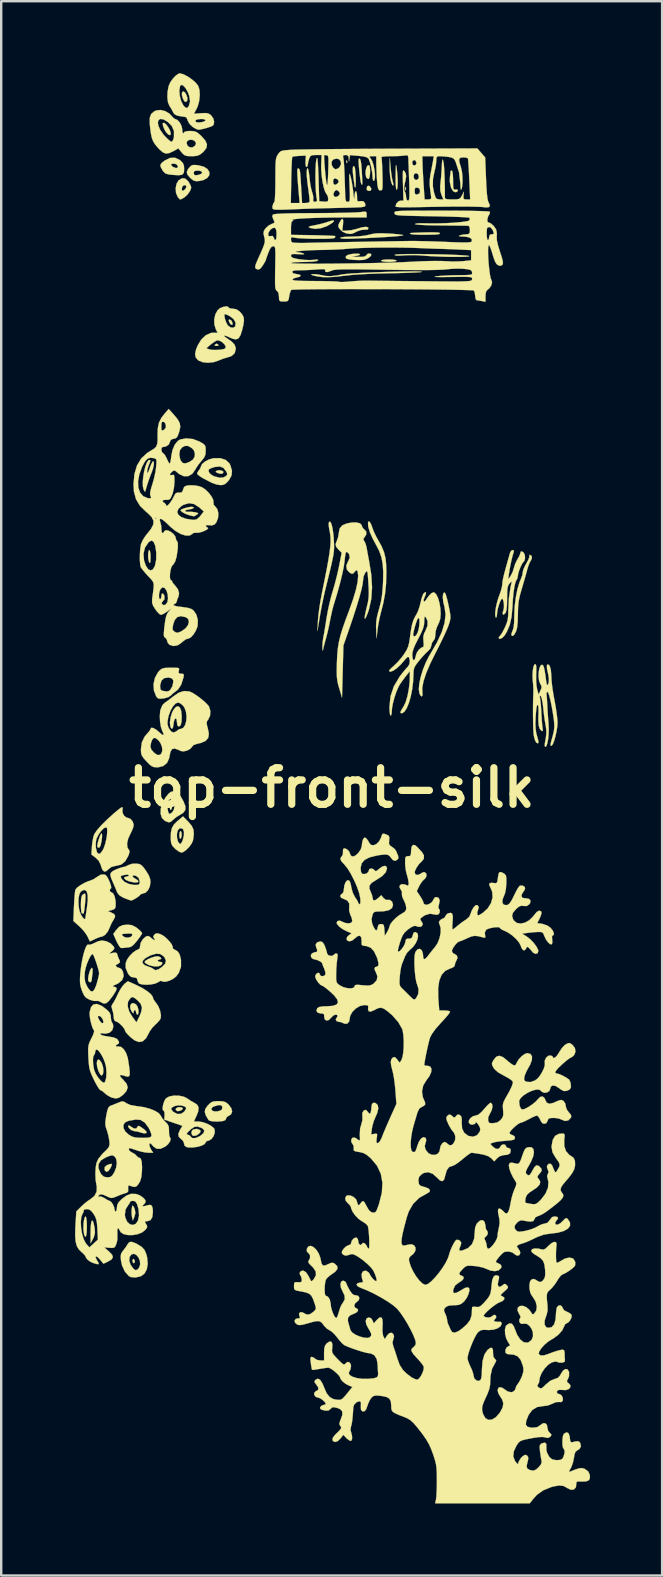
<source format=kicad_pcb>
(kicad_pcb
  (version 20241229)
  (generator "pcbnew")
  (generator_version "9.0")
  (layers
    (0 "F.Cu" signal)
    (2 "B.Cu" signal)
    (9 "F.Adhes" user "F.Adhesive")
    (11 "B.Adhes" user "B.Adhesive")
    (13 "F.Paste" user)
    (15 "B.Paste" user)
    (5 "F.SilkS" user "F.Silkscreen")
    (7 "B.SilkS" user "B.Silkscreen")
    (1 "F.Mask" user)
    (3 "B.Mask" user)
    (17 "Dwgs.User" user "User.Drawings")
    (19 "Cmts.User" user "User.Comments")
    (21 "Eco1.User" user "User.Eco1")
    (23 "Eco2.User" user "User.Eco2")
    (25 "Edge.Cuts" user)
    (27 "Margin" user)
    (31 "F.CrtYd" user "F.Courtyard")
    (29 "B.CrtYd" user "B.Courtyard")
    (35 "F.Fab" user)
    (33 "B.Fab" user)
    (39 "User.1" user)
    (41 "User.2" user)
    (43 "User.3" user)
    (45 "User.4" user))
  (footprint "top-front-silk"
    (layer "F.Cu")
    (at 10.768 29.755)
    (property "Reference" "top-front-silk" (at 0 0 0) (layer "F.SilkS") (effects (font (size 1.524 1.524) (thickness 0.3))))
    (attr through_hole)
    (fp_poly (pts (xy 0.634 -26.109) (xy 0.64 -26.031) (xy 0.63 -26.014) (xy 0.607 -26.028) (xy 0.604 -26.079) (xy 0.616 -26.133) (xy 0.634 -26.109)) (stroke (width 0.01) (type solid)) (fill yes) (layer "F.SilkS"))
    (fp_poly (pts (xy 3.083 -25.012) (xy 3.09 -24.91) (xy 3.083 -24.887) (xy 3.065 -24.881) (xy 3.058 -24.95) (xy 3.066 -25.021) (xy 3.083 -25.012)) (stroke (width 0.01) (type solid)) (fill yes) (layer "F.SilkS"))
    (fp_poly (pts (xy -8.204 19.697) (xy -8.2 19.728) (xy -8.228 19.793) (xy -8.25 19.8) (xy -8.29 19.758) (xy -8.3 19.697) (xy -8.281 19.628) (xy -8.25 19.625) (xy -8.204 19.697)) (stroke (width 0.01) (type solid)) (fill yes) (layer "F.SilkS"))
    (fp_poly (pts (xy -4.74 -18.46) (xy -4.715 -18.415) (xy -4.776 -18.4) (xy -4.8 -18.4) (xy -4.879 -18.41) (xy -4.871 -18.448) (xy -4.86 -18.46) (xy -4.792 -18.494) (xy -4.74 -18.46)) (stroke (width 0.01) (type solid)) (fill yes) (layer "F.SilkS"))
    (fp_poly (pts (xy 1.583 -25.043) (xy 1.644 -24.955) (xy 1.63 -24.88) (xy 1.55 -24.85) (xy 1.466 -24.886) (xy 1.45 -24.942) (xy 1.473 -25.05) (xy 1.534 -25.072) (xy 1.583 -25.043)) (stroke (width 0.01) (type solid)) (fill yes) (layer "F.SilkS"))
    (fp_poly (pts (xy -4.19 -19.463) (xy -4.143 -19.382) (xy -4.131 -19.303) (xy -4.147 -19.277) (xy -4.204 -19.291) (xy -4.247 -19.345) (xy -4.294 -19.451) (xy -4.283 -19.495) (xy -4.252 -19.5) (xy -4.19 -19.463)) (stroke (width 0.01) (type solid)) (fill yes) (layer "F.SilkS"))
    (fp_poly (pts (xy -6.665 0.643) (xy -6.65 0.747) (xy -6.665 0.863) (xy -6.7 0.925) (xy -6.734 0.904) (xy -6.75 0.802) (xy -6.75 0.778) (xy -6.738 0.661) (xy -6.707 0.602) (xy -6.7 0.6) (xy -6.665 0.643)) (stroke (width 0.01) (type solid)) (fill yes) (layer "F.SilkS"))
    (fp_poly (pts (xy -6.265 1.843) (xy -6.25 1.947) (xy -6.265 2.063) (xy -6.3 2.125) (xy -6.334 2.104) (xy -6.35 2.002) (xy -6.35 1.978) (xy -6.338 1.861) (xy -6.307 1.802) (xy -6.3 1.8) (xy -6.265 1.843)) (stroke (width 0.01) (type solid)) (fill yes) (layer "F.SilkS"))
    (fp_poly (pts (xy -4.597 -13.212) (xy -4.524 -13.174) (xy -4.514 -13.134) (xy -4.569 -13.074) (xy -4.682 -13.083) (xy -4.75 -13.107) (xy -4.831 -13.148) (xy -4.826 -13.182) (xy -4.796 -13.201) (xy -4.701 -13.224) (xy -4.597 -13.212)) (stroke (width 0.01) (type solid)) (fill yes) (layer "F.SilkS"))
    (fp_poly (pts (xy -9.156 15.689) (xy -9.189 15.779) (xy -9.226 15.852) (xy -9.31 15.965) (xy -9.39 15.995) (xy -9.451 15.938) (xy -9.464 15.902) (xy -9.458 15.797) (xy -9.367 15.718) (xy -9.262 15.678) (xy -9.179 15.66) (xy -9.156 15.689)) (stroke (width 0.01) (type solid)) (fill yes) (layer "F.SilkS"))
    (fp_poly (pts (xy -6.245 13.314) (xy -6.2 13.348) (xy -6.2 13.348) (xy -6.242 13.411) (xy -6.334 13.459) (xy -6.429 13.467) (xy -6.438 13.464) (xy -6.502 13.412) (xy -6.488 13.35) (xy -6.409 13.307) (xy -6.35 13.3) (xy -6.245 13.314)) (stroke (width 0.01) (type solid)) (fill yes) (layer "F.SilkS"))
    (fp_poly (pts (xy -5.502 14.248) (xy -5.459 14.292) (xy -5.485 14.353) (xy -5.522 14.397) (xy -5.637 14.48) (xy -5.754 14.498) (xy -5.817 14.467) (xy -5.85 14.375) (xy -5.823 14.276) (xy -5.771 14.23) (xy -5.619 14.204) (xy -5.502 14.248)) (stroke (width 0.01) (type solid)) (fill yes) (layer "F.SilkS"))
    (fp_poly (pts (xy -9.96 18.03) (xy -9.921 18.125) (xy -9.881 18.317) (xy -9.874 18.362) (xy -9.865 18.549) (xy -9.909 18.711) (xy -9.943 18.781) (xy -10.046 18.975) (xy -10.047 18.55) (xy -10.041 18.291) (xy -10.022 18.116) (xy -9.994 18.028) (xy -9.96 18.03)) (stroke (width 0.01) (type solid)) (fill yes) (layer "F.SilkS"))
    (fp_poly (pts (xy -8.255 17.442) (xy -8.21 17.544) (xy -8.206 17.554) (xy -8.179 17.71) (xy -8.22 17.866) (xy -8.287 18.025) (xy -8.318 17.9) (xy -8.335 17.778) (xy -8.338 17.634) (xy -8.328 17.502) (xy -8.308 17.416) (xy -8.292 17.4) (xy -8.255 17.442)) (stroke (width 0.01) (type solid)) (fill yes) (layer "F.SilkS"))
    (fp_poly (pts (xy -7.573 -9.855) (xy -7.554 -9.738) (xy -7.55 -9.625) (xy -7.554 -9.448) (xy -7.567 -9.364) (xy -7.592 -9.369) (xy -7.62 -9.429) (xy -7.643 -9.539) (xy -7.65 -9.675) (xy -7.641 -9.802) (xy -7.618 -9.886) (xy -7.6 -9.9) (xy -7.573 -9.855)) (stroke (width 0.01) (type solid)) (fill yes) (layer "F.SilkS"))
    (fp_poly (pts (xy -6.115 -28.957) (xy -6.054 -28.854) (xy -6.015 -28.732) (xy -6.017 -28.629) (xy -6.018 -28.626) (xy -6.071 -28.556) (xy -6.135 -28.583) (xy -6.192 -28.677) (xy -6.241 -28.829) (xy -6.242 -28.943) (xy -6.196 -28.998) (xy -6.181 -29) (xy -6.115 -28.957)) (stroke (width 0.01) (type solid)) (fill yes) (layer "F.SilkS"))
    (fp_poly (pts (xy 2.545 -21.993) (xy 2.661 -21.974) (xy 2.7 -21.95) (xy 2.654 -21.924) (xy 2.532 -21.906) (xy 2.375 -21.9) (xy 2.205 -21.907) (xy 2.089 -21.926) (xy 2.05 -21.95) (xy 2.096 -21.976) (xy 2.218 -21.994) (xy 2.375 -22) (xy 2.545 -21.993)) (stroke (width 0.01) (type solid)) (fill yes) (layer "F.SilkS"))
    (fp_poly (pts (xy -10.226 17.908) (xy -10.208 18.045) (xy -10.2 18.256) (xy -10.2 18.275) (xy -10.207 18.494) (xy -10.225 18.639) (xy -10.253 18.701) (xy -10.288 18.675) (xy -10.318 18.587) (xy -10.347 18.371) (xy -10.336 18.118) (xy -10.319 18.006) (xy -10.284 17.882) (xy -10.253 17.851) (xy -10.226 17.908)) (stroke (width 0.01) (type solid)) (fill yes) (layer "F.SilkS"))
    (fp_poly (pts (xy -9.569 1.944) (xy -9.569 2.057) (xy -9.588 2.21) (xy -9.622 2.376) (xy -9.632 2.413) (xy -9.681 2.489) (xy -9.743 2.489) (xy -9.765 2.462) (xy -9.767 2.392) (xy -9.741 2.269) (xy -9.699 2.126) (xy -9.651 1.997) (xy -9.608 1.914) (xy -9.589 1.9) (xy -9.569 1.944)) (stroke (width 0.01) (type solid)) (fill yes) (layer "F.SilkS"))
    (fp_poly (pts (xy -6.973 -27.685) (xy -6.895 -27.618) (xy -6.813 -27.509) (xy -6.745 -27.385) (xy -6.709 -27.271) (xy -6.709 -27.22) (xy -6.732 -27.175) (xy -6.788 -27.193) (xy -6.834 -27.224) (xy -6.909 -27.307) (xy -6.978 -27.43) (xy -7.028 -27.558) (xy -7.042 -27.657) (xy -7.031 -27.685) (xy -6.973 -27.685)) (stroke (width 0.01) (type solid)) (fill yes) (layer "F.SilkS"))
    (fp_poly (pts (xy 1.551 -25.925) (xy 1.581 -25.861) (xy 1.594 -25.739) (xy 1.593 -25.595) (xy 1.577 -25.46) (xy 1.549 -25.369) (xy 1.525 -25.35) (xy 1.453 -25.39) (xy 1.43 -25.429) (xy 1.405 -25.558) (xy 1.41 -25.7) (xy 1.44 -25.827) (xy 1.487 -25.912) (xy 1.545 -25.928) (xy 1.551 -25.925)) (stroke (width 0.01) (type solid)) (fill yes) (layer "F.SilkS"))
    (fp_poly (pts (xy 2.451 -25.8) (xy 2.475 -25.586) (xy 2.504 -25.395) (xy 2.534 -25.261) (xy 2.542 -25.239) (xy 2.568 -25.134) (xy 2.552 -25.076) (xy 2.518 -25.105) (xy 2.479 -25.206) (xy 2.454 -25.302) (xy 2.426 -25.494) (xy 2.409 -25.726) (xy 2.407 -25.89) (xy 2.415 -26.225) (xy 2.451 -25.8)) (stroke (width 0.01) (type solid)) (fill yes) (layer "F.SilkS"))
    (fp_poly (pts (xy -9.96 7.547) (xy -9.962 7.685) (xy -9.968 7.732) (xy -9.987 7.886) (xy -9.999 8.003) (xy -10 8.032) (xy -10.04 8.092) (xy -10.075 8.1) (xy -10.136 8.057) (xy -10.15 7.987) (xy -10.135 7.846) (xy -10.099 7.696) (xy -10.052 7.572) (xy -10.004 7.504) (xy -9.991 7.5) (xy -9.96 7.547)) (stroke (width 0.01) (type solid)) (fill yes) (layer "F.SilkS"))
    (fp_poly (pts (xy -9.662 11.345) (xy -9.586 11.459) (xy -9.579 11.475) (xy -9.528 11.629) (xy -9.511 11.787) (xy -9.528 11.916) (xy -9.579 11.985) (xy -9.582 11.986) (xy -9.632 11.955) (xy -9.693 11.855) (xy -9.724 11.784) (xy -9.775 11.606) (xy -9.788 11.46) (xy -9.77 11.359) (xy -9.726 11.316) (xy -9.662 11.345)) (stroke (width 0.01) (type solid)) (fill yes) (layer "F.SilkS"))
    (fp_poly (pts (xy 2.684 -25.912) (xy 2.699 -25.822) (xy 2.702 -25.8) (xy 2.727 -25.57) (xy 2.741 -25.344) (xy 2.743 -25.145) (xy 2.734 -24.993) (xy 2.713 -24.91) (xy 2.7 -24.9) (xy 2.678 -24.948) (xy 2.663 -25.086) (xy 2.657 -25.302) (xy 2.657 -25.488) (xy 2.661 -25.726) (xy 2.666 -25.871) (xy 2.673 -25.931) (xy 2.684 -25.912)) (stroke (width 0.01) (type solid)) (fill yes) (layer "F.SilkS"))
    (fp_poly (pts (xy -10.27 4.413) (xy -10.26 4.473) (xy -10.261 4.6) (xy -10.271 4.765) (xy -10.288 4.941) (xy -10.308 5.099) (xy -10.33 5.211) (xy -10.348 5.25) (xy -10.413 5.22) (xy -10.417 5.217) (xy -10.434 5.153) (xy -10.446 5.019) (xy -10.45 4.848) (xy -10.441 4.634) (xy -10.412 4.504) (xy -10.374 4.449) (xy -10.3 4.409) (xy -10.27 4.413)) (stroke (width 0.01) (type solid)) (fill yes) (layer "F.SilkS"))
    (fp_poly (pts (xy 0.083 -23.583) (xy 0.021 -23.523) (xy -0.202 -23.388) (xy -0.45 -23.303) (xy -0.691 -23.274) (xy -0.894 -23.31) (xy -0.9 -23.312) (xy -0.956 -23.341) (xy -0.954 -23.365) (xy -0.882 -23.39) (xy -0.727 -23.422) (xy -0.675 -23.433) (xy -0.465 -23.479) (xy -0.264 -23.533) (xy -0.131 -23.577) (xy 0.011 -23.623) (xy 0.086 -23.623) (xy 0.083 -23.583)) (stroke (width 0.01) (type solid)) (fill yes) (layer "F.SilkS"))
    (fp_poly (pts (xy 0.928 -25.879) (xy 0.95 -25.85) (xy 0.967 -25.779) (xy 0.982 -25.645) (xy 0.992 -25.476) (xy 0.997 -25.299) (xy 0.996 -25.142) (xy 0.989 -25.034) (xy 0.977 -25) (xy 0.95 -25.021) (xy 0.944 -25.078) (xy 0.927 -25.207) (xy 0.903 -25.384) (xy 0.897 -25.422) (xy 0.874 -25.643) (xy 0.872 -25.799) (xy 0.891 -25.881) (xy 0.928 -25.879)) (stroke (width 0.01) (type solid)) (fill yes) (layer "F.SilkS"))
    (fp_poly (pts (xy 1.197 -26.138) (xy 1.223 -25.993) (xy 1.244 -25.759) (xy 1.251 -25.634) (xy 1.265 -25.388) (xy 1.271 -25.229) (xy 1.269 -25.141) (xy 1.259 -25.112) (xy 1.24 -25.127) (xy 1.227 -25.147) (xy 1.206 -25.22) (xy 1.183 -25.361) (xy 1.16 -25.545) (xy 1.139 -25.744) (xy 1.123 -25.933) (xy 1.116 -26.086) (xy 1.118 -26.177) (xy 1.123 -26.189) (xy 1.164 -26.201) (xy 1.197 -26.138)) (stroke (width 0.01) (type solid)) (fill yes) (layer "F.SilkS"))
    (fp_poly (pts (xy -8.162 9.015) (xy -8.148 9.027) (xy -8.091 9.115) (xy -8.057 9.235) (xy -8.048 9.353) (xy -8.07 9.434) (xy -8.1 9.45) (xy -8.141 9.408) (xy -8.15 9.35) (xy -8.174 9.267) (xy -8.22 9.256) (xy -8.251 9.32) (xy -8.252 9.338) (xy -8.259 9.394) (xy -8.293 9.371) (xy -8.327 9.328) (xy -8.392 9.196) (xy -8.396 9.077) (xy -8.351 8.994) (xy -8.269 8.966) (xy -8.162 9.015)) (stroke (width 0.01) (type solid)) (fill yes) (layer "F.SilkS"))
    (fp_poly (pts (xy 4.359 -23.126) (xy 4.473 -23.113) (xy 4.5 -23.098) (xy 4.494 -23.073) (xy 4.464 -23.055) (xy 4.396 -23.044) (xy 4.273 -23.036) (xy 4.081 -23.032) (xy 3.833 -23.029) (xy 3.617 -23.031) (xy 3.436 -23.039) (xy 3.316 -23.052) (xy 3.283 -23.061) (xy 3.257 -23.079) (xy 3.252 -23.091) (xy 3.282 -23.1) (xy 3.361 -23.108) (xy 3.503 -23.114) (xy 3.721 -23.121) (xy 3.913 -23.127) (xy 4.167 -23.131) (xy 4.359 -23.126)) (stroke (width 0.01) (type solid)) (fill yes) (layer "F.SilkS"))
    (fp_poly (pts (xy -8.401 14.084) (xy -8.359 14.117) (xy -8.243 14.187) (xy -8.145 14.189) (xy -8.092 14.123) (xy -8.091 14.121) (xy -8.068 14.08) (xy -8.013 14.091) (xy -7.904 14.159) (xy -7.791 14.246) (xy -7.72 14.322) (xy -7.712 14.338) (xy -7.732 14.385) (xy -7.819 14.393) (xy -7.946 14.362) (xy -7.975 14.35) (xy -8.105 14.315) (xy -8.205 14.304) (xy -8.338 14.264) (xy -8.425 14.2) (xy -8.484 14.107) (xy -8.471 14.062) (xy -8.401 14.084)) (stroke (width 0.01) (type solid)) (fill yes) (layer "F.SilkS"))
    (fp_poly (pts (xy 5.025 -25.653) (xy 5.042 -25.525) (xy 5.05 -25.334) (xy 5.05 -25.294) (xy 5.052 -25.094) (xy 5.06 -24.976) (xy 5.08 -24.92) (xy 5.116 -24.908) (xy 5.15 -24.914) (xy 5.234 -24.91) (xy 5.25 -24.87) (xy 5.208 -24.814) (xy 5.147 -24.8) (xy 5.054 -24.842) (xy 4.973 -24.973) (xy 4.968 -24.985) (xy 4.913 -25.229) (xy 4.919 -25.422) (xy 4.936 -25.568) (xy 4.946 -25.666) (xy 4.949 -25.688) (xy 4.989 -25.7) (xy 5 -25.7) (xy 5.025 -25.653)) (stroke (width 0.01) (type solid)) (fill yes) (layer "F.SilkS"))
    (fp_poly (pts (xy -7.224 7.021) (xy -7.131 7.064) (xy -7.101 7.114) (xy -7.144 7.147) (xy -7.175 7.15) (xy -7.242 7.177) (xy -7.25 7.2) (xy -7.208 7.241) (xy -7.15 7.25) (xy -7.063 7.272) (xy -7.066 7.336) (xy -7.11 7.39) (xy -7.22 7.438) (xy -7.385 7.442) (xy -7.572 7.401) (xy -7.638 7.375) (xy -7.745 7.316) (xy -7.799 7.263) (xy -7.8 7.257) (xy -7.756 7.199) (xy -7.647 7.132) (xy -7.503 7.072) (xy -7.358 7.029) (xy -7.242 7.018) (xy -7.224 7.021)) (stroke (width 0.01) (type solid)) (fill yes) (layer "F.SilkS"))
    (fp_poly (pts (xy -6.325 -3.339) (xy -6.272 -3.199) (xy -6.25 -2.982) (xy -6.25 -2.957) (xy -6.26 -2.74) (xy -6.293 -2.609) (xy -6.352 -2.554) (xy -6.38 -2.55) (xy -6.433 -2.596) (xy -6.45 -2.729) (xy -6.465 -2.854) (xy -6.502 -2.892) (xy -6.545 -2.851) (xy -6.58 -2.74) (xy -6.59 -2.659) (xy -6.614 -2.514) (xy -6.652 -2.455) (xy -6.697 -2.485) (xy -6.727 -2.555) (xy -6.743 -2.718) (xy -6.716 -2.923) (xy -6.654 -3.127) (xy -6.599 -3.239) (xy -6.496 -3.365) (xy -6.402 -3.396) (xy -6.325 -3.339)) (stroke (width 0.01) (type solid)) (fill yes) (layer "F.SilkS"))
    (fp_poly (pts (xy 2.354 -23.08) (xy 2.426 -23.076) (xy 2.65 -23.059) (xy 2.828 -23.041) (xy 2.942 -23.023) (xy 2.974 -23.007) (xy 2.911 -22.992) (xy 2.758 -22.973) (xy 2.522 -22.953) (xy 2.213 -22.932) (xy 1.84 -22.911) (xy 1.412 -22.889) (xy 0.988 -22.871) (xy 0.685 -22.862) (xy 0.481 -22.865) (xy 0.371 -22.88) (xy 0.35 -22.897) (xy 0.398 -22.924) (xy 0.537 -22.942) (xy 0.756 -22.95) (xy 0.809 -22.95) (xy 1.1 -22.961) (xy 1.372 -22.992) (xy 1.557 -23.031) (xy 1.717 -23.068) (xy 1.884 -23.088) (xy 2.086 -23.091) (xy 2.354 -23.08)) (stroke (width 0.01) (type solid)) (fill yes) (layer "F.SilkS"))
    (fp_poly (pts (xy -5.756 -11.685) (xy -5.753 -11.652) (xy -5.816 -11.616) (xy -5.93 -11.591) (xy -5.938 -11.591) (xy -6.054 -11.569) (xy -6.11 -11.535) (xy -6.11 -11.525) (xy -6.056 -11.492) (xy -5.991 -11.492) (xy -5.871 -11.494) (xy -5.719 -11.477) (xy -5.706 -11.475) (xy -5.593 -11.45) (xy -5.565 -11.423) (xy -5.61 -11.38) (xy -5.623 -11.371) (xy -5.708 -11.318) (xy -5.747 -11.305) (xy -5.811 -11.319) (xy -5.925 -11.347) (xy -6.068 -11.395) (xy -6.198 -11.461) (xy -6.283 -11.527) (xy -6.3 -11.56) (xy -6.257 -11.594) (xy -6.15 -11.635) (xy -6.015 -11.673) (xy -5.886 -11.696) (xy -5.838 -11.7) (xy -5.756 -11.685)) (stroke (width 0.01) (type solid)) (fill yes) (layer "F.SilkS"))
    (fp_poly (pts (xy 0.474 -23.623) (xy 0.467 -23.464) (xy 0.466 -23.45) (xy 0.436 -23.2) (xy 0.631 -23.201) (xy 0.812 -23.219) (xy 1.001 -23.263) (xy 1.025 -23.271) (xy 1.253 -23.337) (xy 1.417 -23.36) (xy 1.509 -23.336) (xy 1.525 -23.3) (xy 1.493 -23.247) (xy 1.386 -23.239) (xy 1.368 -23.241) (xy 1.211 -23.225) (xy 1.037 -23.163) (xy 1.019 -23.153) (xy 0.889 -23.087) (xy 0.795 -23.062) (xy 0.688 -23.071) (xy 0.58 -23.093) (xy 0.446 -23.157) (xy 0.338 -23.256) (xy 0.276 -23.352) (xy 0.271 -23.429) (xy 0.32 -23.54) (xy 0.322 -23.543) (xy 0.398 -23.665) (xy 0.45 -23.691) (xy 0.474 -23.623)) (stroke (width 0.01) (type solid)) (fill yes) (layer "F.SilkS"))
    (fp_poly (pts (xy -6.106 -25.37) (xy -5.983 -25.259) (xy -5.936 -25.186) (xy -5.872 -25.064) (xy -5.855 -24.983) (xy -5.886 -24.894) (xy -5.924 -24.82) (xy -6.019 -24.693) (xy -6.145 -24.581) (xy -6.268 -24.511) (xy -6.32 -24.5) (xy -6.363 -24.536) (xy -6.422 -24.611) (xy -6.489 -24.775) (xy -6.5 -24.949) (xy -6.249 -24.949) (xy -6.239 -24.879) (xy -6.192 -24.861) (xy -6.191 -24.861) (xy -6.116 -24.917) (xy -6.08 -24.963) (xy -6.054 -25.055) (xy -6.105 -25.095) (xy -6.173 -25.083) (xy -6.226 -25.03) (xy -6.249 -24.949) (xy -6.5 -24.949) (xy -6.502 -24.971) (xy -6.464 -25.158) (xy -6.38 -25.295) (xy -6.238 -25.383) (xy -6.106 -25.37)) (stroke (width 0.01) (type solid)) (fill yes) (layer "F.SilkS"))
    (fp_poly (pts (xy 1.635 -22.229) (xy 1.642 -22.178) (xy 1.591 -22.111) (xy 1.498 -22.045) (xy 1.377 -21.995) (xy 1.294 -21.98) (xy 1.139 -21.974) (xy 0.948 -21.98) (xy 0.875 -21.985) (xy 0.692 -22.008) (xy 0.596 -22.044) (xy 0.576 -22.098) (xy 0.597 -22.146) (xy 0.674 -22.192) (xy 0.827 -22.227) (xy 0.933 -22.239) (xy 1.101 -22.241) (xy 1.176 -22.22) (xy 1.159 -22.188) (xy 1.049 -22.154) (xy 0.925 -22.137) (xy 0.852 -22.126) (xy 0.879 -22.117) (xy 1.005 -22.11) (xy 1.064 -22.108) (xy 1.258 -22.109) (xy 1.372 -22.126) (xy 1.425 -22.162) (xy 1.432 -22.175) (xy 1.5 -22.238) (xy 1.555 -22.25) (xy 1.635 -22.229)) (stroke (width 0.01) (type solid)) (fill yes) (layer "F.SilkS"))
    (fp_poly (pts (xy -6.342 -26.15) (xy -6.304 -26.121) (xy -6.2 -26.014) (xy -6.157 -25.896) (xy -6.15 -25.776) (xy -6.156 -25.65) (xy -6.187 -25.568) (xy -6.256 -25.523) (xy -6.382 -25.508) (xy -6.579 -25.519) (xy -6.765 -25.537) (xy -6.917 -25.574) (xy -7.02 -25.667) (xy -7.052 -25.716) (xy -7.127 -25.855) (xy -7.134 -25.932) (xy -6.695 -25.932) (xy -6.625 -25.862) (xy -6.612 -25.854) (xy -6.491 -25.806) (xy -6.419 -25.823) (xy -6.409 -25.887) (xy -6.47 -25.962) (xy -6.563 -25.991) (xy -6.672 -25.982) (xy -6.695 -25.932) (xy -7.134 -25.932) (xy -7.135 -25.95) (xy -7.07 -26.035) (xy -6.96 -26.118) (xy -6.74 -26.227) (xy -6.535 -26.238) (xy -6.342 -26.15)) (stroke (width 0.01) (type solid)) (fill yes) (layer "F.SilkS"))
    (fp_poly (pts (xy 3.606 -22.225) (xy 3.939 -22.222) (xy 4.281 -22.217) (xy 4.619 -22.209) (xy 4.938 -22.199) (xy 5.221 -22.187) (xy 5.456 -22.174) (xy 5.625 -22.16) (xy 5.716 -22.145) (xy 5.725 -22.14) (xy 5.696 -22.125) (xy 5.584 -22.114) (xy 5.406 -22.108) (xy 5.177 -22.107) (xy 4.915 -22.109) (xy 4.636 -22.116) (xy 4.357 -22.126) (xy 4.094 -22.139) (xy 3.864 -22.156) (xy 3.8 -22.162) (xy 3.555 -22.178) (xy 3.272 -22.181) (xy 3.011 -22.171) (xy 3.006 -22.17) (xy 2.787 -22.159) (xy 2.66 -22.163) (xy 2.618 -22.185) (xy 2.621 -22.194) (xy 2.678 -22.207) (xy 2.82 -22.217) (xy 3.032 -22.223) (xy 3.299 -22.226) (xy 3.606 -22.225)) (stroke (width 0.01) (type solid)) (fill yes) (layer "F.SilkS"))
    (fp_poly (pts (xy -5.555 -25.921) (xy -5.326 -25.861) (xy -5.174 -25.761) (xy -5.099 -25.639) (xy -5.102 -25.512) (xy -5.184 -25.395) (xy -5.348 -25.306) (xy -5.505 -25.27) (xy -5.656 -25.259) (xy -5.76 -25.287) (xy -5.87 -25.372) (xy -5.889 -25.39) (xy -6.008 -25.523) (xy -6.031 -25.6) (xy -5.75 -25.6) (xy -5.731 -25.525) (xy -5.659 -25.504) (xy -5.517 -25.53) (xy -5.513 -25.532) (xy -5.414 -25.582) (xy -5.403 -25.64) (xy -5.472 -25.687) (xy -5.575 -25.7) (xy -5.696 -25.689) (xy -5.744 -25.645) (xy -5.75 -25.6) (xy -6.031 -25.6) (xy -6.042 -25.635) (xy -5.993 -25.754) (xy -5.937 -25.826) (xy -5.863 -25.901) (xy -5.787 -25.934) (xy -5.674 -25.935) (xy -5.555 -25.921)) (stroke (width 0.01) (type solid)) (fill yes) (layer "F.SilkS"))
    (fp_poly (pts (xy -7.562 -13.645) (xy -7.556 -13.614) (xy -7.584 -13.533) (xy -7.628 -13.426) (xy -7.675 -13.279) (xy -7.692 -13.151) (xy -7.69 -13.132) (xy -7.67 -13.106) (xy -7.63 -13.177) (xy -7.583 -13.312) (xy -7.526 -13.464) (xy -7.472 -13.569) (xy -7.439 -13.6) (xy -7.41 -13.558) (xy -7.413 -13.449) (xy -7.443 -13.301) (xy -7.497 -13.14) (xy -7.519 -13.09) (xy -7.572 -12.957) (xy -7.638 -12.769) (xy -7.703 -12.568) (xy -7.754 -12.395) (xy -7.769 -12.332) (xy -7.793 -12.339) (xy -7.837 -12.416) (xy -7.837 -12.417) (xy -7.868 -12.551) (xy -7.872 -12.735) (xy -7.853 -12.948) (xy -7.817 -13.166) (xy -7.766 -13.368) (xy -7.706 -13.53) (xy -7.642 -13.629) (xy -7.599 -13.65) (xy -7.562 -13.645)) (stroke (width 0.01) (type solid)) (fill yes) (layer "F.SilkS"))
    (fp_poly (pts (xy -6.49 0.171) (xy -6.388 0.243) (xy -6.283 0.381) (xy -6.178 0.565) (xy -6.097 0.768) (xy -6.1 0.925) (xy -6.191 1.048) (xy -6.316 1.124) (xy -6.467 1.215) (xy -6.598 1.323) (xy -6.603 1.328) (xy -6.705 1.42) (xy -6.797 1.44) (xy -6.919 1.394) (xy -6.956 1.375) (xy -7.075 1.257) (xy -7.131 1.082) (xy -7.124 0.869) (xy -7.098 0.782) (xy -6.849 0.782) (xy -6.824 0.968) (xy -6.818 0.988) (xy -6.783 1.079) (xy -6.732 1.087) (xy -6.641 1.017) (xy -6.576 0.905) (xy -6.551 0.753) (xy -6.567 0.603) (xy -6.625 0.5) (xy -6.716 0.466) (xy -6.788 0.513) (xy -6.835 0.624) (xy -6.849 0.782) (xy -7.098 0.782) (xy -7.054 0.635) (xy -6.923 0.4) (xy -6.914 0.388) (xy -6.796 0.243) (xy -6.699 0.169) (xy -6.603 0.15) (xy -6.49 0.171)) (stroke (width 0.01) (type solid)) (fill yes) (layer "F.SilkS"))
    (fp_poly (pts (xy 1.584 -11.065) (xy 1.643 -10.957) (xy 1.683 -10.842) (xy 1.746 -10.673) (xy 1.841 -10.472) (xy 1.923 -10.325) (xy 2.072 -10.057) (xy 2.173 -9.814) (xy 2.235 -9.565) (xy 2.265 -9.279) (xy 2.272 -8.95) (xy 2.259 -8.492) (xy 2.218 -8.087) (xy 2.145 -7.691) (xy 2.056 -7.344) (xy 1.994 -7.094) (xy 1.939 -6.817) (xy 1.906 -6.594) (xy 1.863 -6.225) (xy 1.849 -6.5) (xy 1.842 -6.726) (xy 1.85 -6.914) (xy 1.878 -7.098) (xy 1.931 -7.316) (xy 1.983 -7.5) (xy 2.05 -7.767) (xy 2.095 -8.05) (xy 2.124 -8.382) (xy 2.134 -8.575) (xy 2.141 -8.984) (xy 2.119 -9.319) (xy 2.065 -9.602) (xy 1.975 -9.857) (xy 1.876 -10.052) (xy 1.702 -10.377) (xy 1.586 -10.639) (xy 1.522 -10.852) (xy 1.512 -10.915) (xy 1.508 -11.049) (xy 1.535 -11.097) (xy 1.584 -11.065)) (stroke (width 0.01) (type solid)) (fill yes) (layer "F.SilkS"))
    (fp_poly (pts (xy -5.973 1.419) (xy -5.835 1.583) (xy -5.761 1.743) (xy -5.745 1.931) (xy -5.778 2.177) (xy -5.781 2.194) (xy -5.837 2.323) (xy -5.94 2.465) (xy -6.067 2.593) (xy -6.19 2.679) (xy -6.262 2.7) (xy -6.35 2.668) (xy -6.471 2.586) (xy -6.527 2.538) (xy -6.636 2.423) (xy -6.689 2.314) (xy -6.707 2.163) (xy -6.708 2.123) (xy -6.703 1.928) (xy -6.45 1.928) (xy -6.446 2.091) (xy -6.406 2.238) (xy -6.398 2.253) (xy -6.336 2.336) (xy -6.282 2.327) (xy -6.225 2.223) (xy -6.21 2.184) (xy -6.16 1.987) (xy -6.158 1.827) (xy -6.199 1.72) (xy -6.279 1.681) (xy -6.358 1.704) (xy -6.419 1.787) (xy -6.45 1.928) (xy -6.703 1.928) (xy -6.701 1.87) (xy -6.663 1.685) (xy -6.581 1.538) (xy -6.444 1.399) (xy -6.421 1.38) (xy -6.197 1.192) (xy -5.973 1.419)) (stroke (width 0.01) (type solid)) (fill yes) (layer "F.SilkS"))
    (fp_poly (pts (xy -0.042 -11.047) (xy 0.000034 -10.931) (xy 0.038 -10.755) (xy 0.068 -10.533) (xy 0.083 -10.335) (xy 0.091 -10.189) (xy 0.095 -10.064) (xy 0.093 -9.947) (xy 0.083 -9.824) (xy 0.063 -9.684) (xy 0.03 -9.513) (xy -0.017 -9.297) (xy -0.081 -9.024) (xy -0.165 -8.681) (xy -0.27 -8.255) (xy -0.277 -8.225) (xy -0.346 -7.926) (xy -0.417 -7.583) (xy -0.479 -7.249) (xy -0.505 -7.1) (xy -0.597 -6.525) (xy -0.579 -6.95) (xy -0.562 -7.158) (xy -0.527 -7.432) (xy -0.48 -7.739) (xy -0.423 -8.048) (xy -0.408 -8.125) (xy -0.302 -8.648) (xy -0.216 -9.085) (xy -0.15 -9.447) (xy -0.101 -9.744) (xy -0.07 -9.988) (xy -0.053 -10.19) (xy -0.051 -10.362) (xy -0.062 -10.514) (xy -0.084 -10.657) (xy -0.103 -10.746) (xy -0.128 -10.898) (xy -0.13 -11.018) (xy -0.123 -11.046) (xy -0.084 -11.09) (xy -0.042 -11.047)) (stroke (width 0.01) (type solid)) (fill yes) (layer "F.SilkS"))
    (fp_poly (pts (xy 3.481 -21.503) (xy 3.647 -21.498) (xy 3.735 -21.489) (xy 3.745 -21.481) (xy 3.688 -21.471) (xy 3.546 -21.461) (xy 3.33 -21.451) (xy 3.056 -21.441) (xy 2.735 -21.432) (xy 2.42 -21.426) (xy 1.962 -21.416) (xy 1.529 -21.399) (xy 1.141 -21.379) (xy 0.816 -21.354) (xy 0.575 -21.328) (xy 0.185 -21.281) (xy -0.131 -21.26) (xy -0.395 -21.266) (xy -0.628 -21.299) (xy -0.7 -21.315) (xy -0.825 -21.349) (xy -0.859 -21.372) (xy -0.811 -21.388) (xy -0.806 -21.389) (xy -0.683 -21.389) (xy -0.521 -21.366) (xy -0.471 -21.354) (xy -0.258 -21.313) (xy -0.049 -21.305) (xy 0.189 -21.33) (xy 0.425 -21.375) (xy 0.545 -21.392) (xy 0.738 -21.409) (xy 0.99 -21.427) (xy 1.287 -21.443) (xy 1.615 -21.459) (xy 1.961 -21.472) (xy 2.312 -21.484) (xy 2.652 -21.494) (xy 2.97 -21.5) (xy 3.251 -21.503) (xy 3.481 -21.503)) (stroke (width 0.01) (type solid)) (fill yes) (layer "F.SilkS"))
    (fp_poly (pts (xy 4.714 -8.112) (xy 4.756 -8.017) (xy 4.805 -7.843) (xy 4.864 -7.582) (xy 4.907 -7.368) (xy 4.937 -7.191) (xy 4.94 -7.056) (xy 4.912 -6.918) (xy 4.854 -6.743) (xy 4.791 -6.589) (xy 4.692 -6.37) (xy 4.568 -6.11) (xy 4.429 -5.83) (xy 4.341 -5.659) (xy 4.103 -5.179) (xy 3.929 -4.772) (xy 3.818 -4.435) (xy 3.767 -4.164) (xy 3.772 -3.987) (xy 3.777 -3.853) (xy 3.746 -3.801) (xy 3.694 -3.838) (xy 3.648 -3.931) (xy 3.623 -4.1) (xy 3.642 -4.333) (xy 3.701 -4.61) (xy 3.791 -4.907) (xy 3.909 -5.205) (xy 4.047 -5.48) (xy 4.102 -5.572) (xy 4.382 -6.055) (xy 4.581 -6.487) (xy 4.698 -6.873) (xy 4.736 -7.217) (xy 4.695 -7.523) (xy 4.686 -7.554) (xy 4.64 -7.748) (xy 4.622 -7.926) (xy 4.633 -8.063) (xy 4.673 -8.132) (xy 4.678 -8.134) (xy 4.714 -8.112)) (stroke (width 0.01) (type solid)) (fill yes) (layer "F.SilkS"))
    (fp_poly (pts (xy -4.545 13.058) (xy -4.429 13.091) (xy -4.33 13.164) (xy -4.296 13.196) (xy -4.184 13.348) (xy -4.15 13.488) (xy -4.196 13.599) (xy -4.275 13.65) (xy -4.368 13.709) (xy -4.4 13.768) (xy -4.429 13.837) (xy -4.524 13.878) (xy -4.699 13.898) (xy -4.826 13.9) (xy -4.999 13.888) (xy -5.11 13.857) (xy -5.134 13.838) (xy -5.246 13.645) (xy -5.291 13.501) (xy -5.27 13.379) (xy -5.249 13.348) (xy -5.016 13.348) (xy -4.996 13.429) (xy -4.991 13.436) (xy -4.901 13.478) (xy -4.769 13.478) (xy -4.639 13.441) (xy -4.582 13.402) (xy -4.559 13.322) (xy -4.568 13.274) (xy -4.615 13.22) (xy -4.713 13.217) (xy -4.762 13.227) (xy -4.938 13.281) (xy -5.016 13.348) (xy -5.249 13.348) (xy -5.184 13.253) (xy -5.147 13.213) (xy -5.046 13.116) (xy -4.947 13.068) (xy -4.811 13.051) (xy -4.719 13.05) (xy -4.545 13.058)) (stroke (width 0.01) (type solid)) (fill yes) (layer "F.SilkS"))
    (fp_poly (pts (xy -8.321 5.723) (xy -8.159 5.807) (xy -8.095 5.854) (xy -7.982 5.953) (xy -7.912 6.031) (xy -7.9 6.057) (xy -7.929 6.118) (xy -8.005 6.232) (xy -8.112 6.374) (xy -8.113 6.375) (xy -8.25 6.534) (xy -8.358 6.62) (xy -8.456 6.647) (xy -8.458 6.647) (xy -8.585 6.657) (xy -8.658 6.671) (xy -8.765 6.673) (xy -8.79 6.666) (xy -8.844 6.609) (xy -8.918 6.488) (xy -8.978 6.365) (xy -9.085 6.122) (xy -8.741 6.122) (xy -8.704 6.17) (xy -8.698 6.178) (xy -8.606 6.231) (xy -8.483 6.241) (xy -8.371 6.211) (xy -8.311 6.146) (xy -8.31 6.142) (xy -8.317 6.09) (xy -8.379 6.07) (xy -8.51 6.073) (xy -8.662 6.084) (xy -8.733 6.097) (xy -8.741 6.122) (xy -9.085 6.122) (xy -9.099 6.089) (xy -8.996 5.945) (xy -8.864 5.797) (xy -8.712 5.722) (xy -8.503 5.7) (xy -8.498 5.7) (xy -8.321 5.723)) (stroke (width 0.01) (type solid)) (fill yes) (layer "F.SilkS"))
    (fp_poly (pts (xy -8.223 18.946) (xy -8.108 19.002) (xy -7.919 19.118) (xy -7.799 19.247) (xy -7.724 19.424) (xy -7.69 19.562) (xy -7.666 19.825) (xy -7.705 20.055) (xy -7.801 20.233) (xy -7.948 20.341) (xy -7.96 20.346) (xy -8.176 20.394) (xy -8.358 20.381) (xy -8.452 20.336) (xy -8.619 20.146) (xy -8.736 19.894) (xy -8.779 19.692) (xy -8.78 19.685) (xy -8.437 19.685) (xy -8.387 19.85) (xy -8.367 19.885) (xy -8.258 20.033) (xy -8.171 20.092) (xy -8.093 20.065) (xy -8.025 19.982) (xy -7.981 19.85) (xy -7.993 19.703) (xy -8.049 19.565) (xy -8.135 19.459) (xy -8.239 19.409) (xy -8.338 19.43) (xy -8.419 19.535) (xy -8.437 19.685) (xy -8.78 19.685) (xy -8.793 19.524) (xy -8.778 19.414) (xy -8.725 19.319) (xy -8.688 19.273) (xy -8.589 19.143) (xy -8.511 19.023) (xy -8.506 19.012) (xy -8.441 18.929) (xy -8.354 18.907) (xy -8.223 18.946)) (stroke (width 0.01) (type solid)) (fill yes) (layer "F.SilkS"))
    (fp_poly (pts (xy 8.315 -9.661) (xy 8.334 -9.572) (xy 8.297 -9.473) (xy 8.287 -9.461) (xy 8.235 -9.367) (xy 8.176 -9.214) (xy 8.135 -9.075) (xy 8.087 -8.894) (xy 8.019 -8.656) (xy 7.944 -8.398) (xy 7.904 -8.264) (xy 7.828 -7.993) (xy 7.781 -7.769) (xy 7.758 -7.547) (xy 7.75 -7.28) (xy 7.75 -7.225) (xy 7.741 -6.911) (xy 7.717 -6.672) (xy 7.68 -6.529) (xy 7.604 -6.385) (xy 7.534 -6.32) (xy 7.479 -6.344) (xy 7.479 -6.344) (xy 7.48 -6.416) (xy 7.522 -6.527) (xy 7.525 -6.532) (xy 7.565 -6.658) (xy 7.59 -6.855) (xy 7.599 -7.137) (xy 7.6 -7.203) (xy 7.616 -7.558) (xy 7.661 -7.922) (xy 7.729 -8.264) (xy 7.815 -8.556) (xy 7.881 -8.71) (xy 7.933 -8.854) (xy 7.95 -8.972) (xy 7.976 -9.084) (xy 8.042 -9.237) (xy 8.104 -9.348) (xy 8.181 -9.49) (xy 8.224 -9.602) (xy 8.226 -9.649) (xy 8.229 -9.696) (xy 8.249 -9.7) (xy 8.315 -9.661)) (stroke (width 0.01) (type solid)) (fill yes) (layer "F.SilkS"))
    (fp_poly (pts (xy -4.424 -13.655) (xy -4.27 -13.515) (xy -4.223 -13.428) (xy -4.158 -13.2) (xy -4.175 -13.006) (xy -4.278 -12.818) (xy -4.304 -12.786) (xy -4.416 -12.668) (xy -4.519 -12.614) (xy -4.641 -12.603) (xy -4.798 -12.629) (xy -4.979 -12.692) (xy -5.05 -12.726) (xy -5.196 -12.802) (xy -5.313 -12.863) (xy -5.35 -12.881) (xy -5.447 -12.939) (xy -5.532 -12.999) (xy -5.603 -13.061) (xy -5.607 -13.115) (xy -5.576 -13.16) (xy -5.129 -13.16) (xy -5.056 -13.063) (xy -4.925 -12.981) (xy -4.892 -12.968) (xy -4.681 -12.912) (xy -4.524 -12.92) (xy -4.423 -12.97) (xy -4.361 -13.029) (xy -4.362 -13.095) (xy -4.401 -13.176) (xy -4.514 -13.32) (xy -4.664 -13.379) (xy -4.865 -13.359) (xy -4.889 -13.353) (xy -5.024 -13.308) (xy -5.113 -13.262) (xy -5.126 -13.249) (xy -5.129 -13.16) (xy -5.576 -13.16) (xy -5.546 -13.203) (xy -5.479 -13.306) (xy -5.451 -13.378) (xy -5.404 -13.479) (xy -5.286 -13.582) (xy -5.123 -13.668) (xy -4.941 -13.72) (xy -4.92 -13.724) (xy -4.643 -13.726) (xy -4.424 -13.655)) (stroke (width 0.01) (type solid)) (fill yes) (layer "F.SilkS"))
    (fp_poly (pts (xy -6.512 -4.999) (xy -6.407 -4.99) (xy -6.363 -4.966) (xy -6.36 -4.919) (xy -6.371 -4.875) (xy -6.38 -4.783) (xy -6.327 -4.752) (xy -6.272 -4.75) (xy -6.185 -4.74) (xy -6.161 -4.692) (xy -6.177 -4.593) (xy -6.269 -4.3) (xy -6.399 -4.098) (xy -6.485 -4.026) (xy -6.609 -3.934) (xy -6.7 -3.844) (xy -6.802 -3.776) (xy -6.964 -3.727) (xy -7.007 -3.72) (xy -7.154 -3.706) (xy -7.239 -3.723) (xy -7.297 -3.781) (xy -7.314 -3.806) (xy -7.408 -4.046) (xy -7.419 -4.217) (xy -7.15 -4.217) (xy -7.134 -4.098) (xy -7.072 -4.044) (xy -7.037 -4.035) (xy -6.895 -4.012) (xy -6.812 -4.018) (xy -6.751 -4.057) (xy -6.729 -4.078) (xy -6.638 -4.227) (xy -6.602 -4.409) (xy -6.608 -4.484) (xy -6.659 -4.554) (xy -6.787 -4.588) (xy -6.808 -4.59) (xy -6.98 -4.565) (xy -7.095 -4.46) (xy -7.147 -4.281) (xy -7.15 -4.217) (xy -7.419 -4.217) (xy -7.425 -4.313) (xy -7.366 -4.577) (xy -7.237 -4.81) (xy -7.18 -4.875) (xy -7.101 -4.942) (xy -7.012 -4.98) (xy -6.882 -4.996) (xy -6.697 -5) (xy -6.512 -4.999)) (stroke (width 0.01) (type solid)) (fill yes) (layer "F.SilkS"))
    (fp_poly (pts (xy -8.153 8.209) (xy -7.908 8.331) (xy -7.7 8.461) (xy -7.545 8.586) (xy -7.461 8.695) (xy -7.45 8.738) (xy -7.417 8.826) (xy -7.337 8.937) (xy -7.321 8.954) (xy -7.223 9.1) (xy -7.151 9.286) (xy -7.116 9.473) (xy -7.126 9.604) (xy -7.18 9.69) (xy -7.284 9.804) (xy -7.347 9.861) (xy -7.48 9.999) (xy -7.588 10.154) (xy -7.615 10.208) (xy -7.737 10.433) (xy -7.875 10.56) (xy -8.033 10.589) (xy -8.212 10.521) (xy -8.376 10.394) (xy -8.495 10.277) (xy -8.576 10.184) (xy -8.6 10.14) (xy -8.636 10.049) (xy -8.723 9.932) (xy -8.833 9.822) (xy -8.934 9.751) (xy -8.966 9.74) (xy -9.043 9.707) (xy -9.077 9.619) (xy -9.082 9.55) (xy -9.104 9.381) (xy -9.146 9.231) (xy -9.177 9.111) (xy -9.176 9.107) (xy -8.5 9.107) (xy -8.435 9.323) (xy -8.317 9.522) (xy -8.136 9.768) (xy -8.015 9.53) (xy -7.94 9.343) (xy -7.909 9.177) (xy -7.91 9.139) (xy -7.965 8.988) (xy -8.106 8.839) (xy -8.112 8.834) (xy -8.227 8.746) (xy -8.296 8.715) (xy -8.352 8.735) (xy -8.399 8.774) (xy -8.489 8.919) (xy -8.5 9.107) (xy -9.176 9.107) (xy -9.149 9.027) (xy -9.132 9.006) (xy -9.076 8.921) (xy -8.998 8.775) (xy -8.914 8.6) (xy -8.913 8.597) (xy -8.819 8.415) (xy -8.716 8.259) (xy -8.63 8.163) (xy -8.496 8.057) (xy -8.153 8.209)) (stroke (width 0.01) (type solid)) (fill yes) (layer "F.SilkS"))
    (fp_poly (pts (xy -8.705 0.84) (xy -8.717 0.909) (xy -8.712 1.045) (xy -8.649 1.168) (xy -8.551 1.242) (xy -8.505 1.25) (xy -8.387 1.294) (xy -8.293 1.403) (xy -8.251 1.543) (xy -8.251 1.554) (xy -8.275 1.668) (xy -8.338 1.82) (xy -8.377 1.895) (xy -8.482 2.124) (xy -8.527 2.33) (xy -8.509 2.491) (xy -8.472 2.553) (xy -8.428 2.617) (xy -8.426 2.69) (xy -8.465 2.81) (xy -8.479 2.845) (xy -8.607 3.065) (xy -8.778 3.203) (xy -8.983 3.25) (xy -8.984 3.25) (xy -9.174 3.295) (xy -9.28 3.375) (xy -9.39 3.472) (xy -9.465 3.494) (xy -9.53 3.447) (xy -9.538 3.438) (xy -9.583 3.347) (xy -9.623 3.215) (xy -9.623 3.212) (xy -9.705 3.044) (xy -9.835 2.914) (xy -10.012 2.779) (xy -9.989 2.427) (xy -9.973 2.285) (xy -9.83 2.285) (xy -9.827 2.484) (xy -9.823 2.511) (xy -9.781 2.681) (xy -9.718 2.754) (xy -9.638 2.731) (xy -9.547 2.611) (xy -9.497 2.513) (xy -9.433 2.325) (xy -9.382 2.099) (xy -9.363 1.962) (xy -9.352 1.789) (xy -9.359 1.694) (xy -9.387 1.655) (xy -9.416 1.65) (xy -9.5 1.691) (xy -9.604 1.798) (xy -9.709 1.944) (xy -9.791 2.103) (xy -9.8 2.124) (xy -9.83 2.285) (xy -9.973 2.285) (xy -9.966 2.225) (xy -9.929 2.042) (xy -9.888 1.925) (xy -9.78 1.767) (xy -9.599 1.561) (xy -9.354 1.319) (xy -9.085 1.075) (xy -8.905 0.923) (xy -8.789 0.835) (xy -8.725 0.809) (xy -8.705 0.84)) (stroke (width 0.01) (type solid)) (fill yes) (layer "F.SilkS"))
    (fp_poly (pts (xy -8.026 3.175) (xy -7.938 3.215) (xy -7.853 3.3) (xy -7.744 3.449) (xy -7.743 3.45) (xy -7.625 3.642) (xy -7.565 3.8) (xy -7.551 3.931) (xy -7.58 4.113) (xy -7.655 4.269) (xy -7.761 4.373) (xy -7.851 4.4) (xy -7.951 4.433) (xy -7.985 4.468) (xy -8.044 4.524) (xy -8.148 4.595) (xy -8.26 4.66) (xy -8.344 4.695) (xy -8.36 4.696) (xy -8.414 4.679) (xy -8.45 4.668) (xy -8.688 4.576) (xy -8.843 4.481) (xy -8.933 4.371) (xy -8.95 4.332) (xy -9.009 4.182) (xy -9.083 4.01) (xy -9.099 3.975) (xy -9.186 3.773) (xy -9.208 3.69) (xy -8.79 3.69) (xy -8.777 3.748) (xy -8.75 3.8) (xy -8.638 3.916) (xy -8.459 4.003) (xy -8.243 4.046) (xy -8.188 4.048) (xy -8.065 4.042) (xy -8.012 4.007) (xy -8 3.918) (xy -8 3.902) (xy -8.043 3.758) (xy -8.154 3.668) (xy -8.247 3.65) (xy -8.299 3.672) (xy -8.276 3.724) (xy -8.19 3.784) (xy -8.175 3.791) (xy -8.083 3.849) (xy -8.05 3.899) (xy -8.093 3.941) (xy -8.213 3.945) (xy -8.393 3.91) (xy -8.457 3.892) (xy -8.58 3.837) (xy -8.643 3.774) (xy -8.638 3.722) (xy -8.554 3.7) (xy -8.55 3.7) (xy -8.469 3.677) (xy -8.45 3.646) (xy -8.494 3.615) (xy -8.613 3.627) (xy -8.741 3.657) (xy -8.79 3.69) (xy -9.208 3.69) (xy -9.223 3.637) (xy -9.204 3.545) (xy -9.127 3.475) (xy -9.004 3.411) (xy -8.85 3.348) (xy -8.725 3.308) (xy -8.679 3.3) (xy -8.577 3.274) (xy -8.477 3.222) (xy -8.32 3.166) (xy -8.146 3.159) (xy -8.026 3.175)) (stroke (width 0.01) (type solid)) (fill yes) (layer "F.SilkS"))
    (fp_poly (pts (xy -9.416 3.639) (xy -9.358 3.706) (xy -9.294 3.823) (xy -9.236 3.96) (xy -9.196 4.086) (xy -9.185 4.172) (xy -9.197 4.191) (xy -9.245 4.243) (xy -9.239 4.314) (xy -9.183 4.35) (xy -9.107 4.396) (xy -9.046 4.519) (xy -9.008 4.694) (xy -9 4.826) (xy -9.006 4.965) (xy -9.038 5.038) (xy -9.117 5.079) (xy -9.162 5.092) (xy -9.325 5.137) (xy -9.192 5.19) (xy -9.059 5.266) (xy -9.021 5.354) (xy -9.072 5.472) (xy -9.086 5.492) (xy -9.169 5.632) (xy -9.241 5.798) (xy -9.247 5.815) (xy -9.327 5.986) (xy -9.435 6.12) (xy -9.548 6.194) (xy -9.587 6.2) (xy -9.671 6.221) (xy -9.802 6.273) (xy -9.862 6.3) (xy -9.986 6.359) (xy -10.063 6.395) (xy -10.075 6.4) (xy -10.096 6.359) (xy -10.144 6.256) (xy -10.168 6.202) (xy -10.253 6.063) (xy -10.385 5.901) (xy -10.509 5.776) (xy -10.763 5.548) (xy -10.738 4.936) (xy -10.731 4.821) (xy -10.551 4.821) (xy -10.527 5.037) (xy -10.502 5.145) (xy -10.452 5.271) (xy -10.388 5.381) (xy -10.324 5.454) (xy -10.279 5.47) (xy -10.266 5.443) (xy -10.255 5.363) (xy -10.232 5.214) (xy -10.203 5.026) (xy -10.198 4.992) (xy -10.164 4.692) (xy -10.168 4.466) (xy -10.208 4.318) (xy -10.281 4.254) (xy -10.385 4.278) (xy -10.459 4.333) (xy -10.515 4.439) (xy -10.546 4.611) (xy -10.551 4.821) (xy -10.731 4.821) (xy -10.725 4.692) (xy -10.709 4.479) (xy -10.692 4.321) (xy -10.676 4.24) (xy -10.676 4.24) (xy -10.606 4.157) (xy -10.473 4.06) (xy -10.308 3.965) (xy -10.142 3.892) (xy -10.072 3.871) (xy -9.93 3.813) (xy -9.788 3.721) (xy -9.784 3.717) (xy -9.618 3.617) (xy -9.473 3.612) (xy -9.416 3.639)) (stroke (width 0.01) (type solid)) (fill yes) (layer "F.SilkS"))
    (fp_poly (pts (xy -6.188 -29.716) (xy -6.012 -29.627) (xy -5.83 -29.502) (xy -5.67 -29.364) (xy -5.564 -29.231) (xy -5.512 -29.064) (xy -5.499 -28.842) (xy -5.523 -28.603) (xy -5.583 -28.381) (xy -5.621 -28.297) (xy -5.742 -28.069) (xy -5.443 -28.091) (xy -5.266 -28.098) (xy -5.152 -28.083) (xy -5.067 -28.037) (xy -5.022 -27.997) (xy -4.937 -27.875) (xy -4.901 -27.736) (xy -4.919 -27.616) (xy -4.963 -27.566) (xy -5.055 -27.526) (xy -5.204 -27.479) (xy -5.368 -27.435) (xy -5.506 -27.407) (xy -5.553 -27.402) (xy -5.64 -27.429) (xy -5.762 -27.498) (xy -5.803 -27.527) (xy -5.925 -27.645) (xy -5.996 -27.77) (xy -6 -27.788) (xy -6.004 -27.796) (xy -5.677 -27.796) (xy -5.671 -27.738) (xy -5.663 -27.73) (xy -5.586 -27.706) (xy -5.466 -27.71) (xy -5.345 -27.735) (xy -5.269 -27.776) (xy -5.262 -27.788) (xy -5.286 -27.831) (xy -5.399 -27.849) (xy -5.443 -27.85) (xy -5.597 -27.835) (xy -5.677 -27.796) (xy -6.004 -27.796) (xy -6.043 -27.891) (xy -6.1 -27.934) (xy -6.319 -27.966) (xy -6.459 -27.999) (xy -6.544 -28.042) (xy -6.595 -28.103) (xy -6.613 -28.14) (xy -6.69 -28.287) (xy -6.761 -28.394) (xy -6.822 -28.541) (xy -6.849 -28.75) (xy -6.839 -28.991) (xy -6.83 -29.036) (xy -6.35 -29.036) (xy -6.331 -28.813) (xy -6.272 -28.59) (xy -6.179 -28.411) (xy -6.16 -28.387) (xy -6.07 -28.31) (xy -6.001 -28.326) (xy -5.952 -28.397) (xy -5.903 -28.587) (xy -5.94 -28.82) (xy -6.001 -28.976) (xy -6.092 -29.137) (xy -6.184 -29.239) (xy -6.265 -29.271) (xy -6.319 -29.221) (xy -6.32 -29.22) (xy -6.35 -29.036) (xy -6.83 -29.036) (xy -6.795 -29.223) (xy -6.727 -29.375) (xy -6.62 -29.529) (xy -6.497 -29.658) (xy -6.38 -29.738) (xy -6.328 -29.75) (xy -6.188 -29.716)) (stroke (width 0.01) (type solid)) (fill yes) (layer "F.SilkS"))
    (fp_poly (pts (xy -7.123 6.104) (xy -7.117 6.106) (xy -6.998 6.174) (xy -6.87 6.283) (xy -6.751 6.409) (xy -6.662 6.53) (xy -6.623 6.625) (xy -6.628 6.654) (xy -6.609 6.703) (xy -6.531 6.748) (xy -6.415 6.818) (xy -6.338 6.938) (xy -6.287 7.13) (xy -6.28 7.175) (xy -6.281 7.456) (xy -6.373 7.711) (xy -6.484 7.86) (xy -6.612 7.96) (xy -6.767 8.036) (xy -6.917 8.078) (xy -7.033 8.075) (xy -7.064 8.056) (xy -7.138 8.042) (xy -7.239 8.102) (xy -7.359 8.157) (xy -7.531 8.191) (xy -7.721 8.204) (xy -7.894 8.193) (xy -8.017 8.157) (xy -8.04 8.14) (xy -8.093 8.04) (xy -8.1 7.99) (xy -8.13 7.922) (xy -8.234 7.9) (xy -8.245 7.9) (xy -8.359 7.877) (xy -8.449 7.793) (xy -8.495 7.722) (xy -8.585 7.504) (xy -8.583 7.305) (xy -7.88 7.305) (xy -7.788 7.39) (xy -7.657 7.442) (xy -7.524 7.49) (xy -7.437 7.538) (xy -7.424 7.551) (xy -7.344 7.598) (xy -7.215 7.559) (xy -7.072 7.463) (xy -6.942 7.327) (xy -6.908 7.197) (xy -6.968 7.063) (xy -7.009 7.016) (xy -7.146 6.924) (xy -7.317 6.911) (xy -7.536 6.976) (xy -7.575 6.993) (xy -7.773 7.103) (xy -7.874 7.209) (xy -7.88 7.305) (xy -8.583 7.305) (xy -8.583 7.3) (xy -8.529 7.16) (xy -8.426 7.01) (xy -8.29 6.871) (xy -8.152 6.771) (xy -8.075 6.74) (xy -7.997 6.69) (xy -7.987 6.608) (xy -7.962 6.463) (xy -7.874 6.313) (xy -7.75 6.2) (xy -7.738 6.194) (xy -7.648 6.171) (xy -7.556 6.222) (xy -7.53 6.246) (xy -7.436 6.321) (xy -7.376 6.348) (xy -7.367 6.324) (xy -7.402 6.272) (xy -7.439 6.198) (xy -7.396 6.125) (xy -7.386 6.115) (xy -7.323 6.067) (xy -7.248 6.063) (xy -7.123 6.104)) (stroke (width 0.01) (type solid)) (fill yes) (layer "F.SilkS"))
    (fp_poly (pts (xy -6.941 -28.179) (xy -6.768 -28.078) (xy -6.691 -27.998) (xy -6.604 -27.901) (xy -6.533 -27.851) (xy -6.524 -27.85) (xy -6.426 -27.807) (xy -6.329 -27.698) (xy -6.256 -27.556) (xy -6.23 -27.424) (xy -6.22 -27.308) (xy -6.195 -27.251) (xy -6.19 -27.25) (xy -6.151 -27.288) (xy -6.15 -27.3) (xy -6.105 -27.329) (xy -5.99 -27.347) (xy -5.901 -27.35) (xy -5.753 -27.343) (xy -5.644 -27.31) (xy -5.535 -27.233) (xy -5.426 -27.134) (xy -5.266 -26.951) (xy -5.198 -26.791) (xy -5.222 -26.643) (xy -5.337 -26.492) (xy -5.377 -26.455) (xy -5.496 -26.363) (xy -5.611 -26.316) (xy -5.764 -26.301) (xy -5.839 -26.3) (xy -6.008 -26.306) (xy -6.115 -26.332) (xy -6.197 -26.393) (xy -6.258 -26.463) (xy -6.391 -26.625) (xy -6.593 -26.512) (xy -6.77 -26.429) (xy -6.908 -26.409) (xy -7.036 -26.46) (xy -7.181 -26.587) (xy -7.244 -26.654) (xy -7.357 -26.788) (xy -7.402 -26.859) (xy -6.05 -26.859) (xy -6.011 -26.737) (xy -5.917 -26.671) (xy -5.801 -26.668) (xy -5.697 -26.739) (xy -5.681 -26.762) (xy -5.656 -26.85) (xy -5.709 -26.931) (xy -5.811 -26.983) (xy -5.927 -26.981) (xy -6.019 -26.932) (xy -6.05 -26.859) (xy -7.402 -26.859) (xy -7.437 -26.915) (xy -7.494 -27.06) (xy -7.534 -27.245) (xy -7.566 -27.494) (xy -7.583 -27.666) (xy -7.583 -27.712) (xy -7.244 -27.712) (xy -7.223 -27.571) (xy -7.147 -27.397) (xy -7.012 -27.204) (xy -6.969 -27.154) (xy -6.845 -27.026) (xy -6.739 -26.934) (xy -6.675 -26.9) (xy -6.624 -26.945) (xy -6.582 -27.063) (xy -6.575 -27.103) (xy -6.574 -27.35) (xy -6.666 -27.561) (xy -6.827 -27.723) (xy -7 -27.828) (xy -7.129 -27.853) (xy -7.211 -27.81) (xy -7.244 -27.712) (xy -7.583 -27.712) (xy -7.582 -27.894) (xy -7.526 -28.053) (xy -7.404 -28.162) (xy -7.308 -28.206) (xy -7.134 -28.226) (xy -6.941 -28.179)) (stroke (width 0.01) (type solid)) (fill yes) (layer "F.SilkS"))
    (fp_poly (pts (xy -6.363 12.823) (xy -6.163 12.865) (xy -6.015 12.941) (xy -5.877 13.037) (xy -5.742 13.111) (xy -5.741 13.112) (xy -5.603 13.201) (xy -5.546 13.324) (xy -5.568 13.494) (xy -5.627 13.644) (xy -5.745 13.9) (xy -5.54 13.9) (xy -5.377 13.925) (xy -5.196 13.989) (xy -5.032 14.076) (xy -4.916 14.17) (xy -4.884 14.219) (xy -4.873 14.357) (xy -4.922 14.505) (xy -5.012 14.629) (xy -5.124 14.696) (xy -5.158 14.7) (xy -5.235 14.73) (xy -5.25 14.767) (xy -5.296 14.838) (xy -5.415 14.902) (xy -5.583 14.951) (xy -5.772 14.979) (xy -5.957 14.979) (xy -6.037 14.967) (xy -6.131 14.91) (xy -6.15 14.827) (xy -6.193 14.708) (xy -6.275 14.63) (xy -6.375 14.531) (xy -6.389 14.422) (xy -6.045 14.422) (xy -6.007 14.449) (xy -5.98 14.45) (xy -5.903 14.49) (xy -5.882 14.525) (xy -5.811 14.589) (xy -5.686 14.589) (xy -5.529 14.526) (xy -5.466 14.488) (xy -5.339 14.375) (xy -5.31 14.277) (xy -5.38 14.193) (xy -5.435 14.162) (xy -5.593 14.108) (xy -5.72 14.123) (xy -5.857 14.212) (xy -5.891 14.242) (xy -6.008 14.356) (xy -6.045 14.422) (xy -6.389 14.422) (xy -6.39 14.411) (xy -6.324 14.251) (xy -6.31 14.228) (xy -6.221 14.08) (xy -6.598 13.95) (xy -6.975 13.82) (xy -6.964 13.635) (xy -6.97 13.51) (xy -7.001 13.451) (xy -7.008 13.45) (xy -7.043 13.409) (xy -7.043 13.391) (xy -6.689 13.391) (xy -6.617 13.478) (xy -6.588 13.503) (xy -6.426 13.587) (xy -6.27 13.575) (xy -6.151 13.49) (xy -6.083 13.396) (xy -6.065 13.33) (xy -6.131 13.27) (xy -6.258 13.234) (xy -6.409 13.228) (xy -6.546 13.256) (xy -6.554 13.26) (xy -6.669 13.325) (xy -6.689 13.391) (xy -7.043 13.391) (xy -7.045 13.307) (xy -7.019 13.175) (xy -6.973 13.042) (xy -6.912 12.94) (xy -6.902 12.93) (xy -6.768 12.856) (xy -6.577 12.82) (xy -6.363 12.823)) (stroke (width 0.01) (type solid)) (fill yes) (layer "F.SilkS"))
    (fp_poly (pts (xy -4.31 -20.026) (xy -4.3 -20) (xy -4.256 -19.967) (xy -4.148 -19.951) (xy -4.122 -19.95) (xy -3.975 -19.926) (xy -3.848 -19.841) (xy -3.797 -19.789) (xy -3.712 -19.681) (xy -3.666 -19.574) (xy -3.659 -19.443) (xy -3.687 -19.261) (xy -3.732 -19.068) (xy -3.802 -18.846) (xy -3.884 -18.716) (xy -3.991 -18.67) (xy -4.137 -18.699) (xy -4.248 -18.749) (xy -4.388 -18.812) (xy -4.47 -18.831) (xy -4.482 -18.81) (xy -4.415 -18.751) (xy -4.367 -18.72) (xy -4.17 -18.582) (xy -4.053 -18.458) (xy -4.004 -18.331) (xy -4 -18.274) (xy -4.043 -18.101) (xy -4.171 -17.981) (xy -4.353 -17.918) (xy -4.516 -17.872) (xy -4.689 -17.803) (xy -4.711 -17.793) (xy -4.923 -17.722) (xy -5.157 -17.698) (xy -5.379 -17.722) (xy -5.551 -17.791) (xy -5.568 -17.804) (xy -5.666 -17.916) (xy -5.695 -18.057) (xy -5.657 -18.243) (xy -5.631 -18.306) (xy -5.225 -18.306) (xy -5.1 -18.256) (xy -4.985 -18.235) (xy -4.823 -18.231) (xy -4.651 -18.242) (xy -4.508 -18.267) (xy -4.436 -18.298) (xy -4.418 -18.369) (xy -4.466 -18.461) (xy -4.557 -18.55) (xy -4.666 -18.614) (xy -4.77 -18.631) (xy -4.788 -18.627) (xy -4.879 -18.578) (xy -5.003 -18.49) (xy -5.05 -18.452) (xy -5.225 -18.306) (xy -5.631 -18.306) (xy -5.58 -18.431) (xy -5.43 -18.674) (xy -5.244 -18.847) (xy -5.037 -18.939) (xy -4.936 -18.95) (xy -4.756 -18.95) (xy -4.828 -19.087) (xy -4.892 -19.29) (xy -4.896 -19.511) (xy -4.864 -19.65) (xy -4.474 -19.65) (xy -4.45 -19.528) (xy -4.403 -19.391) (xy -4.344 -19.276) (xy -4.322 -19.246) (xy -4.212 -19.169) (xy -4.102 -19.156) (xy -4.025 -19.21) (xy -4.018 -19.225) (xy -4.01 -19.375) (xy -4.093 -19.52) (xy -4.242 -19.635) (xy -4.365 -19.697) (xy -4.447 -19.723) (xy -4.463 -19.72) (xy -4.474 -19.65) (xy -4.864 -19.65) (xy -4.847 -19.722) (xy -4.75 -19.892) (xy -4.647 -19.977) (xy -4.506 -20.031) (xy -4.385 -20.048) (xy -4.31 -20.026)) (stroke (width 0.01) (type solid)) (fill yes) (layer "F.SilkS"))
    (fp_poly (pts (xy -9.383 6.394) (xy -9.206 6.485) (xy -9.079 6.616) (xy -9.056 6.692) (xy -9.104 6.765) (xy -9.15 6.805) (xy -9.275 6.906) (xy -9.114 6.874) (xy -9.001 6.862) (xy -8.947 6.9) (xy -8.92 6.984) (xy -8.877 7.111) (xy -8.834 7.191) (xy -8.821 7.268) (xy -8.906 7.338) (xy -8.971 7.365) (xy -8.998 7.405) (xy -8.961 7.459) (xy -8.885 7.496) (xy -8.853 7.5) (xy -8.767 7.545) (xy -8.7 7.65) (xy -8.667 7.839) (xy -8.728 8.004) (xy -8.88 8.138) (xy -8.967 8.181) (xy -9.086 8.235) (xy -9.121 8.267) (xy -9.08 8.285) (xy -9.062 8.288) (xy -8.984 8.314) (xy -8.959 8.367) (xy -8.991 8.46) (xy -9.082 8.609) (xy -9.154 8.713) (xy -9.289 8.885) (xy -9.398 8.974) (xy -9.499 8.988) (xy -9.608 8.934) (xy -9.622 8.923) (xy -9.733 8.876) (xy -9.81 8.878) (xy -9.91 8.877) (xy -10.051 8.839) (xy -10.1 8.819) (xy -10.224 8.752) (xy -10.307 8.663) (xy -10.378 8.521) (xy -10.404 8.453) (xy -10.457 8.293) (xy -10.484 8.147) (xy -10.489 7.977) (xy -10.485 7.912) (xy -10.297 7.912) (xy -10.268 8.095) (xy -10.19 8.273) (xy -10.15 8.341) (xy -10.056 8.46) (xy -9.973 8.487) (xy -9.897 8.421) (xy -9.823 8.259) (xy -9.788 8.15) (xy -9.738 7.969) (xy -9.703 7.814) (xy -9.69 7.725) (xy -9.706 7.627) (xy -9.748 7.473) (xy -9.804 7.294) (xy -9.865 7.123) (xy -9.919 6.99) (xy -9.952 6.931) (xy -9.996 6.941) (xy -10.058 7.024) (xy -10.127 7.16) (xy -10.195 7.325) (xy -10.25 7.498) (xy -10.283 7.656) (xy -10.286 7.677) (xy -10.297 7.912) (xy -10.485 7.912) (xy -10.475 7.75) (xy -10.444 7.467) (xy -10.399 7.195) (xy -10.345 6.95) (xy -10.286 6.747) (xy -10.226 6.602) (xy -10.17 6.532) (xy -10.139 6.532) (xy -10.08 6.538) (xy -9.973 6.505) (xy -9.802 6.426) (xy -9.738 6.394) (xy -9.572 6.36) (xy -9.383 6.394)) (stroke (width 0.01) (type solid)) (fill yes) (layer "F.SilkS"))
    (fp_poly (pts (xy 7.586 -9.872) (xy 7.575 -9.812) (xy 7.533 -9.68) (xy 7.483 -9.483) (xy 7.435 -9.256) (xy 7.394 -9.033) (xy 7.378 -8.925) (xy 7.345 -8.675) (xy 7.447 -8.825) (xy 7.529 -8.983) (xy 7.58 -9.15) (xy 7.628 -9.307) (xy 7.709 -9.477) (xy 7.73 -9.511) (xy 7.804 -9.643) (xy 7.846 -9.749) (xy 7.85 -9.774) (xy 7.876 -9.843) (xy 7.945 -9.828) (xy 7.99 -9.79) (xy 8.036 -9.696) (xy 8.048 -9.57) (xy 8.026 -9.461) (xy 7.996 -9.422) (xy 7.938 -9.351) (xy 7.87 -9.218) (xy 7.806 -9.06) (xy 7.762 -8.913) (xy 7.75 -8.831) (xy 7.729 -8.72) (xy 7.701 -8.671) (xy 7.652 -8.574) (xy 7.608 -8.393) (xy 7.569 -8.144) (xy 7.54 -7.843) (xy 7.523 -7.542) (xy 7.487 -7.127) (xy 7.412 -6.785) (xy 7.292 -6.499) (xy 7.194 -6.342) (xy 7.106 -6.248) (xy 7.019 -6.201) (xy 6.961 -6.211) (xy 6.95 -6.247) (xy 6.987 -6.314) (xy 7.005 -6.328) (xy 7.053 -6.388) (xy 7.126 -6.512) (xy 7.205 -6.669) (xy 7.28 -6.843) (xy 7.324 -6.996) (xy 7.345 -7.169) (xy 7.35 -7.402) (xy 7.35 -7.403) (xy 7.374 -7.887) (xy 7.443 -8.358) (xy 7.48 -8.525) (xy 7.49 -8.585) (xy 7.463 -8.574) (xy 7.403 -8.507) (xy 7.355 -8.44) (xy 7.325 -8.355) (xy 7.308 -8.231) (xy 7.301 -8.044) (xy 7.3 -7.879) (xy 7.294 -7.602) (xy 7.276 -7.412) (xy 7.243 -7.296) (xy 7.229 -7.272) (xy 7.158 -7.209) (xy 7.115 -7.227) (xy 7.117 -7.311) (xy 7.139 -7.371) (xy 7.166 -7.488) (xy 7.167 -7.636) (xy 7.148 -7.775) (xy 7.111 -7.865) (xy 7.1 -7.875) (xy 7.06 -7.85) (xy 7.01 -7.753) (xy 6.958 -7.612) (xy 6.913 -7.454) (xy 6.886 -7.304) (xy 6.882 -7.248) (xy 6.869 -7.134) (xy 6.842 -7.084) (xy 6.832 -7.086) (xy 6.805 -7.156) (xy 6.805 -7.296) (xy 6.828 -7.483) (xy 6.873 -7.692) (xy 6.933 -7.899) (xy 6.969 -7.996) (xy 7.037 -8.188) (xy 7.084 -8.369) (xy 7.1 -8.489) (xy 7.107 -8.579) (xy 7.131 -8.71) (xy 7.175 -8.895) (xy 7.241 -9.143) (xy 7.331 -9.466) (xy 7.431 -9.812) (xy 7.489 -9.887) (xy 7.534 -9.9) (xy 7.586 -9.872)) (stroke (width 0.01) (type solid)) (fill yes) (layer "F.SilkS"))
    (fp_poly (pts (xy -5.941 -4.012) (xy -5.914 -4.005) (xy -5.784 -3.943) (xy -5.614 -3.833) (xy -5.432 -3.696) (xy -5.267 -3.554) (xy -5.147 -3.429) (xy -5.114 -3.382) (xy -5.058 -3.2) (xy -5.07 -3.004) (xy -5.144 -2.845) (xy -5.198 -2.767) (xy -5.213 -2.692) (xy -5.193 -2.58) (xy -5.165 -2.483) (xy -5.12 -2.25) (xy -5.147 -2.077) (xy -5.253 -1.953) (xy -5.444 -1.868) (xy -5.61 -1.83) (xy -5.761 -1.777) (xy -5.825 -1.701) (xy -5.889 -1.624) (xy -6.009 -1.556) (xy -6.036 -1.546) (xy -6.177 -1.513) (xy -6.292 -1.532) (xy -6.381 -1.575) (xy -6.544 -1.634) (xy -6.656 -1.608) (xy -6.719 -1.496) (xy -6.724 -1.477) (xy -6.756 -1.322) (xy -6.777 -1.221) (xy -6.863 -1.033) (xy -7.02 -0.905) (xy -7.23 -0.851) (xy -7.266 -0.85) (xy -7.392 -0.857) (xy -7.49 -0.891) (xy -7.59 -0.967) (xy -7.718 -1.098) (xy -7.844 -1.239) (xy -7.913 -1.346) (xy -7.943 -1.453) (xy -7.95 -1.597) (xy -7.95 -1.6) (xy -7.934 -1.721) (xy -7.555 -1.721) (xy -7.513 -1.583) (xy -7.386 -1.446) (xy -7.378 -1.44) (xy -7.255 -1.363) (xy -7.16 -1.371) (xy -7.1 -1.425) (xy -7.058 -1.546) (xy -7.073 -1.705) (xy -7.139 -1.868) (xy -7.228 -1.982) (xy -7.342 -2.07) (xy -7.422 -2.073) (xy -7.486 -1.986) (xy -7.523 -1.891) (xy -7.555 -1.721) (xy -7.934 -1.721) (xy -7.912 -1.889) (xy -7.792 -2.134) (xy -7.675 -2.271) (xy -7.591 -2.368) (xy -7.551 -2.442) (xy -7.55 -2.448) (xy -7.517 -2.499) (xy -7.432 -2.487) (xy -7.311 -2.418) (xy -7.19 -2.315) (xy -7.072 -2.215) (xy -7.01 -2.193) (xy -7.006 -2.248) (xy -7.06 -2.366) (xy -7.116 -2.528) (xy -7.152 -2.747) (xy -7.153 -2.756) (xy -6.842 -2.756) (xy -6.84 -2.633) (xy -6.805 -2.519) (xy -6.786 -2.477) (xy -6.691 -2.344) (xy -6.582 -2.3) (xy -6.474 -2.35) (xy -6.45 -2.375) (xy -6.352 -2.439) (xy -6.295 -2.45) (xy -6.188 -2.494) (xy -6.11 -2.611) (xy -6.063 -2.777) (xy -6.05 -2.969) (xy -6.073 -3.162) (xy -6.135 -3.333) (xy -6.199 -3.424) (xy -6.305 -3.511) (xy -6.401 -3.55) (xy -6.406 -3.55) (xy -6.509 -3.505) (xy -6.618 -3.384) (xy -6.717 -3.211) (xy -6.793 -3.007) (xy -6.811 -2.933) (xy -6.842 -2.756) (xy -7.153 -2.756) (xy -7.163 -2.983) (xy -7.147 -3.195) (xy -7.138 -3.241) (xy -7.054 -3.443) (xy -6.956 -3.539) (xy -6.842 -3.618) (xy -6.694 -3.731) (xy -6.6 -3.806) (xy -6.369 -3.961) (xy -6.156 -4.028) (xy -5.941 -4.012)) (stroke (width 0.01) (type solid)) (fill yes) (layer "F.SilkS"))
    (fp_poly (pts (xy -9.609 9.069) (xy -9.509 9.135) (xy -9.345 9.264) (xy -9.25 9.37) (xy -9.208 9.478) (xy -9.2 9.582) (xy -9.186 9.703) (xy -9.152 9.774) (xy -9.15 9.775) (xy -9.114 9.843) (xy -9.1 9.952) (xy -9.144 10.1) (xy -9.259 10.202) (xy -9.421 10.24) (xy -9.505 10.232) (xy -9.612 10.221) (xy -9.64 10.253) (xy -9.637 10.263) (xy -9.58 10.302) (xy -9.449 10.338) (xy -9.303 10.36) (xy -9.079 10.4) (xy -8.947 10.459) (xy -8.921 10.485) (xy -8.859 10.591) (xy -8.875 10.654) (xy -8.925 10.682) (xy -8.995 10.732) (xy -8.981 10.773) (xy -8.893 10.775) (xy -8.886 10.773) (xy -8.774 10.793) (xy -8.662 10.891) (xy -8.565 11.049) (xy -8.499 11.246) (xy -8.489 11.3) (xy -8.443 11.594) (xy -8.417 11.802) (xy -8.415 11.937) (xy -8.439 12.009) (xy -8.491 12.032) (xy -8.575 12.017) (xy -8.643 11.995) (xy -8.778 11.96) (xy -8.827 11.978) (xy -8.793 12.049) (xy -8.681 12.166) (xy -8.542 12.331) (xy -8.5 12.483) (xy -8.555 12.635) (xy -8.685 12.781) (xy -8.843 12.9) (xy -8.988 12.94) (xy -9.155 12.905) (xy -9.225 12.876) (xy -9.365 12.794) (xy -9.471 12.705) (xy -9.561 12.628) (xy -9.629 12.6) (xy -9.677 12.558) (xy -9.754 12.444) (xy -9.847 12.279) (xy -9.903 12.169) (xy -10.001 11.96) (xy -10.065 11.795) (xy -10.102 11.639) (xy -10.124 11.453) (xy -10.13 11.337) (xy -9.947 11.337) (xy -9.938 11.515) (xy -9.908 11.7) (xy -9.887 11.779) (xy -9.825 11.921) (xy -9.732 12.066) (xy -9.628 12.191) (xy -9.533 12.27) (xy -9.475 12.283) (xy -9.438 12.228) (xy -9.404 12.108) (xy -9.393 12.046) (xy -9.384 11.855) (xy -9.4 11.644) (xy -9.411 11.58) (xy -9.461 11.403) (xy -9.533 11.234) (xy -9.615 11.086) (xy -9.698 10.973) (xy -9.772 10.909) (xy -9.825 10.907) (xy -9.85 10.98) (xy -9.85 10.997) (xy -9.873 11.093) (xy -9.9 11.125) (xy -9.935 11.197) (xy -9.947 11.337) (xy -10.13 11.337) (xy -10.137 11.232) (xy -10.146 10.998) (xy -10.145 10.835) (xy -10.129 10.713) (xy -10.092 10.603) (xy -10.031 10.476) (xy -10.013 10.44) (xy -9.942 10.288) (xy -9.902 10.17) (xy -9.901 10.115) (xy -9.96 10.009) (xy -10.016 9.839) (xy -10.062 9.644) (xy -10.073 9.561) (xy -9.739 9.561) (xy -9.686 9.667) (xy -9.665 9.704) (xy -9.585 9.797) (xy -9.527 9.803) (xy -9.51 9.738) (xy -9.549 9.626) (xy -9.62 9.534) (xy -9.683 9.5) (xy -9.738 9.512) (xy -9.739 9.561) (xy -10.073 9.561) (xy -10.086 9.46) (xy -10.085 9.343) (xy -10.029 9.139) (xy -9.93 9.025) (xy -9.789 9.002) (xy -9.609 9.069)) (stroke (width 0.01) (type solid)) (fill yes) (layer "F.SilkS"))
    (fp_poly (pts (xy 1.164 -11.014) (xy 1.242 -10.945) (xy 1.25 -10.907) (xy 1.289 -10.817) (xy 1.35 -10.762) (xy 1.437 -10.662) (xy 1.431 -10.538) (xy 1.368 -10.442) (xy 1.315 -10.361) (xy 1.338 -10.291) (xy 1.353 -10.272) (xy 1.401 -10.175) (xy 1.444 -10.026) (xy 1.457 -9.958) (xy 1.492 -9.758) (xy 1.533 -9.539) (xy 1.546 -9.475) (xy 1.643 -8.876) (xy 1.676 -8.343) (xy 1.644 -7.864) (xy 1.548 -7.428) (xy 1.496 -7.275) (xy 1.428 -7.11) (xy 1.385 -7.038) (xy 1.367 -7.054) (xy 1.375 -7.154) (xy 1.41 -7.333) (xy 1.452 -7.507) (xy 1.501 -7.713) (xy 1.529 -7.89) (xy 1.54 -8.073) (xy 1.535 -8.296) (xy 1.524 -8.499) (xy 1.508 -8.744) (xy 1.495 -8.903) (xy 1.48 -8.989) (xy 1.46 -9.016) (xy 1.43 -8.998) (xy 1.394 -8.955) (xy 1.32 -8.794) (xy 1.3 -8.624) (xy 1.282 -8.472) (xy 1.23 -8.236) (xy 1.146 -7.925) (xy 1.032 -7.547) (xy 0.892 -7.112) (xy 0.728 -6.628) (xy 0.693 -6.525) (xy 0.483 -5.925) (xy 0.425 -3.754) (xy 0.308 -4.144) (xy 0.259 -4.315) (xy 0.228 -4.466) (xy 0.21 -4.623) (xy 0.204 -4.813) (xy 0.207 -5.062) (xy 0.212 -5.23) (xy 0.226 -5.538) (xy 0.252 -5.81) (xy 0.294 -6.07) (xy 0.358 -6.337) (xy 0.448 -6.633) (xy 0.569 -6.981) (xy 0.708 -7.349) (xy 0.878 -7.825) (xy 1.001 -8.234) (xy 1.075 -8.573) (xy 1.098 -8.836) (xy 1.07 -9.019) (xy 1.07 -9.02) (xy 1.039 -9.065) (xy 0.99 -9.034) (xy 0.951 -8.989) (xy 0.884 -8.917) (xy 0.824 -8.913) (xy 0.731 -8.966) (xy 0.627 -9.087) (xy 0.603 -9.243) (xy 0.664 -9.404) (xy 0.677 -9.422) (xy 0.744 -9.574) (xy 0.723 -9.717) (xy 0.678 -9.779) (xy 0.629 -9.819) (xy 0.595 -9.812) (xy 0.569 -9.745) (xy 0.548 -9.604) (xy 0.528 -9.411) (xy 0.494 -9.182) (xy 0.43 -8.878) (xy 0.342 -8.52) (xy 0.234 -8.127) (xy 0.111 -7.719) (xy 0.081 -7.625) (xy 0.032 -7.449) (xy -0.021 -7.221) (xy -0.068 -6.99) (xy -0.07 -6.975) (xy -0.121 -6.723) (xy -0.183 -6.45) (xy -0.242 -6.225) (xy -0.295 -6.032) (xy -0.339 -5.862) (xy -0.364 -5.751) (xy -0.364 -5.75) (xy -0.379 -5.708) (xy -0.389 -5.763) (xy -0.393 -5.84) (xy -0.386 -6.039) (xy -0.358 -6.242) (xy -0.354 -6.265) (xy -0.327 -6.401) (xy -0.292 -6.606) (xy -0.253 -6.849) (xy -0.223 -7.05) (xy -0.169 -7.353) (xy -0.096 -7.69) (xy -0.015 -8.008) (xy 0.027 -8.15) (xy 0.112 -8.44) (xy 0.199 -8.775) (xy 0.275 -9.099) (xy 0.302 -9.23) (xy 0.411 -9.785) (xy 0.28 -9.915) (xy 0.18 -10.036) (xy 0.157 -10.144) (xy 0.205 -10.279) (xy 0.217 -10.302) (xy 0.264 -10.44) (xy 0.29 -10.605) (xy 0.29 -10.616) (xy 0.328 -10.801) (xy 0.433 -10.925) (xy 0.612 -11.003) (xy 0.829 -11.046) (xy 1.019 -11.048) (xy 1.164 -11.014)) (stroke (width 0.01) (type solid)) (fill yes) (layer "F.SilkS"))
    (fp_poly (pts (xy 8.501 -5.123) (xy 8.516 -5.033) (xy 8.516 -4.865) (xy 8.511 -4.737) (xy 8.508 -4.493) (xy 8.522 -4.266) (xy 8.549 -4.104) (xy 8.609 -3.882) (xy 8.685 -4.041) (xy 8.732 -4.157) (xy 8.727 -4.24) (xy 8.681 -4.323) (xy 8.632 -4.448) (xy 8.61 -4.614) (xy 8.613 -4.791) (xy 8.638 -4.954) (xy 8.683 -5.074) (xy 8.746 -5.125) (xy 8.75 -5.125) (xy 8.792 -5.105) (xy 8.827 -5.036) (xy 8.859 -4.906) (xy 8.893 -4.699) (xy 8.921 -4.482) (xy 8.947 -4.325) (xy 8.977 -4.268) (xy 9.009 -4.309) (xy 9.03 -4.379) (xy 9.04 -4.516) (xy 9.019 -4.687) (xy 9.008 -4.735) (xy 8.961 -4.949) (xy 8.955 -5.086) (xy 8.988 -5.14) (xy 9.011 -5.138) (xy 9.077 -5.069) (xy 9.121 -4.912) (xy 9.142 -4.662) (xy 9.145 -4.567) (xy 9.157 -4.394) (xy 9.186 -4.156) (xy 9.228 -3.884) (xy 9.275 -3.63) (xy 9.324 -3.359) (xy 9.364 -3.092) (xy 9.391 -2.862) (xy 9.4 -2.706) (xy 9.388 -2.535) (xy 9.356 -2.337) (xy 9.311 -2.136) (xy 9.259 -1.955) (xy 9.206 -1.82) (xy 9.158 -1.753) (xy 9.148 -1.75) (xy 9.118 -1.753) (xy 9.106 -1.774) (xy 9.113 -1.833) (xy 9.141 -1.949) (xy 9.194 -2.142) (xy 9.196 -2.146) (xy 9.247 -2.36) (xy 9.267 -2.539) (xy 9.258 -2.735) (xy 9.243 -2.858) (xy 9.2 -3.145) (xy 9.152 -3.415) (xy 9.102 -3.652) (xy 9.053 -3.839) (xy 9.01 -3.961) (xy 8.976 -4.001) (xy 8.974 -4) (xy 8.939 -3.936) (xy 8.94 -3.9) (xy 8.95 -3.815) (xy 8.961 -3.662) (xy 8.971 -3.472) (xy 8.972 -3.45) (xy 8.985 -3.2) (xy 9.005 -2.915) (xy 9.025 -2.675) (xy 9.035 -2.449) (xy 9.028 -2.22) (xy 9.006 -2.009) (xy 8.973 -1.838) (xy 8.93 -1.729) (xy 8.892 -1.7) (xy 8.864 -1.742) (xy 8.869 -1.837) (xy 8.914 -2.084) (xy 8.934 -2.269) (xy 8.93 -2.429) (xy 8.905 -2.6) (xy 8.899 -2.629) (xy 8.865 -2.829) (xy 8.831 -3.078) (xy 8.805 -3.323) (xy 8.803 -3.34) (xy 8.778 -3.539) (xy 8.746 -3.702) (xy 8.711 -3.801) (xy 8.702 -3.815) (xy 8.661 -3.84) (xy 8.659 -3.79) (xy 8.672 -3.729) (xy 8.689 -3.616) (xy 8.707 -3.433) (xy 8.722 -3.212) (xy 8.728 -3.086) (xy 8.741 -2.86) (xy 8.757 -2.66) (xy 8.772 -2.516) (xy 8.781 -2.47) (xy 8.787 -2.373) (xy 8.748 -2.358) (xy 8.679 -2.425) (xy 8.657 -2.457) (xy 8.616 -2.588) (xy 8.601 -2.803) (xy 8.602 -2.919) (xy 8.608 -3.159) (xy 8.607 -3.315) (xy 8.598 -3.404) (xy 8.578 -3.443) (xy 8.557 -3.45) (xy 8.536 -3.404) (xy 8.516 -3.278) (xy 8.498 -3.094) (xy 8.488 -2.938) (xy 8.479 -2.66) (xy 8.488 -2.449) (xy 8.515 -2.271) (xy 8.551 -2.138) (xy 8.597 -1.972) (xy 8.607 -1.882) (xy 8.583 -1.851) (xy 8.575 -1.85) (xy 8.511 -1.884) (xy 8.457 -1.994) (xy 8.41 -2.175) (xy 8.399 -2.281) (xy 8.389 -2.465) (xy 8.383 -2.703) (xy 8.379 -2.973) (xy 8.378 -3.253) (xy 8.38 -3.52) (xy 8.385 -3.752) (xy 8.392 -3.9) (xy 8.395 -4.085) (xy 8.384 -4.303) (xy 8.373 -4.41) (xy 8.358 -4.626) (xy 8.364 -4.83) (xy 8.388 -5.001) (xy 8.426 -5.115) (xy 8.469 -5.15) (xy 8.501 -5.123)) (stroke (width 0.01) (type solid)) (fill yes) (layer "F.SilkS"))
    (fp_poly (pts (xy 3.925 -8.122) (xy 3.902 -8.027) (xy 3.87 -7.955) (xy 3.828 -7.841) (xy 3.826 -7.766) (xy 3.856 -7.749) (xy 3.913 -7.81) (xy 3.918 -7.82) (xy 4.039 -7.993) (xy 4.152 -8.105) (xy 4.244 -8.141) (xy 4.259 -8.138) (xy 4.348 -8.056) (xy 4.425 -7.9) (xy 4.484 -7.694) (xy 4.522 -7.464) (xy 4.534 -7.235) (xy 4.515 -7.031) (xy 4.474 -6.9) (xy 4.379 -6.694) (xy 4.329 -6.538) (xy 4.312 -6.399) (xy 4.312 -6.355) (xy 4.289 -6.203) (xy 4.233 -6.125) (xy 4.169 -6.031) (xy 4.15 -5.936) (xy 4.103 -5.796) (xy 4.006 -5.691) (xy 3.901 -5.592) (xy 3.765 -5.446) (xy 3.631 -5.288) (xy 3.509 -5.129) (xy 3.439 -5.01) (xy 3.408 -4.896) (xy 3.4 -4.753) (xy 3.4 -4.738) (xy 3.385 -4.41) (xy 3.345 -4.088) (xy 3.284 -3.788) (xy 3.207 -3.523) (xy 3.118 -3.311) (xy 3.023 -3.165) (xy 2.924 -3.102) (xy 2.907 -3.1) (xy 2.859 -3.117) (xy 2.865 -3.176) (xy 2.93 -3.292) (xy 2.98 -3.368) (xy 3.069 -3.549) (xy 3.146 -3.801) (xy 3.205 -4.096) (xy 3.241 -4.406) (xy 3.248 -4.592) (xy 3.25 -4.859) (xy 3.056 -4.613) (xy 2.938 -4.455) (xy 2.835 -4.305) (xy 2.786 -4.221) (xy 2.693 -4.009) (xy 2.608 -3.759) (xy 2.542 -3.509) (xy 2.505 -3.294) (xy 2.5 -3.217) (xy 2.49 -3.085) (xy 2.464 -3.008) (xy 2.45 -3) (xy 2.425 -3.047) (xy 2.407 -3.172) (xy 2.4 -3.357) (xy 2.4 -3.373) (xy 2.445 -3.81) (xy 2.583 -4.223) (xy 2.818 -4.619) (xy 2.862 -4.679) (xy 2.985 -4.835) (xy 3.094 -4.965) (xy 3.167 -5.043) (xy 3.172 -5.048) (xy 3.232 -5.151) (xy 3.248 -5.294) (xy 3.216 -5.426) (xy 3.209 -5.437) (xy 3.162 -5.447) (xy 3.079 -5.375) (xy 3.017 -5.299) (xy 2.865 -5.124) (xy 2.707 -4.977) (xy 2.561 -4.875) (xy 2.448 -4.833) (xy 2.414 -4.836) (xy 2.385 -4.868) (xy 2.419 -4.927) (xy 2.524 -5.027) (xy 2.571 -5.067) (xy 2.73 -5.221) (xy 2.897 -5.413) (xy 2.973 -5.514) (xy 3.35 -5.514) (xy 3.367 -5.371) (xy 3.407 -5.31) (xy 3.452 -5.335) (xy 3.488 -5.452) (xy 3.492 -5.479) (xy 3.535 -5.615) (xy 3.62 -5.743) (xy 3.72 -5.831) (xy 3.781 -5.85) (xy 3.818 -5.879) (xy 3.827 -5.977) (xy 3.816 -6.097) (xy 3.808 -6.281) (xy 3.842 -6.424) (xy 3.893 -6.525) (xy 3.983 -6.743) (xy 3.988 -6.94) (xy 3.927 -7.078) (xy 3.883 -7.126) (xy 3.861 -7.114) (xy 3.852 -7.025) (xy 3.851 -6.925) (xy 3.839 -6.784) (xy 3.802 -6.639) (xy 3.729 -6.463) (xy 3.613 -6.232) (xy 3.599 -6.206) (xy 3.474 -5.959) (xy 3.397 -5.772) (xy 3.358 -5.622) (xy 3.35 -5.514) (xy 2.973 -5.514) (xy 3.005 -5.558) (xy 3.111 -5.727) (xy 3.179 -5.877) (xy 3.223 -6.051) (xy 3.254 -6.262) (xy 3.263 -6.331) (xy 3.388 -6.331) (xy 3.39 -6.327) (xy 3.459 -6.303) (xy 3.528 -6.373) (xy 3.578 -6.473) (xy 3.616 -6.601) (xy 3.641 -6.749) (xy 3.651 -6.894) (xy 3.646 -7.009) (xy 3.624 -7.071) (xy 3.595 -7.065) (xy 3.555 -6.993) (xy 3.507 -6.861) (xy 3.457 -6.699) (xy 3.416 -6.537) (xy 3.39 -6.404) (xy 3.388 -6.331) (xy 3.263 -6.331) (xy 3.296 -6.568) (xy 3.341 -6.797) (xy 3.395 -6.974) (xy 3.465 -7.121) (xy 3.514 -7.2) (xy 3.586 -7.345) (xy 3.654 -7.541) (xy 3.693 -7.7) (xy 3.737 -7.879) (xy 3.786 -8.024) (xy 3.827 -8.097) (xy 3.899 -8.149) (xy 3.925 -8.122)) (stroke (width 0.01) (type solid)) (fill yes) (layer "F.SilkS"))
    (fp_poly (pts (xy -8.619 13.092) (xy -8.561 13.134) (xy -8.391 13.211) (xy -8.131 13.258) (xy -8.075 13.264) (xy -7.819 13.302) (xy -7.574 13.369) (xy -7.362 13.456) (xy -7.205 13.553) (xy -7.125 13.652) (xy -7.123 13.656) (xy -7.064 13.76) (xy -6.962 13.881) (xy -6.931 13.91) (xy -6.832 14.016) (xy -6.788 14.122) (xy -6.78 14.278) (xy -6.781 14.289) (xy -6.775 14.434) (xy -6.754 14.534) (xy -6.74 14.555) (xy -6.708 14.626) (xy -6.74 14.734) (xy -6.824 14.85) (xy -6.927 14.938) (xy -7.126 15.033) (xy -7.291 15.034) (xy -7.426 14.943) (xy -7.441 14.925) (xy -7.518 14.838) (xy -7.569 14.8) (xy -7.57 14.8) (xy -7.6 14.838) (xy -7.587 14.932) (xy -7.537 15.047) (xy -7.519 15.077) (xy -7.439 15.2) (xy -7.636 15.2) (xy -7.796 15.183) (xy -7.994 15.139) (xy -8.125 15.1) (xy -8.297 15.041) (xy -8.394 15.012) (xy -8.438 15.01) (xy -8.45 15.033) (xy -8.45 15.069) (xy -8.408 15.134) (xy -8.308 15.197) (xy -8.304 15.199) (xy -8.192 15.262) (xy -8.13 15.33) (xy -8.063 15.393) (xy -8.028 15.4) (xy -7.957 15.444) (xy -7.915 15.576) (xy -7.902 15.8) (xy -7.908 15.989) (xy -7.933 16.22) (xy -7.983 16.386) (xy -8.043 16.49) (xy -8.12 16.586) (xy -8.194 16.624) (xy -8.297 16.611) (xy -8.437 16.563) (xy -8.479 16.579) (xy -8.483 16.68) (xy -8.481 16.695) (xy -8.481 16.809) (xy -8.532 16.863) (xy -8.594 16.882) (xy -8.72 16.922) (xy -8.883 16.985) (xy -8.948 17.013) (xy -9.089 17.07) (xy -9.184 17.084) (xy -9.275 17.059) (xy -9.323 17.036) (xy -9.493 16.958) (xy -9.602 16.93) (xy -9.672 16.949) (xy -9.703 16.979) (xy -9.737 17.031) (xy -9.694 17.025) (xy -9.684 17.021) (xy -9.591 17.028) (xy -9.471 17.086) (xy -9.457 17.095) (xy -9.346 17.165) (xy -9.267 17.199) (xy -9.261 17.2) (xy -9.194 17.242) (xy -9.121 17.342) (xy -9.066 17.463) (xy -9.05 17.548) (xy -9.029 17.63) (xy -9 17.65) (xy -8.967 17.606) (xy -8.95 17.499) (xy -8.95 17.481) (xy -8.931 17.356) (xy -8.862 17.243) (xy -8.751 17.132) (xy -8.551 16.981) (xy -8.364 16.912) (xy -8.164 16.915) (xy -8.138 16.92) (xy -7.997 16.973) (xy -7.865 17.062) (xy -7.773 17.162) (xy -7.75 17.228) (xy -7.785 17.307) (xy -7.826 17.351) (xy -7.884 17.414) (xy -7.855 17.433) (xy -7.741 17.406) (xy -7.703 17.393) (xy -7.573 17.367) (xy -7.495 17.406) (xy -7.458 17.522) (xy -7.451 17.666) (xy -7.475 17.878) (xy -7.55 18.006) (xy -7.677 18.05) (xy -7.683 18.05) (xy -7.771 18.056) (xy -7.778 18.094) (xy -7.735 18.167) (xy -7.689 18.255) (xy -7.701 18.325) (xy -7.767 18.412) (xy -7.904 18.52) (xy -8.087 18.592) (xy -8.292 18.628) (xy -8.494 18.627) (xy -8.667 18.589) (xy -8.789 18.511) (xy -8.825 18.449) (xy -8.871 18.356) (xy -8.911 18.351) (xy -8.935 18.421) (xy -8.931 18.553) (xy -8.929 18.564) (xy -8.931 18.83) (xy -8.967 18.976) (xy -9.016 19.099) (xy -9.071 19.154) (xy -9.169 19.164) (xy -9.256 19.158) (xy -9.475 19.141) (xy -9.279 19.312) (xy -9.151 19.445) (xy -9.116 19.552) (xy -9.176 19.646) (xy -9.328 19.736) (xy -9.509 19.823) (xy -9.651 19.649) (xy -9.751 19.547) (xy -9.819 19.514) (xy -9.84 19.548) (xy -9.798 19.645) (xy -9.782 19.672) (xy -9.713 19.785) (xy -9.708 19.837) (xy -9.776 19.837) (xy -9.918 19.799) (xy -10.063 19.734) (xy -10.182 19.643) (xy -10.246 19.552) (xy -10.25 19.53) (xy -10.286 19.468) (xy -10.377 19.376) (xy -10.423 19.337) (xy -10.54 19.221) (xy -10.621 19.08) (xy -10.669 18.897) (xy -10.688 18.655) (xy -10.682 18.338) (xy -10.675 18.209) (xy -10.667 18.078) (xy -10.453 18.078) (xy -10.442 18.318) (xy -10.402 18.565) (xy -10.336 18.79) (xy -10.248 18.964) (xy -10.215 19.007) (xy -10.093 19.138) (xy -9.917 18.977) (xy -9.741 18.816) (xy -9.762 18.385) (xy -9.779 18.155) (xy -9.806 17.993) (xy -9.851 17.867) (xy -9.899 17.784) (xy -8.619 17.784) (xy -8.599 17.902) (xy -8.521 18.074) (xy -8.408 18.177) (xy -8.283 18.207) (xy -8.164 18.159) (xy -8.075 18.032) (xy -8.029 17.812) (xy -8.05 17.551) (xy -8.11 17.337) (xy -8.184 17.228) (xy -8.281 17.2) (xy -8.372 17.217) (xy -8.4 17.246) (xy -8.431 17.319) (xy -8.463 17.359) (xy -8.588 17.557) (xy -8.619 17.784) (xy -9.899 17.784) (xy -9.918 17.752) (xy -10.018 17.622) (xy -10.11 17.562) (xy -10.204 17.55) (xy -10.301 17.562) (xy -10.331 17.59) (xy -10.33 17.593) (xy -10.336 17.661) (xy -10.375 17.73) (xy -10.432 17.872) (xy -10.453 18.078) (xy -10.667 18.078) (xy -10.64 17.643) (xy -10.431 17.434) (xy -10.285 17.302) (xy -10.139 17.189) (xy -10.064 17.142) (xy -9.887 17) (xy -9.793 16.814) (xy -9.788 16.601) (xy -9.798 16.561) (xy -9.836 16.336) (xy -9.847 16.062) (xy -9.834 15.851) (xy -9.717 15.851) (xy -9.624 16.06) (xy -9.598 16.1) (xy -9.489 16.199) (xy -9.345 16.225) (xy -9.231 16.211) (xy -9.15 16.154) (xy -9.067 16.028) (xy -9.065 16.025) (xy -8.984 15.827) (xy -8.954 15.629) (xy -8.978 15.461) (xy -9.029 15.379) (xy -9.091 15.324) (xy -9.153 15.306) (xy -9.244 15.327) (xy -9.393 15.386) (xy -9.422 15.399) (xy -9.615 15.518) (xy -9.713 15.67) (xy -9.717 15.851) (xy -9.834 15.851) (xy -9.83 15.79) (xy -9.803 15.634) (xy -9.728 15.461) (xy -9.572 15.267) (xy -9.5 15.195) (xy -9.366 15.063) (xy -9.29 14.969) (xy -9.259 14.884) (xy -9.258 14.78) (xy -9.264 14.711) (xy -9.298 14.508) (xy -9.356 14.297) (xy -9.373 14.25) (xy -9.416 14.12) (xy -9.428 14.042) (xy -8.679 14.042) (xy -8.673 14.179) (xy -8.591 14.325) (xy -8.466 14.438) (xy -8.349 14.511) (xy -8.231 14.554) (xy -8.081 14.574) (xy -7.867 14.579) (xy -7.826 14.578) (xy -7.652 14.571) (xy -7.556 14.549) (xy -7.515 14.507) (xy -7.51 14.489) (xy -7.524 14.399) (xy -7.578 14.261) (xy -7.634 14.151) (xy -7.789 13.944) (xy -7.967 13.832) (xy -8.167 13.817) (xy -8.175 13.819) (xy -8.292 13.84) (xy -8.443 13.867) (xy -8.46 13.87) (xy -8.607 13.933) (xy -8.679 14.042) (xy -9.428 14.042) (xy -9.433 14.003) (xy -9.426 13.864) (xy -9.395 13.664) (xy -9.393 13.656) (xy -9.352 13.454) (xy -9.309 13.33) (xy -9.257 13.266) (xy -9.226 13.249) (xy -9.118 13.207) (xy -8.967 13.145) (xy -8.911 13.122) (xy -8.777 13.071) (xy -8.693 13.06) (xy -8.619 13.092)) (stroke (width 0.01) (type solid)) (fill yes) (layer "F.SilkS"))
    (fp_poly (pts (xy -6.571 -15.528) (xy -6.416 -15.34) (xy -6.332 -15.183) (xy -6.311 -15.031) (xy -6.345 -14.857) (xy -6.352 -14.833) (xy -6.41 -14.668) (xy -6.466 -14.578) (xy -6.537 -14.539) (xy -6.604 -14.531) (xy -6.701 -14.49) (xy -6.729 -14.435) (xy -6.791 -14.289) (xy -6.914 -14.209) (xy -6.981 -14.2) (xy -7.073 -14.177) (xy -7.1 -14.089) (xy -7.1 -14.08) (xy -7.072 -13.977) (xy -7.025 -13.932) (xy -6.961 -13.871) (xy -6.892 -13.751) (xy -6.87 -13.702) (xy -6.813 -13.579) (xy -6.765 -13.507) (xy -6.752 -13.5) (xy -6.728 -13.545) (xy -6.703 -13.663) (xy -6.687 -13.799) (xy -6.67 -13.887) (xy -6.351 -13.887) (xy -6.318 -13.694) (xy -6.292 -13.627) (xy -6.213 -13.527) (xy -6.098 -13.507) (xy -5.932 -13.567) (xy -5.923 -13.572) (xy -5.779 -13.671) (xy -5.713 -13.793) (xy -5.701 -13.909) (xy -5.748 -14.057) (xy -5.832 -14.146) (xy -5.984 -14.234) (xy -6.121 -14.234) (xy -6.239 -14.172) (xy -6.324 -14.056) (xy -6.351 -13.887) (xy -6.67 -13.887) (xy -6.636 -14.063) (xy -6.541 -14.285) (xy -6.414 -14.443) (xy -6.315 -14.504) (xy -6.06 -14.551) (xy -5.779 -14.521) (xy -5.504 -14.415) (xy -5.501 -14.412) (xy -5.36 -14.33) (xy -5.285 -14.263) (xy -5.256 -14.178) (xy -5.251 -14.044) (xy -5.251 -14.04) (xy -5.262 -13.88) (xy -5.311 -13.758) (xy -5.417 -13.624) (xy -5.425 -13.615) (xy -5.546 -13.468) (xy -5.648 -13.316) (xy -5.677 -13.262) (xy -5.81 -13.074) (xy -5.976 -12.977) (xy -6.163 -12.973) (xy -6.357 -13.064) (xy -6.424 -13.119) (xy -6.517 -13.197) (xy -6.578 -13.211) (xy -6.646 -13.167) (xy -6.654 -13.16) (xy -6.734 -13.072) (xy -6.739 -13.021) (xy -6.668 -13.02) (xy -6.65 -13.025) (xy -6.596 -13.034) (xy -6.566 -13.006) (xy -6.554 -12.918) (xy -6.553 -12.752) (xy -6.553 -12.741) (xy -6.574 -12.493) (xy -6.625 -12.264) (xy -6.648 -12.2) (xy -6.709 -12.065) (xy -6.766 -12.001) (xy -6.845 -11.987) (xy -6.895 -11.991) (xy -7.006 -11.982) (xy -7.051 -11.941) (xy -7.017 -11.889) (xy -6.975 -11.868) (xy -6.908 -11.799) (xy -6.898 -11.757) (xy -6.874 -11.733) (xy -6.814 -11.777) (xy -6.735 -11.869) (xy -6.652 -11.992) (xy -6.58 -12.127) (xy -6.574 -12.141) (xy -6.511 -12.254) (xy -6.436 -12.293) (xy -6.364 -12.291) (xy -6.257 -12.298) (xy -6.211 -12.362) (xy -6.208 -12.375) (xy -6.168 -12.49) (xy -6.138 -12.537) (xy -6.05 -12.581) (xy -5.898 -12.598) (xy -5.715 -12.591) (xy -5.535 -12.56) (xy -5.401 -12.512) (xy -5.258 -12.415) (xy -5.121 -12.278) (xy -5.007 -12.128) (xy -4.937 -11.988) (xy -4.928 -11.89) (xy -4.919 -11.781) (xy -4.861 -11.722) (xy -4.765 -11.599) (xy -4.724 -11.426) (xy -4.738 -11.234) (xy -4.806 -11.057) (xy -4.871 -10.972) (xy -4.989 -10.923) (xy -5.096 -10.932) (xy -5.213 -10.939) (xy -5.25 -10.906) (xy -5.215 -10.853) (xy -5.2 -10.85) (xy -5.151 -10.818) (xy -5.15 -10.808) (xy -5.193 -10.755) (xy -5.3 -10.698) (xy -5.434 -10.648) (xy -5.561 -10.619) (xy -5.637 -10.621) (xy -5.753 -10.613) (xy -5.799 -10.576) (xy -5.919 -10.504) (xy -6.088 -10.503) (xy -6.289 -10.567) (xy -6.507 -10.691) (xy -6.725 -10.869) (xy -6.786 -10.929) (xy -6.952 -11.088) (xy -7.075 -11.179) (xy -7.149 -11.201) (xy -7.168 -11.151) (xy -7.142 -11.062) (xy -7.104 -10.909) (xy -7.095 -10.762) (xy -7.084 -10.645) (xy -7.047 -10.6) (xy -6.998 -10.64) (xy -6.981 -10.678) (xy -6.92 -10.725) (xy -6.818 -10.713) (xy -6.7 -10.655) (xy -6.592 -10.568) (xy -6.518 -10.467) (xy -6.5 -10.394) (xy -6.472 -10.3) (xy -6.444 -10.271) (xy -6.413 -10.198) (xy -6.411 -10.034) (xy -6.42 -9.918) (xy -6.463 -9.625) (xy -6.524 -9.419) (xy -6.607 -9.289) (xy -6.637 -9.262) (xy -6.681 -9.189) (xy -6.716 -9.063) (xy -6.738 -8.914) (xy -6.743 -8.776) (xy -6.728 -8.678) (xy -6.701 -8.65) (xy -6.653 -8.611) (xy -6.65 -8.593) (xy -6.616 -8.523) (xy -6.534 -8.429) (xy -6.527 -8.422) (xy -6.412 -8.272) (xy -6.361 -8.107) (xy -6.383 -7.962) (xy -6.393 -7.943) (xy -6.44 -7.833) (xy -6.45 -7.774) (xy -6.49 -7.69) (xy -6.525 -7.668) (xy -6.596 -7.625) (xy -6.568 -7.587) (xy -6.441 -7.554) (xy -6.237 -7.528) (xy -6.008 -7.495) (xy -5.854 -7.448) (xy -5.762 -7.387) (xy -5.639 -7.21) (xy -5.579 -6.983) (xy -5.59 -6.742) (xy -5.599 -6.702) (xy -5.666 -6.535) (xy -5.762 -6.38) (xy -5.87 -6.264) (xy -5.968 -6.209) (xy -5.994 -6.209) (xy -6.076 -6.183) (xy -6.187 -6.104) (xy -6.234 -6.061) (xy -6.412 -5.934) (xy -6.599 -5.901) (xy -6.763 -5.954) (xy -6.836 -6.04) (xy -6.85 -6.1) (xy -6.89 -6.203) (xy -6.934 -6.242) (xy -6.973 -6.274) (xy -6.994 -6.329) (xy -6.996 -6.428) (xy -6.983 -6.592) (xy -6.976 -6.656) (xy -6.631 -6.656) (xy -6.622 -6.573) (xy -6.573 -6.517) (xy -6.568 -6.514) (xy -6.481 -6.462) (xy -6.399 -6.46) (xy -6.282 -6.508) (xy -6.251 -6.525) (xy -6.093 -6.638) (xy -5.991 -6.772) (xy -5.951 -6.909) (xy -5.98 -7.026) (xy -6.078 -7.101) (xy -6.282 -7.147) (xy -6.436 -7.107) (xy -6.545 -6.979) (xy -6.606 -6.8) (xy -6.631 -6.656) (xy -6.976 -6.656) (xy -6.966 -6.747) (xy -6.934 -6.986) (xy -6.897 -7.149) (xy -6.849 -7.263) (xy -6.794 -7.338) (xy -6.675 -7.471) (xy -6.859 -7.336) (xy -6.987 -7.253) (xy -7.091 -7.205) (xy -7.118 -7.2) (xy -7.185 -7.239) (xy -7.28 -7.339) (xy -7.351 -7.434) (xy -7.444 -7.585) (xy -7.484 -7.704) (xy -7.485 -7.834) (xy -7.479 -7.884) (xy -7.456 -8.052) (xy -7.196 -8.052) (xy -7.196 -7.934) (xy -7.171 -7.859) (xy -7.15 -7.85) (xy -7.112 -7.893) (xy -7.1 -7.975) (xy -7.08 -8.077) (xy -7.034 -8.091) (xy -6.984 -8.019) (xy -6.97 -7.972) (xy -6.97 -7.848) (xy -7.027 -7.78) (xy -7.083 -7.707) (xy -7.08 -7.658) (xy -7.003 -7.602) (xy -6.917 -7.63) (xy -6.847 -7.732) (xy -6.822 -7.884) (xy -6.837 -8.059) (xy -6.886 -8.216) (xy -6.96 -8.316) (xy -6.966 -8.32) (xy -7.049 -8.345) (xy -7.12 -8.288) (xy -7.128 -8.278) (xy -7.173 -8.178) (xy -7.196 -8.052) (xy -7.456 -8.052) (xy -7.443 -8.146) (xy -7.421 -8.329) (xy -7.416 -8.456) (xy -7.433 -8.547) (xy -7.476 -8.624) (xy -7.549 -8.709) (xy -7.656 -8.821) (xy -7.658 -8.823) (xy -7.79 -8.971) (xy -7.896 -9.099) (xy -7.955 -9.184) (xy -7.959 -9.192) (xy -7.983 -9.312) (xy -7.995 -9.497) (xy -7.993 -9.714) (xy -7.991 -9.745) (xy -7.843 -9.745) (xy -7.82 -9.467) (xy -7.75 -9.259) (xy -7.653 -9.106) (xy -7.552 -9.05) (xy -7.456 -9.089) (xy -7.374 -9.225) (xy -7.365 -9.25) (xy -7.313 -9.508) (xy -7.31 -9.8) (xy -7.354 -10.074) (xy -7.362 -10.101) (xy -7.426 -10.246) (xy -7.501 -10.294) (xy -7.596 -10.25) (xy -7.638 -10.212) (xy -7.781 -10) (xy -7.843 -9.745) (xy -7.991 -9.745) (xy -7.98 -9.928) (xy -7.955 -10.105) (xy -7.941 -10.16) (xy -7.872 -10.314) (xy -7.763 -10.485) (xy -7.699 -10.565) (xy -7.525 -10.785) (xy -7.434 -10.964) (xy -7.426 -11.12) (xy -7.479 -11.225) (xy -7.35 -11.225) (xy -7.325 -11.2) (xy -7.3 -11.225) (xy -7.325 -11.25) (xy -7.35 -11.225) (xy -7.479 -11.225) (xy -7.502 -11.271) (xy -7.663 -11.434) (xy -7.725 -11.485) (xy -6.436 -11.485) (xy -6.393 -11.371) (xy -6.27 -11.274) (xy -6.074 -11.201) (xy -5.81 -11.16) (xy -5.74 -11.156) (xy -5.624 -11.18) (xy -5.512 -11.276) (xy -5.469 -11.329) (xy -5.333 -11.507) (xy -5.525 -11.679) (xy -5.736 -11.814) (xy -5.949 -11.85) (xy -6.169 -11.787) (xy -6.255 -11.736) (xy -6.392 -11.609) (xy -6.436 -11.485) (xy -7.725 -11.485) (xy -7.737 -11.495) (xy -7.989 -11.741) (xy -8.154 -12.015) (xy -8.241 -12.335) (xy -8.258 -12.633) (xy -8.247 -12.755) (xy -8.069 -12.755) (xy -8.057 -12.499) (xy -7.984 -12.291) (xy -7.854 -12.141) (xy -7.669 -12.062) (xy -7.586 -12.053) (xy -7.526 -12.066) (xy -7.538 -12.126) (xy -7.55 -12.149) (xy -7.57 -12.228) (xy -7.558 -12.344) (xy -7.511 -12.52) (xy -7.477 -12.624) (xy -7.408 -12.866) (xy -7.35 -13.13) (xy -7.318 -13.347) (xy -7.303 -13.529) (xy -7.304 -13.636) (xy -7.326 -13.69) (xy -7.376 -13.717) (xy -7.414 -13.727) (xy -7.56 -13.743) (xy -7.677 -13.701) (xy -7.781 -13.589) (xy -7.888 -13.392) (xy -7.903 -13.361) (xy -8.019 -13.046) (xy -8.069 -12.755) (xy -8.247 -12.755) (xy -8.22 -13.063) (xy -8.113 -13.422) (xy -7.937 -13.714) (xy -7.688 -13.944) (xy -7.547 -14.032) (xy -7.405 -14.117) (xy -7.317 -14.203) (xy -7.271 -14.315) (xy -7.255 -14.48) (xy -7.257 -14.675) (xy -7.247 -14.972) (xy -7.23 -15.052) (xy -7.1 -15.052) (xy -7.096 -14.924) (xy -7.074 -14.877) (xy -7.021 -14.889) (xy -6.997 -14.902) (xy -6.917 -14.987) (xy -6.91 -15.09) (xy -6.952 -15.202) (xy -7.013 -15.241) (xy -7.069 -15.234) (xy -7.095 -15.169) (xy -7.1 -15.052) (xy -7.23 -15.052) (xy -7.197 -15.207) (xy -7.095 -15.41) (xy -6.984 -15.553) (xy -6.794 -15.775) (xy -6.571 -15.528)) (stroke (width 0.01) (type solid)) (fill yes) (layer "F.SilkS"))
    (fp_poly (pts (xy 6.386 -26.25) (xy 6.422 -25.367) (xy 6.439 -25.012) (xy 6.458 -24.746) (xy 6.479 -24.557) (xy 6.506 -24.433) (xy 6.533 -24.369) (xy 6.584 -24.25) (xy 6.549 -24.181) (xy 6.431 -24.165) (xy 6.357 -24.175) (xy 6.24 -24.187) (xy 6.034 -24.195) (xy 5.746 -24.2) (xy 5.387 -24.201) (xy 4.967 -24.2) (xy 4.495 -24.195) (xy 3.981 -24.187) (xy 3.438 -24.176) (xy 3.119 -24.172) (xy 2.877 -24.175) (xy 2.719 -24.186) (xy 2.652 -24.203) (xy 2.65 -24.207) (xy 2.689 -24.333) (xy 2.784 -24.425) (xy 2.869 -24.45) (xy 2.984 -24.45) (xy 2.964 -25.113) (xy 2.957 -25.379) (xy 2.956 -25.558) (xy 2.961 -25.664) (xy 2.974 -25.709) (xy 2.997 -25.705) (xy 3.022 -25.678) (xy 3.079 -25.582) (xy 3.096 -25.469) (xy 3.073 -25.31) (xy 3.042 -25.183) (xy 3.013 -25.017) (xy 3.019 -24.889) (xy 3.025 -24.87) (xy 3.069 -24.759) (xy 3.088 -24.666) (xy 3.094 -24.575) (xy 3.125 -24.477) (xy 3.174 -24.45) (xy 3.201 -24.462) (xy 3.219 -24.507) (xy 3.229 -24.598) (xy 3.232 -24.748) (xy 3.231 -24.85) (xy 3.45 -24.85) (xy 3.461 -24.742) (xy 3.507 -24.706) (xy 3.562 -24.709) (xy 3.652 -24.752) (xy 3.675 -24.85) (xy 3.647 -24.953) (xy 3.562 -24.991) (xy 3.484 -24.987) (xy 3.454 -24.928) (xy 3.45 -24.85) (xy 3.231 -24.85) (xy 3.229 -24.971) (xy 3.22 -25.279) (xy 3.219 -25.312) (xy 3.215 -25.412) (xy 3.408 -25.412) (xy 3.456 -25.329) (xy 3.537 -25.309) (xy 3.61 -25.369) (xy 3.625 -25.45) (xy 3.594 -25.548) (xy 3.524 -25.594) (xy 3.451 -25.576) (xy 3.419 -25.529) (xy 3.408 -25.412) (xy 3.215 -25.412) (xy 3.209 -25.602) (xy 3.2 -25.861) (xy 3.193 -26.038) (xy 3.346 -26.038) (xy 3.37 -25.95) (xy 3.384 -25.932) (xy 3.455 -25.911) (xy 3.512 -25.964) (xy 3.525 -26.028) (xy 3.486 -26.115) (xy 3.438 -26.14) (xy 3.372 -26.115) (xy 3.346 -26.038) (xy 3.193 -26.038) (xy 3.192 -26.071) (xy 3.187 -26.214) (xy 3.184 -26.267) (xy 3.172 -26.3) (xy 3.768 -26.3) (xy 3.777 -25.988) (xy 3.783 -25.806) (xy 3.796 -25.561) (xy 3.811 -25.288) (xy 3.824 -25.087) (xy 3.864 -24.5) (xy 4.009 -24.5) (xy 4.107 -24.509) (xy 4.139 -24.556) (xy 4.13 -24.663) (xy 4.093 -24.93) (xy 4.083 -25.043) (xy 4.208 -25.043) (xy 4.254 -24.795) (xy 4.296 -24.663) (xy 4.326 -24.568) (xy 4.328 -24.562) (xy 4.386 -24.518) (xy 4.496 -24.5) (xy 4.645 -24.5) (xy 4.567 -24.686) (xy 4.52 -24.849) (xy 4.513 -25.041) (xy 4.525 -25.173) (xy 4.549 -25.406) (xy 4.568 -25.659) (xy 4.575 -25.775) (xy 4.586 -25.993) (xy 4.598 -26.12) (xy 4.612 -26.163) (xy 4.63 -26.131) (xy 4.652 -26.05) (xy 4.667 -25.939) (xy 4.681 -25.752) (xy 4.693 -25.51) (xy 4.702 -25.239) (xy 4.708 -24.96) (xy 4.709 -24.697) (xy 4.708 -24.587) (xy 4.721 -24.539) (xy 4.779 -24.512) (xy 4.901 -24.501) (xy 5.019 -24.5) (xy 5.192 -24.503) (xy 5.294 -24.52) (xy 5.356 -24.563) (xy 5.408 -24.645) (xy 5.417 -24.663) (xy 5.502 -24.825) (xy 5.485 -24.663) (xy 5.481 -24.551) (xy 5.521 -24.507) (xy 5.614 -24.5) (xy 5.761 -24.5) (xy 5.724 -25.337) (xy 5.711 -25.618) (xy 5.697 -25.862) (xy 5.684 -26.055) (xy 5.673 -26.177) (xy 5.666 -26.212) (xy 5.606 -26.238) (xy 5.489 -26.25) (xy 5.472 -26.25) (xy 5.361 -26.237) (xy 5.307 -26.187) (xy 5.306 -26.083) (xy 5.354 -25.911) (xy 5.375 -25.85) (xy 5.417 -25.672) (xy 5.44 -25.452) (xy 5.444 -25.225) (xy 5.427 -25.03) (xy 5.4 -24.925) (xy 5.376 -24.901) (xy 5.361 -24.968) (xy 5.354 -25.129) (xy 5.354 -25.155) (xy 5.299 -25.628) (xy 5.147 -26.089) (xy 5.147 -26.09) (xy 5.085 -26.189) (xy 4.993 -26.243) (xy 4.858 -26.27) (xy 4.684 -26.289) (xy 4.526 -26.299) (xy 4.493 -26.3) (xy 4.4 -26.291) (xy 4.359 -26.244) (xy 4.35 -26.131) (xy 4.35 -26.108) (xy 4.335 -25.941) (xy 4.296 -25.745) (xy 4.276 -25.67) (xy 4.213 -25.357) (xy 4.208 -25.043) (xy 4.083 -25.043) (xy 4.075 -25.134) (xy 4.078 -25.308) (xy 4.099 -25.486) (xy 4.121 -25.608) (xy 4.161 -25.814) (xy 4.196 -26.003) (xy 4.22 -26.136) (xy 4.22 -26.137) (xy 4.247 -26.3) (xy 3.768 -26.3) (xy 3.172 -26.3) (xy 3.161 -26.329) (xy 3.083 -26.338) (xy 3.033 -26.329) (xy 2.915 -26.315) (xy 2.732 -26.305) (xy 2.518 -26.3) (xy 2.466 -26.3) (xy 2.278 -26.296) (xy 2.139 -26.285) (xy 2.07 -26.27) (xy 2.067 -26.262) (xy 2.077 -26.201) (xy 2.087 -26.059) (xy 2.097 -25.857) (xy 2.106 -25.613) (xy 2.108 -25.55) (xy 2.114 -25.279) (xy 2.115 -25.092) (xy 2.109 -24.974) (xy 2.094 -24.909) (xy 2.068 -24.881) (xy 2.03 -24.875) (xy 2.025 -24.875) (xy 1.967 -24.889) (xy 1.931 -24.946) (xy 1.906 -25.068) (xy 1.893 -25.175) (xy 1.876 -25.378) (xy 1.863 -25.629) (xy 1.856 -25.875) (xy 1.855 -25.887) (xy 1.85 -26.3) (xy 1.692 -26.3) (xy 1.588 -26.295) (xy 1.569 -26.269) (xy 1.614 -26.212) (xy 1.68 -26.099) (xy 1.735 -25.933) (xy 1.775 -25.742) (xy 1.796 -25.552) (xy 1.795 -25.393) (xy 1.766 -25.291) (xy 1.75 -25.275) (xy 1.716 -25.297) (xy 1.699 -25.4) (xy 1.698 -25.435) (xy 1.683 -25.613) (xy 1.646 -25.82) (xy 1.597 -26.019) (xy 1.543 -26.17) (xy 1.525 -26.205) (xy 1.452 -26.257) (xy 1.301 -26.294) (xy 1.116 -26.314) (xy 0.756 -26.344) (xy 0.736 -26.209) (xy 0.715 -26.075) (xy 0.707 -26.212) (xy 0.684 -26.314) (xy 0.61 -26.348) (xy 0.572 -26.35) (xy 0.481 -26.337) (xy 0.467 -26.281) (xy 0.475 -26.249) (xy 0.493 -26.141) (xy 0.51 -25.933) (xy 0.527 -25.626) (xy 0.541 -25.221) (xy 0.554 -24.788) (xy 0.561 -24.592) (xy 0.574 -24.476) (xy 0.6 -24.419) (xy 0.643 -24.401) (xy 0.664 -24.4) (xy 0.705 -24.405) (xy 0.732 -24.429) (xy 0.747 -24.491) (xy 0.752 -24.604) (xy 0.749 -24.786) (xy 0.74 -25.038) (xy 0.73 -25.294) (xy 0.727 -25.461) (xy 0.73 -25.548) (xy 0.741 -25.565) (xy 0.76 -25.522) (xy 0.781 -25.455) (xy 0.818 -25.299) (xy 0.856 -25.085) (xy 0.887 -24.853) (xy 0.892 -24.805) (xy 0.913 -24.617) (xy 0.928 -24.526) (xy 0.938 -24.527) (xy 0.943 -24.613) (xy 0.961 -24.773) (xy 0.992 -24.842) (xy 1.026 -24.82) (xy 1.047 -24.704) (xy 1.05 -24.624) (xy 1.054 -24.486) (xy 1.075 -24.426) (xy 1.129 -24.419) (xy 1.18 -24.431) (xy 1.31 -24.427) (xy 1.385 -24.341) (xy 1.399 -24.25) (xy 1.382 -24.214) (xy 1.317 -24.19) (xy 1.189 -24.174) (xy 0.982 -24.165) (xy 0.912 -24.163) (xy 0.679 -24.157) (xy 0.38 -24.15) (xy 0.05 -24.142) (xy -0.275 -24.134) (xy -0.35 -24.132) (xy -0.684 -24.123) (xy -1.044 -24.112) (xy -1.391 -24.099) (xy -1.685 -24.086) (xy -1.725 -24.084) (xy -1.967 -24.075) (xy -2.178 -24.071) (xy -2.335 -24.073) (xy -2.413 -24.081) (xy -2.473 -24.126) (xy -2.471 -24.225) (xy -2.467 -24.241) (xy -2.429 -24.345) (xy -2.426 -24.35) (xy -1.706 -24.35) (xy -1.341 -24.35) (xy -1.368 -24.663) (xy -1.399 -25.032) (xy -1.421 -25.314) (xy -1.433 -25.519) (xy -1.438 -25.657) (xy -1.434 -25.742) (xy -1.422 -25.783) (xy -1.402 -25.792) (xy -1.395 -25.79) (xy -1.367 -25.776) (xy -1.346 -25.747) (xy -1.33 -25.686) (xy -1.316 -25.581) (xy -1.302 -25.416) (xy -1.287 -25.176) (xy -1.273 -24.938) (xy -1.24 -24.35) (xy -1.098 -24.35) (xy -0.986 -24.363) (xy -0.93 -24.391) (xy -0.926 -24.456) (xy -0.937 -24.595) (xy -0.959 -24.785) (xy -0.976 -24.904) (xy -1.019 -25.221) (xy -1.042 -25.479) (xy -1.046 -25.668) (xy -1.03 -25.777) (xy -1.006 -25.8) (xy -0.983 -25.754) (xy -0.957 -25.631) (xy -0.933 -25.455) (xy -0.927 -25.388) (xy -0.901 -25.169) (xy -0.864 -24.966) (xy -0.825 -24.818) (xy -0.818 -24.801) (xy -0.777 -24.654) (xy -0.771 -24.526) (xy -0.774 -24.513) (xy -0.778 -24.427) (xy -0.715 -24.4) (xy -0.698 -24.4) (xy -0.62 -24.423) (xy -0.618 -24.488) (xy -0.643 -24.623) (xy -0.662 -24.814) (xy -0.674 -25.043) (xy -0.681 -25.292) (xy -0.682 -25.543) (xy -0.676 -25.779) (xy -0.666 -25.982) (xy -0.649 -26.134) (xy -0.627 -26.217) (xy -0.606 -26.223) (xy -0.595 -26.165) (xy -0.582 -26.024) (xy -0.57 -25.817) (xy -0.558 -25.559) (xy -0.55 -25.308) (xy -0.525 -24.425) (xy -0.338 -24.409) (xy -0.215 -24.406) (xy -0.162 -24.435) (xy -0.15 -24.515) (xy -0.15 -24.529) (xy -0.173 -24.65) (xy -0.216 -24.719) (xy -0.23 -24.743) (xy 0.067 -24.743) (xy 0.08 -24.651) (xy 0.15 -24.601) (xy 0.167 -24.6) (xy 0.256 -24.635) (xy 0.302 -24.678) (xy 0.339 -24.751) (xy 0.297 -24.824) (xy 0.283 -24.838) (xy 0.213 -24.894) (xy 0.155 -24.874) (xy 0.118 -24.84) (xy 0.067 -24.743) (xy -0.23 -24.743) (xy -0.277 -24.817) (xy -0.334 -24.991) (xy -0.384 -25.217) (xy -0.421 -25.472) (xy -0.442 -25.73) (xy -0.442 -25.938) (xy -0.428 -26.281) (xy -0.322 -26.281) (xy -0.316 -26.146) (xy -0.304 -25.961) (xy -0.287 -25.749) (xy -0.267 -25.536) (xy -0.246 -25.345) (xy -0.227 -25.202) (xy -0.217 -25.15) (xy -0.199 -25.102) (xy -0.184 -25.127) (xy -0.171 -25.232) (xy -0.17 -25.255) (xy 0.05 -25.255) (xy 0.077 -25.138) (xy 0.147 -25.105) (xy 0.24 -25.164) (xy 0.252 -25.178) (xy 0.289 -25.252) (xy 0.245 -25.326) (xy 0.238 -25.333) (xy 0.143 -25.382) (xy 0.072 -25.343) (xy 0.05 -25.255) (xy -0.17 -25.255) (xy -0.159 -25.425) (xy -0.15 -25.65) (xy -0.141 -25.922) (xy -0.139 -26.069) (xy -0.01 -26.069) (xy -0.005 -25.937) (xy 0.063 -25.812) (xy 0.157 -25.754) (xy 0.265 -25.793) (xy 0.32 -25.844) (xy 0.384 -25.969) (xy 0.372 -26.09) (xy 0.294 -26.176) (xy 0.196 -26.2) (xy 0.059 -26.164) (xy -0.01 -26.069) (xy -0.139 -26.069) (xy -0.138 -26.11) (xy -0.143 -26.23) (xy -0.158 -26.298) (xy -0.184 -26.33) (xy -0.217 -26.342) (xy -0.298 -26.348) (xy -0.318 -26.342) (xy -0.322 -26.281) (xy -0.428 -26.281) (xy -0.425 -26.35) (xy -0.658 -26.35) (xy -0.802 -26.344) (xy -0.881 -26.314) (xy -0.927 -26.241) (xy -0.945 -26.193) (xy -0.984 -26.054) (xy -1 -25.943) (xy -1.024 -25.865) (xy -1.054 -25.85) (xy -1.086 -25.896) (xy -1.096 -26.022) (xy -1.094 -26.087) (xy -1.081 -26.325) (xy -1.348 -26.313) (xy -1.503 -26.302) (xy -1.613 -26.284) (xy -1.645 -26.272) (xy -1.655 -26.215) (xy -1.666 -26.074) (xy -1.675 -25.865) (xy -1.684 -25.604) (xy -1.69 -25.307) (xy -1.691 -25.296) (xy -1.706 -24.35) (xy -2.426 -24.35) (xy -2.392 -24.392) (xy -2.379 -24.445) (xy -2.367 -24.581) (xy -2.358 -24.786) (xy -2.352 -25.042) (xy -2.35 -25.314) (xy -2.349 -25.638) (xy -2.346 -25.878) (xy -2.339 -26.051) (xy -2.326 -26.172) (xy -2.305 -26.258) (xy -2.275 -26.324) (xy -2.24 -26.38) (xy -2.185 -26.455) (xy -2.128 -26.503) (xy -2.046 -26.533) (xy -1.916 -26.551) (xy -1.715 -26.565) (xy -1.652 -26.569) (xy -1.523 -26.574) (xy -1.303 -26.579) (xy -1.002 -26.584) (xy -0.628 -26.589) (xy -0.192 -26.594) (xy 0.298 -26.598) (xy 0.831 -26.602) (xy 1.4 -26.606) (xy 1.994 -26.609) (xy 2.443 -26.611) (xy 6.061 -26.625) (xy 6.386 -26.25)) (stroke (width 0.01) (type solid)) (fill yes) (layer "F.SilkS"))
    (fp_poly (pts (xy 5.01 -24.033) (xy 5.413 -24.03) (xy 5.774 -24.025) (xy 6.082 -24.018) (xy 6.325 -24.011) (xy 6.493 -24.002) (xy 6.575 -23.993) (xy 6.581 -23.99) (xy 6.579 -23.917) (xy 6.561 -23.885) (xy 6.506 -23.783) (xy 6.477 -23.668) (xy 6.48 -23.579) (xy 6.512 -23.548) (xy 6.617 -23.506) (xy 6.732 -23.406) (xy 6.826 -23.278) (xy 6.848 -23.23) (xy 6.875 -23.081) (xy 6.868 -22.953) (xy 6.872 -22.805) (xy 6.926 -22.57) (xy 7.001 -22.329) (xy 7.076 -22.099) (xy 7.117 -21.944) (xy 7.127 -21.846) (xy 7.109 -21.787) (xy 7.103 -21.779) (xy 7.031 -21.732) (xy 6.927 -21.758) (xy 6.857 -21.812) (xy 6.796 -21.917) (xy 6.732 -22.092) (xy 6.698 -22.206) (xy 6.642 -22.387) (xy 6.59 -22.525) (xy 6.551 -22.595) (xy 6.543 -22.6) (xy 6.52 -22.554) (xy 6.508 -22.43) (xy 6.508 -22.249) (xy 6.517 -22.031) (xy 6.534 -21.799) (xy 6.557 -21.572) (xy 6.584 -21.373) (xy 6.615 -21.22) (xy 6.648 -21.137) (xy 6.65 -21.135) (xy 6.673 -21.042) (xy 6.64 -20.919) (xy 6.565 -20.805) (xy 6.519 -20.766) (xy 6.441 -20.693) (xy 6.406 -20.587) (xy 6.4 -20.463) (xy 6.4 -20.238) (xy 6.244 -20.269) (xy 6.116 -20.291) (xy 6.031 -20.3) (xy 5.993 -20.344) (xy 5.972 -20.453) (xy 5.971 -20.476) (xy 5.954 -20.61) (xy 5.918 -20.702) (xy 5.913 -20.707) (xy 5.856 -20.715) (xy 5.709 -20.723) (xy 5.481 -20.73) (xy 5.181 -20.737) (xy 4.818 -20.743) (xy 4.404 -20.748) (xy 3.946 -20.753) (xy 3.455 -20.757) (xy 2.939 -20.76) (xy 2.408 -20.763) (xy 1.873 -20.764) (xy 1.341 -20.765) (xy 0.824 -20.766) (xy 0.329 -20.765) (xy -0.133 -20.763) (xy -0.552 -20.761) (xy -0.92 -20.757) (xy -1.227 -20.753) (xy -1.464 -20.747) (xy -1.62 -20.741) (xy -1.687 -20.733) (xy -1.688 -20.732) (xy -1.725 -20.668) (xy -1.761 -20.541) (xy -1.772 -20.476) (xy -1.797 -20.338) (xy -1.836 -20.272) (xy -1.915 -20.252) (xy -2.003 -20.25) (xy -2.13 -20.255) (xy -2.186 -20.29) (xy -2.2 -20.383) (xy -2.2 -20.448) (xy -2.222 -20.61) (xy -2.288 -20.694) (xy -2.319 -20.72) (xy -2.341 -20.765) (xy -2.355 -20.845) (xy -2.363 -20.974) (xy -2.364 -21.166) (xy -2.361 -21.434) (xy -2.361 -21.478) (xy -1.65 -21.478) (xy -1.602 -21.421) (xy -1.463 -21.391) (xy -1.462 -21.391) (xy -1.329 -21.363) (xy -1.292 -21.32) (xy -1.351 -21.276) (xy -1.457 -21.25) (xy -1.573 -21.216) (xy -1.636 -21.168) (xy -1.637 -21.165) (xy -1.619 -21.143) (xy -1.542 -21.126) (xy -1.397 -21.115) (xy -1.174 -21.107) (xy -0.865 -21.103) (xy -0.695 -21.102) (xy -0.395 -21.1) (xy -0.13 -21.095) (xy 0.084 -21.089) (xy 0.231 -21.08) (xy 0.295 -21.071) (xy 0.296 -21.07) (xy 0.356 -21.062) (xy 0.49 -21.063) (xy 0.674 -21.076) (xy 0.75 -21.083) (xy 0.995 -21.102) (xy 1.246 -21.115) (xy 1.455 -21.119) (xy 1.475 -21.118) (xy 1.591 -21.117) (xy 1.794 -21.114) (xy 2.072 -21.111) (xy 2.412 -21.107) (xy 2.801 -21.103) (xy 3.226 -21.099) (xy 3.675 -21.095) (xy 3.8 -21.094) (xy 4.303 -21.089) (xy 4.714 -21.086) (xy 5.045 -21.084) (xy 5.302 -21.085) (xy 5.496 -21.088) (xy 5.636 -21.094) (xy 5.73 -21.103) (xy 5.789 -21.115) (xy 5.821 -21.132) (xy 5.835 -21.153) (xy 5.84 -21.179) (xy 5.84 -21.18) (xy 5.842 -21.217) (xy 5.828 -21.244) (xy 5.785 -21.262) (xy 5.697 -21.272) (xy 5.553 -21.277) (xy 5.339 -21.276) (xy 5.042 -21.272) (xy 4.965 -21.271) (xy 4.649 -21.267) (xy 4.431 -21.268) (xy 4.309 -21.273) (xy 4.282 -21.283) (xy 4.347 -21.298) (xy 4.35 -21.299) (xy 4.512 -21.316) (xy 4.741 -21.33) (xy 5.006 -21.341) (xy 5.241 -21.345) (xy 5.498 -21.348) (xy 5.67 -21.353) (xy 5.775 -21.364) (xy 5.828 -21.384) (xy 5.844 -21.415) (xy 5.841 -21.462) (xy 5.841 -21.462) (xy 5.821 -21.525) (xy 5.767 -21.564) (xy 5.655 -21.591) (xy 5.5 -21.61) (xy 5.274 -21.62) (xy 5.012 -21.612) (xy 4.8 -21.591) (xy 4.631 -21.576) (xy 4.369 -21.565) (xy 4.014 -21.559) (xy 3.563 -21.558) (xy 3.016 -21.562) (xy 2.37 -21.57) (xy 2.275 -21.571) (xy 1.749 -21.579) (xy 1.314 -21.585) (xy 0.959 -21.589) (xy 0.677 -21.589) (xy 0.457 -21.587) (xy 0.29 -21.582) (xy 0.167 -21.573) (xy 0.078 -21.561) (xy 0.014 -21.545) (xy -0.034 -21.526) (xy -0.037 -21.524) (xy -0.165 -21.478) (xy -0.254 -21.479) (xy -0.283 -21.524) (xy -0.268 -21.561) (xy -0.284 -21.588) (xy -0.38 -21.597) (xy -0.565 -21.588) (xy -0.625 -21.583) (xy -0.869 -21.566) (xy -1.128 -21.554) (xy -1.333 -21.55) (xy -1.514 -21.544) (xy -1.614 -21.525) (xy -1.649 -21.487) (xy -1.65 -21.478) (xy -2.361 -21.478) (xy -2.358 -21.647) (xy -2.352 -21.967) (xy -2.35 -22.153) (xy -1.7 -22.153) (xy -1.68 -22.101) (xy -1.606 -22.062) (xy -1.461 -22.026) (xy -1.355 -22.008) (xy -1.135 -21.982) (xy -0.914 -21.974) (xy -0.767 -21.982) (xy -0.624 -21.995) (xy -0.567 -21.985) (xy -0.578 -21.956) (xy -0.657 -21.927) (xy -0.823 -21.907) (xy -1.067 -21.897) (xy -1.166 -21.896) (xy -1.383 -21.891) (xy -1.558 -21.881) (xy -1.67 -21.865) (xy -1.7 -21.851) (xy -1.652 -21.841) (xy -1.515 -21.833) (xy -1.3 -21.828) (xy -1.019 -21.825) (xy -0.683 -21.823) (xy -0.302 -21.824) (xy 0.112 -21.827) (xy 0.548 -21.832) (xy 0.994 -21.838) (xy 1.441 -21.845) (xy 1.875 -21.854) (xy 2.287 -21.865) (xy 2.666 -21.876) (xy 2.999 -21.889) (xy 3.276 -21.902) (xy 3.325 -21.905) (xy 3.66 -21.922) (xy 3.995 -21.933) (xy 4.303 -21.938) (xy 4.56 -21.936) (xy 4.71 -21.929) (xy 4.962 -21.918) (xy 5.225 -21.917) (xy 5.448 -21.928) (xy 5.473 -21.93) (xy 5.8 -21.964) (xy 5.8 -22.389) (xy 5.263 -22.414) (xy 5.013 -22.425) (xy 4.775 -22.434) (xy 4.583 -22.441) (xy 4.5 -22.443) (xy 4.359 -22.446) (xy 4.148 -22.454) (xy 3.898 -22.464) (xy 3.675 -22.474) (xy 3.324 -22.487) (xy 2.926 -22.494) (xy 2.499 -22.497) (xy 2.067 -22.496) (xy 1.649 -22.49) (xy 1.266 -22.48) (xy 0.94 -22.466) (xy 0.691 -22.449) (xy 0.675 -22.447) (xy 0.439 -22.428) (xy 0.143 -22.412) (xy -0.171 -22.401) (xy -0.425 -22.396) (xy -0.665 -22.392) (xy -0.9 -22.383) (xy -1.114 -22.37) (xy -1.294 -22.356) (xy -1.428 -22.34) (xy -1.501 -22.325) (xy -1.499 -22.312) (xy -1.425 -22.303) (xy -1.279 -22.28) (xy -1.175 -22.246) (xy -1.149 -22.221) (xy -1.212 -22.212) (xy -1.369 -22.218) (xy -1.387 -22.22) (xy -1.56 -22.228) (xy -1.654 -22.22) (xy -1.694 -22.191) (xy -1.7 -22.153) (xy -2.35 -22.153) (xy -2.349 -22.201) (xy -2.352 -22.362) (xy -2.36 -22.464) (xy -2.376 -22.52) (xy -2.401 -22.545) (xy -2.435 -22.55) (xy -2.441 -22.55) (xy -2.512 -22.525) (xy -2.576 -22.437) (xy -2.646 -22.273) (xy -2.702 -22.121) (xy -2.739 -22.011) (xy -2.75 -21.972) (xy -2.774 -21.919) (xy -2.836 -21.813) (xy -2.873 -21.753) (xy -2.965 -21.629) (xy -3.043 -21.582) (xy -3.098 -21.585) (xy -3.169 -21.619) (xy -3.193 -21.683) (xy -3.169 -21.795) (xy -3.096 -21.973) (xy -3.079 -22.011) (xy -2.956 -22.281) (xy -2.871 -22.478) (xy -2.818 -22.619) (xy -2.792 -22.724) (xy -2.789 -22.809) (xy -2.803 -22.892) (xy -2.816 -22.944) (xy -2.837 -23.047) (xy -2.65 -23.047) (xy -2.631 -22.972) (xy -2.557 -22.973) (xy -2.546 -22.976) (xy -2.458 -22.978) (xy -2.416 -22.904) (xy -2.377 -22.812) (xy -2.34 -22.81) (xy -2.311 -22.889) (xy -2.3 -23.04) (xy -2.3 -23.045) (xy -2.312 -23.215) (xy -2.352 -23.303) (xy -2.376 -23.319) (xy -2.468 -23.307) (xy -2.564 -23.232) (xy -2.633 -23.124) (xy -2.65 -23.047) (xy -2.837 -23.047) (xy -2.845 -23.086) (xy -2.83 -23.185) (xy -2.768 -23.287) (xy -2.649 -23.401) (xy -2.513 -23.476) (xy -2.411 -23.517) (xy -2.389 -23.566) (xy -2.431 -23.663) (xy -2.435 -23.669) (xy -2.479 -23.786) (xy -2.46 -23.86) (xy -2.452 -23.868) (xy -2.397 -23.885) (xy -2.267 -23.9) (xy -2.057 -23.911) (xy -1.763 -23.92) (xy -1.379 -23.926) (xy -0.902 -23.929) (xy -0.735 -23.93) (xy -0.324 -23.932) (xy 0.066 -23.936) (xy 0.421 -23.942) (xy 0.726 -23.949) (xy 0.969 -23.957) (xy 1.133 -23.966) (xy 1.188 -23.972) (xy 1.34 -23.991) (xy 1.417 -23.987) (xy 1.446 -23.951) (xy 1.45 -23.88) (xy 1.45 -23.75) (xy 0.483 -23.75) (xy 0.052 -23.748) (xy -0.353 -23.741) (xy -0.72 -23.731) (xy -1.04 -23.718) (xy -1.303 -23.703) (xy -1.498 -23.685) (xy -1.615 -23.666) (xy -1.644 -23.646) (xy -1.64 -23.643) (xy -1.603 -23.608) (xy -1.637 -23.601) (xy -1.678 -23.557) (xy -1.697 -23.422) (xy -1.7 -23.312) (xy -1.7 -23.025) (xy -0.79 -23.011) (xy -0.499 -23.005) (xy -0.243 -22.997) (xy -0.04 -22.989) (xy 0.095 -22.98) (xy 0.144 -22.972) (xy 0.137 -22.922) (xy 0.116 -22.896) (xy 0.049 -22.879) (xy -0.096 -22.867) (xy -0.3 -22.86) (xy -0.541 -22.859) (xy -0.8 -22.861) (xy -1.054 -22.868) (xy -1.284 -22.879) (xy -1.469 -22.894) (xy -1.588 -22.912) (xy -1.613 -22.919) (xy -1.677 -22.932) (xy -1.699 -22.872) (xy -1.7 -22.83) (xy -1.691 -22.751) (xy -1.648 -22.711) (xy -1.544 -22.695) (xy -1.462 -22.691) (xy -1.298 -22.687) (xy -1.161 -22.687) (xy -1.125 -22.688) (xy -1.047 -22.691) (xy -0.881 -22.695) (xy -0.642 -22.7) (xy -0.341 -22.706) (xy 0.009 -22.713) (xy 0.394 -22.72) (xy 0.801 -22.728) (xy 1.219 -22.735) (xy 1.634 -22.743) (xy 2.033 -22.75) (xy 2.403 -22.756) (xy 2.731 -22.761) (xy 3.005 -22.765) (xy 3.212 -22.768) (xy 3.275 -22.769) (xy 3.509 -22.768) (xy 3.813 -22.762) (xy 4.16 -22.753) (xy 4.521 -22.741) (xy 4.805 -22.729) (xy 5.164 -22.715) (xy 5.433 -22.708) (xy 5.624 -22.708) (xy 5.745 -22.717) (xy 5.809 -22.734) (xy 5.822 -22.745) (xy 5.833 -22.833) (xy 5.757 -22.902) (xy 5.608 -22.944) (xy 5.481 -22.954) (xy 5.34 -22.96) (xy 5.291 -22.975) (xy 5.325 -23) (xy 5.447 -23.032) (xy 5.588 -23.046) (xy 5.697 -23.058) (xy 5.713 -23.075) (xy 6.45 -23.075) (xy 6.458 -22.924) (xy 6.479 -22.825) (xy 6.5 -22.8) (xy 6.538 -22.843) (xy 6.55 -22.925) (xy 6.573 -23.023) (xy 6.65 -23.05) (xy 6.725 -23.055) (xy 6.744 -23.089) (xy 6.717 -23.18) (xy 6.701 -23.222) (xy 6.625 -23.326) (xy 6.551 -23.35) (xy 6.493 -23.338) (xy 6.462 -23.288) (xy 6.451 -23.174) (xy 6.45 -23.075) (xy 5.713 -23.075) (xy 5.741 -23.106) (xy 5.75 -23.222) (xy 5.75 -23.225) (xy 5.734 -23.35) (xy 5.691 -23.403) (xy 5.688 -23.404) (xy 5.621 -23.405) (xy 5.47 -23.407) (xy 5.25 -23.41) (xy 4.977 -23.413) (xy 4.666 -23.415) (xy 4.55 -23.416) (xy 4.201 -23.421) (xy 3.907 -23.43) (xy 3.679 -23.441) (xy 3.527 -23.455) (xy 3.464 -23.471) (xy 3.463 -23.473) (xy 3.503 -23.495) (xy 3.629 -23.507) (xy 3.823 -23.508) (xy 3.88 -23.506) (xy 4.179 -23.501) (xy 4.492 -23.504) (xy 4.802 -23.514) (xy 5.093 -23.531) (xy 5.349 -23.553) (xy 5.552 -23.578) (xy 5.687 -23.607) (xy 5.735 -23.634) (xy 5.74 -23.717) (xy 5.727 -23.74) (xy 5.67 -23.749) (xy 5.526 -23.759) (xy 5.306 -23.77) (xy 5.024 -23.78) (xy 4.691 -23.789) (xy 4.321 -23.797) (xy 4.158 -23.8) (xy 3.727 -23.807) (xy 3.385 -23.814) (xy 3.122 -23.821) (xy 2.927 -23.829) (xy 2.791 -23.839) (xy 2.701 -23.851) (xy 2.649 -23.868) (xy 2.623 -23.889) (xy 2.612 -23.916) (xy 2.61 -23.929) (xy 2.608 -23.956) (xy 2.616 -23.977) (xy 2.642 -23.994) (xy 2.697 -24.007) (xy 2.789 -24.017) (xy 2.927 -24.024) (xy 3.121 -24.029) (xy 3.379 -24.032) (xy 3.711 -24.033) (xy 4.126 -24.034) (xy 4.575 -24.034) (xy 5.01 -24.033)) (stroke (width 0.01) (type solid)) (fill yes) (layer "F.SilkS"))
    (fp_poly (pts (xy 2.2 1.922) (xy 2.278 1.951) (xy 2.366 1.996) (xy 2.396 2.065) (xy 2.388 2.191) (xy 2.38 2.322) (xy 2.417 2.4) (xy 2.507 2.463) (xy 2.616 2.547) (xy 2.679 2.634) (xy 2.68 2.636) (xy 2.728 2.758) (xy 2.757 2.816) (xy 2.775 2.927) (xy 2.747 2.979) (xy 2.647 3.045) (xy 2.545 3.012) (xy 2.473 2.929) (xy 2.407 2.843) (xy 2.332 2.794) (xy 2.226 2.779) (xy 2.064 2.793) (xy 1.875 2.823) (xy 1.578 2.897) (xy 1.372 3) (xy 1.248 3.14) (xy 1.201 3.321) (xy 1.2 3.356) (xy 1.213 3.487) (xy 1.245 3.57) (xy 1.253 3.577) (xy 1.351 3.596) (xy 1.456 3.565) (xy 1.524 3.502) (xy 1.532 3.465) (xy 1.562 3.387) (xy 1.643 3.36) (xy 1.734 3.39) (xy 1.768 3.424) (xy 1.815 3.471) (xy 1.869 3.46) (xy 1.96 3.384) (xy 1.967 3.378) (xy 2.103 3.28) (xy 2.214 3.251) (xy 2.283 3.292) (xy 2.298 3.362) (xy 2.247 3.522) (xy 2.097 3.681) (xy 1.849 3.841) (xy 1.84 3.846) (xy 1.661 3.959) (xy 1.572 4.07) (xy 1.565 4.197) (xy 1.622 4.344) (xy 1.677 4.48) (xy 1.7 4.596) (xy 1.7 4.598) (xy 1.726 4.684) (xy 1.801 4.686) (xy 1.919 4.605) (xy 1.939 4.588) (xy 2.058 4.475) (xy 2.15 4.588) (xy 2.249 4.667) (xy 2.321 4.67) (xy 2.428 4.673) (xy 2.514 4.751) (xy 2.55 4.876) (xy 2.55 4.878) (xy 2.505 5.011) (xy 2.373 5.101) (xy 2.158 5.145) (xy 2.038 5.15) (xy 1.872 5.154) (xy 1.777 5.173) (xy 1.726 5.219) (xy 1.699 5.278) (xy 1.654 5.471) (xy 1.681 5.658) (xy 1.731 5.78) (xy 1.806 5.91) (xy 1.862 5.941) (xy 1.899 5.875) (xy 1.909 5.812) (xy 1.941 5.71) (xy 2.022 5.676) (xy 2.05 5.675) (xy 2.125 5.684) (xy 2.165 5.73) (xy 2.184 5.837) (xy 2.191 5.921) (xy 2.206 6.166) (xy 2.303 6.007) (xy 2.367 5.883) (xy 2.399 5.785) (xy 2.4 5.776) (xy 2.438 5.679) (xy 2.536 5.551) (xy 2.671 5.416) (xy 2.82 5.299) (xy 2.908 5.246) (xy 3.035 5.167) (xy 3.09 5.085) (xy 3.1 5.002) (xy 3.074 4.862) (xy 3.011 4.706) (xy 2.995 4.677) (xy 2.935 4.546) (xy 2.917 4.438) (xy 2.921 4.417) (xy 2.916 4.319) (xy 2.875 4.25) (xy 2.816 4.141) (xy 2.838 4.056) (xy 2.922 4.012) (xy 3.047 4.027) (xy 3.103 4.052) (xy 3.172 4.076) (xy 3.197 4.031) (xy 3.199 3.964) (xy 3.181 3.826) (xy 3.138 3.66) (xy 3.126 3.625) (xy 3.084 3.456) (xy 3.057 3.249) (xy 3.052 3.138) (xy 3.054 2.976) (xy 3.069 2.89) (xy 3.107 2.856) (xy 3.175 2.85) (xy 3.253 2.84) (xy 3.289 2.793) (xy 3.3 2.682) (xy 3.3 2.63) (xy 3.321 2.462) (xy 3.378 2.381) (xy 3.467 2.391) (xy 3.554 2.464) (xy 3.666 2.585) (xy 3.752 2.677) (xy 3.837 2.818) (xy 3.833 2.957) (xy 3.744 3.068) (xy 3.638 3.171) (xy 3.538 3.311) (xy 3.468 3.45) (xy 3.45 3.528) (xy 3.487 3.61) (xy 3.575 3.633) (xy 3.681 3.591) (xy 3.7 3.575) (xy 3.8 3.519) (xy 3.873 3.517) (xy 3.939 3.586) (xy 3.94 3.689) (xy 3.881 3.787) (xy 3.849 3.812) (xy 3.766 3.894) (xy 3.676 4.028) (xy 3.643 4.089) (xy 3.539 4.304) (xy 3.67 4.501) (xy 3.747 4.625) (xy 3.794 4.715) (xy 3.801 4.736) (xy 3.825 4.809) (xy 3.842 4.838) (xy 3.916 4.876) (xy 4.024 4.856) (xy 4.134 4.793) (xy 4.21 4.703) (xy 4.221 4.672) (xy 4.283 4.571) (xy 4.353 4.55) (xy 4.453 4.589) (xy 4.493 4.694) (xy 4.465 4.85) (xy 4.463 4.857) (xy 4.436 4.971) (xy 4.454 5.028) (xy 4.497 5.103) (xy 4.488 5.204) (xy 4.434 5.278) (xy 4.425 5.282) (xy 4.317 5.288) (xy 4.263 5.273) (xy 4.082 5.247) (xy 3.886 5.306) (xy 3.792 5.364) (xy 3.702 5.438) (xy 3.685 5.491) (xy 3.73 5.556) (xy 3.732 5.557) (xy 3.786 5.664) (xy 3.762 5.75) (xy 3.681 5.796) (xy 3.563 5.783) (xy 3.505 5.754) (xy 3.424 5.755) (xy 3.302 5.812) (xy 3.166 5.906) (xy 3.042 6.02) (xy 2.959 6.132) (xy 2.901 6.264) (xy 2.84 6.436) (xy 2.788 6.612) (xy 2.755 6.752) (xy 2.751 6.797) (xy 2.773 6.83) (xy 2.83 6.798) (xy 2.904 6.721) (xy 2.979 6.619) (xy 3.036 6.512) (xy 3.06 6.431) (xy 3.083 6.322) (xy 3.142 6.284) (xy 3.207 6.284) (xy 3.305 6.272) (xy 3.354 6.201) (xy 3.369 6.142) (xy 3.41 6.033) (xy 3.48 6.008) (xy 3.487 6.009) (xy 3.569 6.065) (xy 3.592 6.177) (xy 3.564 6.323) (xy 3.491 6.482) (xy 3.378 6.635) (xy 3.253 6.748) (xy 3.135 6.868) (xy 3.053 7.011) (xy 2.988 7.177) (xy 2.926 7.325) (xy 2.889 7.449) (xy 2.855 7.635) (xy 2.831 7.843) (xy 2.83 7.856) (xy 2.819 8.054) (xy 2.822 8.179) (xy 2.846 8.26) (xy 2.894 8.323) (xy 2.914 8.343) (xy 3.013 8.44) (xy 3.146 8.571) (xy 3.227 8.653) (xy 3.343 8.765) (xy 3.413 8.815) (xy 3.461 8.81) (xy 3.508 8.766) (xy 3.597 8.594) (xy 3.613 8.393) (xy 3.566 8.233) (xy 3.521 8.098) (xy 3.484 7.896) (xy 3.457 7.656) (xy 3.441 7.404) (xy 3.438 7.167) (xy 3.45 6.972) (xy 3.478 6.845) (xy 3.481 6.838) (xy 3.571 6.728) (xy 3.665 6.707) (xy 3.745 6.766) (xy 3.793 6.898) (xy 3.8 6.985) (xy 3.813 7.107) (xy 3.857 7.14) (xy 3.934 7.084) (xy 4.032 6.963) (xy 4.149 6.811) (xy 4.268 6.667) (xy 4.295 6.636) (xy 4.406 6.469) (xy 4.487 6.259) (xy 4.532 6.039) (xy 4.533 5.84) (xy 4.491 5.703) (xy 4.457 5.608) (xy 4.497 5.529) (xy 4.58 5.463) (xy 4.628 5.45) (xy 4.694 5.409) (xy 4.724 5.353) (xy 4.795 5.257) (xy 4.852 5.224) (xy 4.958 5.209) (xy 5.019 5.252) (xy 5.041 5.367) (xy 5.031 5.565) (xy 5.03 5.582) (xy 5.018 5.745) (xy 5.018 5.86) (xy 5.03 5.9) (xy 5.084 5.87) (xy 5.183 5.793) (xy 5.248 5.737) (xy 5.395 5.62) (xy 5.542 5.519) (xy 5.587 5.493) (xy 5.727 5.369) (xy 5.773 5.258) (xy 5.831 5.104) (xy 5.909 4.975) (xy 5.99 4.892) (xy 6.053 4.886) (xy 6.079 4.903) (xy 6.122 4.978) (xy 6.096 5.058) (xy 6.059 5.182) (xy 6.059 5.253) (xy 6.075 5.305) (xy 6.113 5.312) (xy 6.195 5.269) (xy 6.289 5.208) (xy 6.489 5.028) (xy 6.626 4.809) (xy 6.693 4.573) (xy 6.681 4.342) (xy 6.625 4.2) (xy 6.558 4.057) (xy 6.564 3.979) (xy 6.644 3.957) (xy 6.719 3.964) (xy 6.823 3.976) (xy 6.876 3.952) (xy 6.901 3.868) (xy 6.913 3.768) (xy 6.939 3.6) (xy 6.979 3.518) (xy 7.045 3.51) (xy 7.14 3.554) (xy 7.211 3.602) (xy 7.251 3.66) (xy 7.267 3.756) (xy 7.269 3.918) (xy 7.268 3.978) (xy 7.25 4.212) (xy 7.21 4.402) (xy 7.18 4.475) (xy 7.109 4.657) (xy 7.106 4.794) (xy 7.166 4.875) (xy 7.286 4.886) (xy 7.315 4.88) (xy 7.397 4.822) (xy 7.49 4.686) (xy 7.594 4.478) (xy 7.681 4.301) (xy 7.761 4.163) (xy 7.82 4.087) (xy 7.831 4.079) (xy 7.942 4.073) (xy 8.028 4.124) (xy 8.05 4.184) (xy 8.017 4.278) (xy 7.975 4.332) (xy 7.912 4.439) (xy 7.9 4.504) (xy 7.922 4.571) (xy 8.004 4.598) (xy 8.07 4.6) (xy 8.213 4.628) (xy 8.277 4.703) (xy 8.254 4.809) (xy 8.217 4.859) (xy 8.114 4.927) (xy 7.986 4.922) (xy 7.879 4.915) (xy 7.781 4.958) (xy 7.67 5.055) (xy 7.545 5.203) (xy 7.506 5.334) (xy 7.549 5.473) (xy 7.581 5.527) (xy 7.7 5.628) (xy 7.861 5.656) (xy 8.042 5.618) (xy 8.222 5.518) (xy 8.38 5.362) (xy 8.404 5.329) (xy 8.531 5.175) (xy 8.637 5.116) (xy 8.718 5.148) (xy 8.734 5.225) (xy 8.688 5.367) (xy 8.664 5.419) (xy 8.557 5.638) (xy 8.759 5.665) (xy 8.98 5.739) (xy 9.106 5.83) (xy 9.198 5.943) (xy 9.246 6.051) (xy 9.243 6.128) (xy 9.198 6.15) (xy 9.168 6.194) (xy 9.176 6.314) (xy 9.177 6.319) (xy 9.186 6.447) (xy 9.16 6.519) (xy 9.157 6.52) (xy 9.087 6.511) (xy 8.999 6.433) (xy 8.911 6.309) (xy 8.847 6.167) (xy 8.799 6.055) (xy 8.729 6.01) (xy 8.609 6.004) (xy 8.444 6.014) (xy 8.246 6.033) (xy 8.175 6.042) (xy 7.925 6.075) (xy 8.117 6.195) (xy 8.264 6.309) (xy 8.406 6.457) (xy 8.522 6.613) (xy 8.59 6.749) (xy 8.6 6.802) (xy 8.566 6.894) (xy 8.484 6.918) (xy 8.387 6.871) (xy 8.361 6.843) (xy 8.244 6.705) (xy 8.172 6.636) (xy 8.13 6.628) (xy 8.101 6.671) (xy 8.093 6.693) (xy 8.034 6.768) (xy 7.963 6.758) (xy 7.899 6.673) (xy 7.875 6.598) (xy 7.806 6.456) (xy 7.673 6.295) (xy 7.5 6.14) (xy 7.314 6.015) (xy 7.213 5.968) (xy 7.085 5.909) (xy 7.009 5.855) (xy 7 5.836) (xy 6.957 5.809) (xy 6.85 5.806) (xy 6.711 5.822) (xy 6.569 5.854) (xy 6.458 5.896) (xy 6.422 5.921) (xy 6.371 6.038) (xy 6.381 6.131) (xy 6.396 6.225) (xy 6.361 6.247) (xy 6.295 6.232) (xy 6.095 6.181) (xy 5.949 6.167) (xy 5.816 6.192) (xy 5.656 6.258) (xy 5.632 6.27) (xy 5.478 6.339) (xy 5.359 6.386) (xy 5.308 6.4) (xy 5.237 6.439) (xy 5.147 6.534) (xy 5.062 6.652) (xy 5.008 6.759) (xy 5 6.798) (xy 5.042 6.883) (xy 5.1 6.914) (xy 5.205 6.982) (xy 5.236 7.088) (xy 5.195 7.181) (xy 5.138 7.299) (xy 5.127 7.366) (xy 5.097 7.447) (xy 4.997 7.505) (xy 4.931 7.526) (xy 4.724 7.625) (xy 4.572 7.792) (xy 4.475 8.032) (xy 4.429 8.35) (xy 4.433 8.75) (xy 4.439 8.825) (xy 4.475 9.275) (xy 4.7 9.275) (xy 4.846 9.287) (xy 4.92 9.318) (xy 4.925 9.332) (xy 4.892 9.39) (xy 4.804 9.501) (xy 4.674 9.65) (xy 4.548 9.786) (xy 4.321 10.042) (xy 4.164 10.26) (xy 4.091 10.404) (xy 4.056 10.522) (xy 4.012 10.702) (xy 3.964 10.916) (xy 3.918 11.137) (xy 3.88 11.336) (xy 3.856 11.487) (xy 3.85 11.552) (xy 3.893 11.571) (xy 3.986 11.577) (xy 4.1 11.61) (xy 4.15 11.704) (xy 4.138 11.842) (xy 4.065 12.009) (xy 3.943 12.175) (xy 3.809 12.394) (xy 3.755 12.636) (xy 3.787 12.875) (xy 3.819 12.953) (xy 3.883 13.102) (xy 3.888 13.193) (xy 3.827 13.252) (xy 3.761 13.281) (xy 3.645 13.361) (xy 3.57 13.51) (xy 3.564 13.529) (xy 3.52 13.679) (xy 3.46 13.881) (xy 3.402 14.075) (xy 3.343 14.318) (xy 3.303 14.565) (xy 3.285 14.794) (xy 3.29 14.983) (xy 3.318 15.11) (xy 3.348 15.148) (xy 3.424 15.176) (xy 3.48 15.138) (xy 3.529 15.02) (xy 3.553 14.935) (xy 3.627 14.739) (xy 3.72 14.605) (xy 3.822 14.55) (xy 3.83 14.55) (xy 3.914 14.587) (xy 3.932 14.689) (xy 3.901 14.798) (xy 3.869 14.922) (xy 3.896 15.04) (xy 3.922 15.094) (xy 4.026 15.219) (xy 4.161 15.284) (xy 4.3 15.289) (xy 4.418 15.238) (xy 4.489 15.13) (xy 4.5 15.055) (xy 4.529 14.92) (xy 4.599 14.806) (xy 4.687 14.751) (xy 4.7 14.75) (xy 4.767 14.782) (xy 4.818 14.825) (xy 4.913 14.892) (xy 5 14.872) (xy 5.067 14.809) (xy 5.135 14.671) (xy 5.142 14.509) (xy 5.089 14.367) (xy 5.059 14.333) (xy 4.985 14.241) (xy 4.898 14.096) (xy 4.851 14.002) (xy 4.786 13.849) (xy 4.767 13.754) (xy 4.789 13.689) (xy 4.798 13.677) (xy 4.88 13.608) (xy 4.96 13.626) (xy 5.024 13.681) (xy 5.092 13.734) (xy 5.144 13.708) (xy 5.175 13.669) (xy 5.245 13.606) (xy 5.326 13.626) (xy 5.335 13.632) (xy 5.39 13.69) (xy 5.412 13.79) (xy 5.409 13.941) (xy 5.425 14.187) (xy 5.511 14.366) (xy 5.672 14.488) (xy 5.705 14.502) (xy 5.887 14.531) (xy 6.045 14.47) (xy 6.157 14.329) (xy 6.185 14.228) (xy 6.158 14.128) (xy 6.108 14.04) (xy 6.042 13.951) (xy 6.004 13.923) (xy 6.001 13.932) (xy 5.958 13.999) (xy 5.861 14.03) (xy 5.775 14.018) (xy 5.706 13.954) (xy 5.708 13.862) (xy 5.766 13.764) (xy 5.866 13.685) (xy 5.993 13.648) (xy 6.004 13.648) (xy 6.109 13.61) (xy 6.24 13.496) (xy 6.348 13.372) (xy 6.465 13.239) (xy 6.563 13.148) (xy 6.621 13.115) (xy 6.623 13.116) (xy 6.678 13.18) (xy 6.688 13.298) (xy 6.655 13.437) (xy 6.599 13.541) (xy 6.517 13.712) (xy 6.508 13.83) (xy 6.528 13.923) (xy 6.58 13.963) (xy 6.695 13.969) (xy 6.722 13.968) (xy 6.892 13.938) (xy 7.019 13.845) (xy 7.041 13.821) (xy 7.112 13.724) (xy 7.141 13.625) (xy 7.138 13.484) (xy 7.131 13.417) (xy 7.119 13.239) (xy 7.144 13.104) (xy 7.215 12.959) (xy 7.226 12.939) (xy 7.386 12.657) (xy 7.488 12.449) (xy 7.536 12.307) (xy 7.535 12.233) (xy 7.478 12.175) (xy 7.355 12.092) (xy 7.191 12.002) (xy 7.168 11.99) (xy 6.927 11.854) (xy 6.775 11.719) (xy 6.735 11.662) (xy 6.676 11.551) (xy 6.669 11.472) (xy 6.714 11.375) (xy 6.735 11.338) (xy 6.848 11.201) (xy 6.976 11.161) (xy 7.125 11.215) (xy 7.244 11.308) (xy 7.375 11.421) (xy 7.494 11.511) (xy 7.533 11.535) (xy 7.611 11.565) (xy 7.661 11.531) (xy 7.702 11.446) (xy 7.786 11.307) (xy 7.91 11.177) (xy 8.042 11.082) (xy 8.144 11.05) (xy 8.274 11.086) (xy 8.337 11.186) (xy 8.331 11.339) (xy 8.257 11.536) (xy 8.201 11.634) (xy 8.11 11.801) (xy 8.041 11.963) (xy 8.02 12.037) (xy 8.008 12.154) (xy 8.047 12.215) (xy 8.106 12.243) (xy 8.274 12.256) (xy 8.456 12.191) (xy 8.563 12.114) (xy 8.659 12.001) (xy 8.752 11.85) (xy 8.828 11.693) (xy 8.867 11.563) (xy 8.868 11.512) (xy 8.866 11.366) (xy 8.924 11.237) (xy 9.022 11.159) (xy 9.074 11.15) (xy 9.168 11.167) (xy 9.2 11.2) (xy 9.224 11.257) (xy 9.286 11.242) (xy 9.368 11.167) (xy 9.452 11.045) (xy 9.469 11.012) (xy 9.569 10.857) (xy 9.684 10.729) (xy 9.739 10.688) (xy 9.845 10.634) (xy 9.919 10.636) (xy 10.01 10.697) (xy 10.019 10.704) (xy 10.123 10.837) (xy 10.148 10.99) (xy 10.091 11.132) (xy 10.059 11.167) (xy 9.974 11.231) (xy 9.93 11.25) (xy 9.877 11.281) (xy 9.771 11.363) (xy 9.633 11.481) (xy 9.597 11.512) (xy 9.416 11.686) (xy 9.32 11.808) (xy 9.309 11.879) (xy 9.373 11.9) (xy 9.47 11.925) (xy 9.61 11.986) (xy 9.754 12.065) (xy 9.864 12.139) (xy 9.892 12.166) (xy 9.942 12.283) (xy 9.958 12.444) (xy 9.956 12.486) (xy 9.905 12.563) (xy 9.799 12.619) (xy 9.682 12.632) (xy 9.654 12.626) (xy 9.548 12.572) (xy 9.448 12.499) (xy 9.316 12.417) (xy 9.198 12.4) (xy 9.12 12.446) (xy 9.1 12.52) (xy 9.059 12.626) (xy 8.96 12.69) (xy 8.841 12.703) (xy 8.737 12.655) (xy 8.71 12.619) (xy 8.63 12.569) (xy 8.497 12.572) (xy 8.332 12.619) (xy 8.158 12.699) (xy 7.998 12.8) (xy 7.873 12.912) (xy 7.806 13.024) (xy 7.801 13.063) (xy 7.822 13.247) (xy 7.877 13.365) (xy 7.947 13.4) (xy 8.049 13.369) (xy 8.194 13.29) (xy 8.351 13.184) (xy 8.491 13.07) (xy 8.583 12.97) (xy 8.584 12.968) (xy 8.684 12.871) (xy 8.784 12.857) (xy 8.861 12.926) (xy 8.88 12.976) (xy 8.947 13.112) (xy 9.059 13.161) (xy 9.221 13.125) (xy 9.279 13.098) (xy 9.419 13.036) (xy 9.535 13.002) (xy 9.559 13) (xy 9.654 13.045) (xy 9.725 13.157) (xy 9.75 13.294) (xy 9.784 13.397) (xy 9.866 13.512) (xy 9.877 13.522) (xy 9.959 13.622) (xy 9.97 13.702) (xy 9.952 13.746) (xy 9.847 13.854) (xy 9.708 13.877) (xy 9.589 13.828) (xy 9.467 13.779) (xy 9.297 13.752) (xy 9.242 13.75) (xy 9.097 13.756) (xy 9.024 13.783) (xy 8.994 13.842) (xy 8.991 13.863) (xy 8.934 13.964) (xy 8.865 13.991) (xy 8.779 13.979) (xy 8.713 13.899) (xy 8.68 13.828) (xy 8.616 13.714) (xy 8.553 13.654) (xy 8.54 13.651) (xy 8.464 13.674) (xy 8.333 13.734) (xy 8.205 13.801) (xy 8.051 13.88) (xy 7.926 13.934) (xy 7.867 13.95) (xy 7.789 13.983) (xy 7.676 14.067) (xy 7.555 14.175) (xy 7.455 14.282) (xy 7.402 14.364) (xy 7.4 14.377) (xy 7.443 14.435) (xy 7.513 14.459) (xy 7.607 14.509) (xy 7.625 14.575) (xy 7.615 14.626) (xy 7.571 14.659) (xy 7.475 14.68) (xy 7.305 14.697) (xy 7.225 14.703) (xy 7.02 14.722) (xy 6.842 14.748) (xy 6.724 14.775) (xy 6.711 14.78) (xy 6.597 14.828) (xy 6.701 14.939) (xy 6.82 15.028) (xy 6.929 15.042) (xy 7.003 14.981) (xy 7.014 14.95) (xy 7.067 14.878) (xy 7.151 14.85) (xy 7.225 14.869) (xy 7.25 14.925) (xy 7.292 14.986) (xy 7.35 15) (xy 7.43 15.031) (xy 7.45 15.12) (xy 7.42 15.226) (xy 7.32 15.283) (xy 7.148 15.3) (xy 6.987 15.347) (xy 6.884 15.43) (xy 6.763 15.56) (xy 6.644 15.435) (xy 6.525 15.348) (xy 6.348 15.286) (xy 6.196 15.255) (xy 6.02 15.227) (xy 5.881 15.207) (xy 5.812 15.2) (xy 5.752 15.231) (xy 5.637 15.312) (xy 5.49 15.429) (xy 5.436 15.475) (xy 5.276 15.602) (xy 5.134 15.698) (xy 5.034 15.747) (xy 5.015 15.75) (xy 4.884 15.797) (xy 4.786 15.932) (xy 4.725 16.141) (xy 4.679 16.311) (xy 4.609 16.383) (xy 4.512 16.36) (xy 4.386 16.241) (xy 4.378 16.232) (xy 4.2 16.075) (xy 4.015 16.011) (xy 3.832 16.042) (xy 3.735 16.101) (xy 3.636 16.202) (xy 3.607 16.32) (xy 3.61 16.389) (xy 3.628 16.501) (xy 3.675 16.563) (xy 3.78 16.604) (xy 3.85 16.621) (xy 4.011 16.68) (xy 4.086 16.752) (xy 4.071 16.828) (xy 3.965 16.896) (xy 3.641 17.077) (xy 3.389 17.326) (xy 3.205 17.645) (xy 3.126 17.875) (xy 3.023 18.257) (xy 2.951 18.554) (xy 2.91 18.774) (xy 2.899 18.926) (xy 2.916 19.019) (xy 2.959 19.061) (xy 2.961 19.062) (xy 3.05 19.061) (xy 3.163 19.03) (xy 3.317 19.008) (xy 3.429 19.057) (xy 3.487 19.155) (xy 3.482 19.279) (xy 3.403 19.405) (xy 3.348 19.451) (xy 3.244 19.541) (xy 3.211 19.626) (xy 3.219 19.708) (xy 3.283 19.919) (xy 3.385 20.139) (xy 3.511 20.347) (xy 3.647 20.523) (xy 3.779 20.648) (xy 3.894 20.7) (xy 3.904 20.7) (xy 4.01 20.659) (xy 4.149 20.548) (xy 4.307 20.385) (xy 4.469 20.188) (xy 4.622 19.975) (xy 4.751 19.765) (xy 4.842 19.574) (xy 4.871 19.483) (xy 4.923 19.311) (xy 4.997 19.13) (xy 5.078 18.97) (xy 5.152 18.859) (xy 5.192 18.825) (xy 5.285 18.833) (xy 5.343 18.871) (xy 5.39 18.947) (xy 5.373 19.044) (xy 5.359 19.076) (xy 5.308 19.209) (xy 5.318 19.272) (xy 5.392 19.278) (xy 5.438 19.268) (xy 5.674 19.17) (xy 5.836 19.009) (xy 5.927 18.781) (xy 5.95 18.534) (xy 5.966 18.326) (xy 6.021 18.179) (xy 6.054 18.132) (xy 6.176 18.021) (xy 6.283 18.004) (xy 6.362 18.077) (xy 6.399 18.233) (xy 6.4 18.276) (xy 6.419 18.38) (xy 6.45 18.425) (xy 6.497 18.503) (xy 6.484 18.608) (xy 6.418 18.692) (xy 6.412 18.695) (xy 6.354 18.747) (xy 6.372 18.82) (xy 6.388 18.847) (xy 6.438 18.98) (xy 6.45 19.074) (xy 6.473 19.17) (xy 6.517 19.2) (xy 6.597 19.159) (xy 6.697 19.057) (xy 6.795 18.923) (xy 6.87 18.786) (xy 6.9 18.676) (xy 6.9 18.675) (xy 6.912 18.545) (xy 6.943 18.376) (xy 6.958 18.315) (xy 6.989 18.12) (xy 6.973 17.931) (xy 6.952 17.839) (xy 6.918 17.651) (xy 6.932 17.543) (xy 6.989 17.519) (xy 7.087 17.582) (xy 7.128 17.623) (xy 7.219 17.71) (xy 7.279 17.728) (xy 7.327 17.694) (xy 7.37 17.61) (xy 7.413 17.461) (xy 7.443 17.298) (xy 7.487 17.079) (xy 7.553 16.857) (xy 7.603 16.73) (xy 7.668 16.574) (xy 7.685 16.475) (xy 7.659 16.406) (xy 7.549 16.229) (xy 7.456 16.038) (xy 7.394 15.863) (xy 7.372 15.732) (xy 7.375 15.707) (xy 7.413 15.625) (xy 7.49 15.611) (xy 7.54 15.621) (xy 7.666 15.649) (xy 7.744 15.664) (xy 7.803 15.626) (xy 7.867 15.508) (xy 7.888 15.45) (xy 7.96 15.241) (xy 8.014 15.107) (xy 8.062 15.03) (xy 8.115 14.99) (xy 8.177 14.97) (xy 8.313 14.969) (xy 8.393 15.041) (xy 8.418 15.173) (xy 8.386 15.354) (xy 8.296 15.573) (xy 8.225 15.699) (xy 8.129 15.868) (xy 8.084 15.976) (xy 8.083 16.045) (xy 8.101 16.077) (xy 8.173 16.139) (xy 8.236 16.126) (xy 8.307 16.031) (xy 8.348 15.953) (xy 8.439 15.796) (xy 8.514 15.726) (xy 8.59 15.732) (xy 8.653 15.778) (xy 8.734 15.873) (xy 8.734 15.961) (xy 8.653 16.072) (xy 8.642 16.084) (xy 8.571 16.168) (xy 8.567 16.227) (xy 8.621 16.296) (xy 8.682 16.409) (xy 8.655 16.525) (xy 8.537 16.65) (xy 8.373 16.761) (xy 8.211 16.87) (xy 8.119 16.964) (xy 8.075 17.069) (xy 8.07 17.09) (xy 8.054 17.207) (xy 8.057 17.273) (xy 8.058 17.275) (xy 8.116 17.295) (xy 8.236 17.32) (xy 8.291 17.329) (xy 8.413 17.344) (xy 8.5 17.329) (xy 8.587 17.271) (xy 8.704 17.155) (xy 8.719 17.139) (xy 8.901 16.9) (xy 9.003 16.653) (xy 9.02 16.415) (xy 8.994 16.304) (xy 8.965 16.17) (xy 8.994 16.082) (xy 8.998 16.078) (xy 9.03 15.996) (xy 8.995 15.911) (xy 8.959 15.799) (xy 8.966 15.732) (xy 9.032 15.66) (xy 9.12 15.663) (xy 9.181 15.738) (xy 9.225 15.853) (xy 9.263 15.937) (xy 9.301 16.008) (xy 9.335 16.008) (xy 9.388 15.931) (xy 9.408 15.898) (xy 9.472 15.784) (xy 9.49 15.696) (xy 9.459 15.605) (xy 9.372 15.477) (xy 9.325 15.415) (xy 9.19 15.181) (xy 9.148 14.945) (xy 9.196 14.684) (xy 9.205 14.656) (xy 9.3 14.495) (xy 9.451 14.414) (xy 9.578 14.4) (xy 9.657 14.405) (xy 9.693 14.437) (xy 9.695 14.522) (xy 9.68 14.648) (xy 9.68 14.915) (xy 9.752 15.133) (xy 9.89 15.289) (xy 9.943 15.321) (xy 10.066 15.409) (xy 10.124 15.529) (xy 10.131 15.709) (xy 10.129 15.734) (xy 10.096 15.883) (xy 10.014 16.044) (xy 9.87 16.235) (xy 9.752 16.371) (xy 9.607 16.545) (xy 9.535 16.674) (xy 9.531 16.775) (xy 9.578 16.854) (xy 9.629 16.925) (xy 9.642 16.997) (xy 9.609 17.08) (xy 9.523 17.182) (xy 9.377 17.313) (xy 9.161 17.483) (xy 8.916 17.666) (xy 8.77 17.758) (xy 8.631 17.823) (xy 8.59 17.834) (xy 8.473 17.894) (xy 8.44 17.968) (xy 8.391 18.045) (xy 8.268 18.069) (xy 8.066 18.042) (xy 7.985 18.023) (xy 7.859 18.016) (xy 7.747 18.08) (xy 7.722 18.102) (xy 7.621 18.229) (xy 7.612 18.34) (xy 7.677 18.435) (xy 7.734 18.475) (xy 7.814 18.488) (xy 7.944 18.474) (xy 8.065 18.452) (xy 8.267 18.399) (xy 8.46 18.325) (xy 8.561 18.271) (xy 8.706 18.195) (xy 8.84 18.153) (xy 8.873 18.15) (xy 8.99 18.112) (xy 9.075 18) (xy 9.17 17.881) (xy 9.273 17.85) (xy 9.39 17.872) (xy 9.425 17.928) (xy 9.374 18) (xy 9.311 18.086) (xy 9.3 18.131) (xy 9.332 18.193) (xy 9.413 18.191) (xy 9.522 18.131) (xy 9.616 18.042) (xy 9.71 17.946) (xy 9.769 17.92) (xy 9.822 17.954) (xy 9.822 17.954) (xy 9.919 18.103) (xy 9.921 18.239) (xy 9.835 18.359) (xy 9.666 18.456) (xy 9.42 18.528) (xy 9.102 18.569) (xy 9.066 18.572) (xy 8.822 18.611) (xy 8.554 18.709) (xy 8.432 18.768) (xy 8.245 18.857) (xy 8.078 18.929) (xy 7.962 18.97) (xy 7.95 18.973) (xy 7.823 19.012) (xy 7.752 19.047) (xy 7.707 19.093) (xy 7.734 19.153) (xy 7.764 19.188) (xy 7.831 19.294) (xy 7.85 19.368) (xy 7.813 19.458) (xy 7.73 19.488) (xy 7.639 19.448) (xy 7.619 19.425) (xy 7.511 19.349) (xy 7.354 19.312) (xy 7.196 19.327) (xy 7.195 19.327) (xy 7.119 19.379) (xy 7.014 19.482) (xy 6.955 19.551) (xy 6.864 19.67) (xy 6.833 19.736) (xy 6.854 19.77) (xy 6.885 19.783) (xy 7.023 19.851) (xy 7.069 19.929) (xy 7.048 20.003) (xy 6.947 20.096) (xy 6.791 20.131) (xy 6.609 20.107) (xy 6.482 20.054) (xy 6.311 19.986) (xy 6.084 19.935) (xy 5.952 19.918) (xy 5.768 19.904) (xy 5.651 19.907) (xy 5.57 19.936) (xy 5.493 20) (xy 5.453 20.039) (xy 5.34 20.166) (xy 5.307 20.247) (xy 5.35 20.297) (xy 5.4 20.314) (xy 5.486 20.367) (xy 5.486 20.446) (xy 5.404 20.537) (xy 5.306 20.597) (xy 5.14 20.722) (xy 5.06 20.889) (xy 5.051 20.988) (xy 5.084 21.043) (xy 5.181 21.033) (xy 5.33 20.957) (xy 5.38 20.925) (xy 5.551 20.826) (xy 5.665 20.804) (xy 5.719 20.84) (xy 5.731 20.94) (xy 5.693 21.084) (xy 5.62 21.241) (xy 5.523 21.376) (xy 5.505 21.396) (xy 5.393 21.49) (xy 5.281 21.536) (xy 5.126 21.55) (xy 5.081 21.55) (xy 4.895 21.562) (xy 4.777 21.604) (xy 4.729 21.645) (xy 4.675 21.72) (xy 4.675 21.791) (xy 4.721 21.893) (xy 4.776 22.029) (xy 4.8 22.146) (xy 4.8 22.148) (xy 4.822 22.279) (xy 4.845 22.338) (xy 4.897 22.45) (xy 4.944 22.562) (xy 5.014 22.668) (xy 5.117 22.692) (xy 5.261 22.636) (xy 5.404 22.538) (xy 5.62 22.349) (xy 5.754 22.171) (xy 5.818 21.984) (xy 5.828 21.888) (xy 5.835 21.746) (xy 5.841 21.647) (xy 5.843 21.631) (xy 5.891 21.609) (xy 5.996 21.617) (xy 6.001 21.618) (xy 6.099 21.625) (xy 6.184 21.591) (xy 6.285 21.5) (xy 6.339 21.443) (xy 6.479 21.283) (xy 6.565 21.158) (xy 6.613 21.033) (xy 6.638 20.871) (xy 6.65 20.73) (xy 6.681 20.497) (xy 6.738 20.355) (xy 6.822 20.3) (xy 6.914 20.314) (xy 6.962 20.35) (xy 6.964 20.424) (xy 6.937 20.523) (xy 6.911 20.678) (xy 6.937 20.768) (xy 7.008 20.783) (xy 7.1 20.725) (xy 7.18 20.663) (xy 7.235 20.67) (xy 7.289 20.72) (xy 7.334 20.776) (xy 7.331 20.828) (xy 7.268 20.899) (xy 7.184 20.974) (xy 7.075 21.073) (xy 7.035 21.128) (xy 7.055 21.158) (xy 7.1 21.175) (xy 7.181 21.231) (xy 7.179 21.307) (xy 7.101 21.38) (xy 7.006 21.42) (xy 6.902 21.469) (xy 6.766 21.56) (xy 6.62 21.673) (xy 6.484 21.792) (xy 6.379 21.899) (xy 6.325 21.976) (xy 6.324 21.999) (xy 6.403 22.048) (xy 6.523 22.063) (xy 6.629 22.039) (xy 6.656 22.018) (xy 6.741 21.958) (xy 6.781 21.95) (xy 6.838 21.986) (xy 6.845 22.062) (xy 6.8 22.125) (xy 6.748 22.183) (xy 6.783 22.225) (xy 6.892 22.239) (xy 6.912 22.238) (xy 7.027 22.24) (xy 7.071 22.282) (xy 7.075 22.319) (xy 7.029 22.424) (xy 6.908 22.51) (xy 6.736 22.567) (xy 6.537 22.584) (xy 6.475 22.58) (xy 6.309 22.572) (xy 6.199 22.596) (xy 6.101 22.663) (xy 6.096 22.668) (xy 6.023 22.765) (xy 5.935 22.93) (xy 5.842 23.135) (xy 5.757 23.353) (xy 5.69 23.555) (xy 5.654 23.713) (xy 5.65 23.758) (xy 5.672 23.859) (xy 5.728 24.008) (xy 5.775 24.109) (xy 5.846 24.269) (xy 5.891 24.409) (xy 5.9 24.469) (xy 5.939 24.608) (xy 6.04 24.689) (xy 6.105 24.7) (xy 6.175 24.679) (xy 6.22 24.604) (xy 6.243 24.461) (xy 6.25 24.235) (xy 6.25 24.233) (xy 6.277 23.876) (xy 6.355 23.602) (xy 6.481 23.415) (xy 6.597 23.326) (xy 6.675 23.328) (xy 6.712 23.421) (xy 6.713 23.525) (xy 6.726 23.689) (xy 6.788 23.78) (xy 6.846 23.845) (xy 6.821 23.921) (xy 6.811 23.935) (xy 6.674 24.194) (xy 6.609 24.49) (xy 6.6 24.671) (xy 6.591 24.869) (xy 6.557 25.04) (xy 6.487 25.229) (xy 6.425 25.365) (xy 6.326 25.585) (xy 6.271 25.746) (xy 6.256 25.875) (xy 6.277 26.003) (xy 6.305 26.094) (xy 6.397 26.253) (xy 6.524 26.324) (xy 6.673 26.31) (xy 6.833 26.211) (xy 6.992 26.029) (xy 7.001 26.016) (xy 7.113 25.809) (xy 7.142 25.632) (xy 7.087 25.463) (xy 7.025 25.371) (xy 6.931 25.211) (xy 6.904 25.076) (xy 6.945 24.985) (xy 6.977 24.967) (xy 7.072 24.974) (xy 7.139 25.013) (xy 7.322 25.139) (xy 7.474 25.173) (xy 7.55 25.15) (xy 7.63 25.074) (xy 7.65 25.014) (xy 7.682 24.917) (xy 7.743 24.828) (xy 7.817 24.718) (xy 7.895 24.562) (xy 7.922 24.495) (xy 7.974 24.323) (xy 7.978 24.181) (xy 7.954 24.064) (xy 7.864 23.827) (xy 7.743 23.679) (xy 7.579 23.609) (xy 7.477 23.6) (xy 7.315 23.584) (xy 7.237 23.534) (xy 7.231 23.521) (xy 7.228 23.412) (xy 7.281 23.307) (xy 7.364 23.251) (xy 7.38 23.25) (xy 7.419 23.235) (xy 7.4 23.176) (xy 7.345 23.094) (xy 7.261 22.927) (xy 7.215 22.736) (xy 7.21 22.554) (xy 7.249 22.415) (xy 7.273 22.384) (xy 7.396 22.304) (xy 7.501 22.322) (xy 7.583 22.435) (xy 7.602 22.488) (xy 7.718 22.778) (xy 7.849 22.98) (xy 7.993 23.091) (xy 8.145 23.107) (xy 8.184 23.096) (xy 8.316 22.999) (xy 8.378 22.84) (xy 8.372 22.679) (xy 8.318 22.53) (xy 8.226 22.405) (xy 8.12 22.326) (xy 8.028 22.317) (xy 7.914 22.327) (xy 7.875 22.318) (xy 7.814 22.251) (xy 7.804 22.151) (xy 7.85 22.075) (xy 7.858 22.018) (xy 7.803 21.915) (xy 7.797 21.907) (xy 7.731 21.764) (xy 7.746 21.65) (xy 7.828 21.582) (xy 7.958 21.575) (xy 8.095 21.63) (xy 8.215 21.728) (xy 8.297 21.838) (xy 8.348 21.92) (xy 8.402 21.917) (xy 8.425 21.9) (xy 8.517 21.764) (xy 8.536 21.585) (xy 8.483 21.388) (xy 8.363 21.194) (xy 8.338 21.165) (xy 8.27 21.042) (xy 8.233 20.876) (xy 8.228 20.704) (xy 8.257 20.559) (xy 8.312 20.481) (xy 8.413 20.453) (xy 8.488 20.488) (xy 8.618 20.569) (xy 8.708 20.58) (xy 8.785 20.523) (xy 8.809 20.495) (xy 8.862 20.41) (xy 8.886 20.305) (xy 8.886 20.149) (xy 8.879 20.05) (xy 8.852 19.847) (xy 8.798 19.703) (xy 8.695 19.59) (xy 8.526 19.478) (xy 8.453 19.438) (xy 8.335 19.349) (xy 8.304 19.271) (xy 8.348 19.213) (xy 8.455 19.184) (xy 8.612 19.193) (xy 8.738 19.225) (xy 8.822 19.233) (xy 8.91 19.185) (xy 9.021 19.076) (xy 9.149 18.963) (xy 9.26 18.912) (xy 9.336 18.924) (xy 9.362 19.002) (xy 9.359 19.027) (xy 9.344 19.167) (xy 9.336 19.341) (xy 9.335 19.518) (xy 9.34 19.668) (xy 9.352 19.761) (xy 9.359 19.775) (xy 9.417 19.771) (xy 9.515 19.718) (xy 9.534 19.705) (xy 9.719 19.602) (xy 9.893 19.565) (xy 10.032 19.597) (xy 10.067 19.624) (xy 10.14 19.751) (xy 10.134 19.884) (xy 10.112 19.925) (xy 10.027 20.009) (xy 9.895 20.109) (xy 9.754 20.198) (xy 9.641 20.253) (xy 9.623 20.257) (xy 9.543 20.311) (xy 9.448 20.429) (xy 9.396 20.515) (xy 9.287 20.683) (xy 9.16 20.836) (xy 9.104 20.89) (xy 9.022 20.964) (xy 8.973 21.036) (xy 8.952 21.131) (xy 8.953 21.272) (xy 8.973 21.483) (xy 8.98 21.543) (xy 8.987 21.77) (xy 8.944 21.955) (xy 8.926 21.998) (xy 8.862 22.197) (xy 8.862 22.355) (xy 8.923 22.459) (xy 9.003 22.49) (xy 9.151 22.465) (xy 9.256 22.352) (xy 9.315 22.152) (xy 9.327 22.012) (xy 9.339 21.838) (xy 9.359 21.696) (xy 9.374 21.637) (xy 9.444 21.562) (xy 9.533 21.558) (xy 9.599 21.622) (xy 9.609 21.658) (xy 9.673 21.761) (xy 9.8 21.825) (xy 9.92 21.885) (xy 9.988 21.957) (xy 9.992 21.969) (xy 9.977 22.075) (xy 9.916 22.192) (xy 9.835 22.278) (xy 9.779 22.3) (xy 9.717 22.343) (xy 9.68 22.421) (xy 9.593 22.6) (xy 9.434 22.779) (xy 9.226 22.934) (xy 9.156 22.972) (xy 9.002 23.071) (xy 8.852 23.201) (xy 8.725 23.341) (xy 8.64 23.47) (xy 8.616 23.567) (xy 8.619 23.578) (xy 8.692 23.64) (xy 8.832 23.638) (xy 9.011 23.581) (xy 9.225 23.499) (xy 9.424 23.437) (xy 9.576 23.403) (xy 9.616 23.4) (xy 9.676 23.429) (xy 9.696 23.529) (xy 9.695 23.562) (xy 9.697 23.71) (xy 9.708 23.825) (xy 9.698 23.901) (xy 9.617 23.936) (xy 9.581 23.941) (xy 9.461 23.938) (xy 9.39 23.91) (xy 9.305 23.893) (xy 9.158 23.934) (xy 9.009 24.03) (xy 8.861 24.187) (xy 8.738 24.371) (xy 8.663 24.551) (xy 8.65 24.639) (xy 8.629 24.766) (xy 8.588 24.843) (xy 8.556 24.904) (xy 8.607 24.967) (xy 8.622 24.978) (xy 8.685 25.013) (xy 8.744 25.003) (xy 8.827 24.936) (xy 8.909 24.852) (xy 9.1 24.695) (xy 9.277 24.621) (xy 9.413 24.574) (xy 9.504 24.476) (xy 9.54 24.406) (xy 9.632 24.268) (xy 9.731 24.206) (xy 9.82 24.223) (xy 9.879 24.325) (xy 9.881 24.331) (xy 9.877 24.513) (xy 9.84 24.602) (xy 9.792 24.699) (xy 9.804 24.754) (xy 9.857 24.793) (xy 9.935 24.878) (xy 9.932 24.968) (xy 9.863 25.043) (xy 9.744 25.084) (xy 9.61 25.078) (xy 9.485 25.072) (xy 9.406 25.094) (xy 9.366 25.161) (xy 9.4 25.226) (xy 9.476 25.25) (xy 9.558 25.293) (xy 9.615 25.392) (xy 9.624 25.504) (xy 9.618 25.525) (xy 9.555 25.584) (xy 9.47 25.578) (xy 9.329 25.587) (xy 9.189 25.649) (xy 8.995 25.726) (xy 8.803 25.75) (xy 8.551 25.79) (xy 8.35 25.911) (xy 8.195 26.118) (xy 8.095 26.371) (xy 8.08 26.516) (xy 8.141 26.606) (xy 8.286 26.646) (xy 8.373 26.65) (xy 8.556 26.626) (xy 8.676 26.548) (xy 8.677 26.548) (xy 8.792 26.465) (xy 8.894 26.465) (xy 8.96 26.541) (xy 8.972 26.625) (xy 9.01 26.783) (xy 9.072 26.859) (xy 9.141 26.928) (xy 9.133 26.982) (xy 9.096 27.024) (xy 9.009 27.077) (xy 8.896 27.058) (xy 8.887 27.055) (xy 8.778 27.035) (xy 8.612 27.043) (xy 8.371 27.079) (xy 8.292 27.094) (xy 8.075 27.137) (xy 7.932 27.173) (xy 7.84 27.216) (xy 7.774 27.276) (xy 7.71 27.367) (xy 7.688 27.401) (xy 7.578 27.638) (xy 7.558 27.851) (xy 7.629 28.034) (xy 7.646 28.057) (xy 7.742 28.175) (xy 7.793 28.043) (xy 7.873 27.912) (xy 7.958 27.83) (xy 8.05 27.779) (xy 8.114 27.796) (xy 8.14 27.818) (xy 8.179 27.881) (xy 8.177 27.972) (xy 8.146 28.095) (xy 8.112 28.252) (xy 8.137 28.347) (xy 8.233 28.404) (xy 8.311 28.427) (xy 8.416 28.434) (xy 8.513 28.386) (xy 8.604 28.303) (xy 8.705 28.185) (xy 8.739 28.086) (xy 8.73 28.011) (xy 8.706 27.88) (xy 8.679 27.703) (xy 8.668 27.618) (xy 8.654 27.462) (xy 8.666 27.374) (xy 8.712 27.322) (xy 8.745 27.303) (xy 8.865 27.269) (xy 8.931 27.318) (xy 8.935 27.44) (xy 8.936 27.586) (xy 8.965 27.697) (xy 9.06 27.872) (xy 9.173 27.966) (xy 9.331 27.999) (xy 9.375 28) (xy 9.517 27.99) (xy 9.597 27.947) (xy 9.642 27.873) (xy 9.692 27.711) (xy 9.69 27.584) (xy 9.65 27.525) (xy 9.618 27.457) (xy 9.603 27.327) (xy 9.603 27.17) (xy 9.619 27.024) (xy 9.65 26.924) (xy 9.66 26.91) (xy 9.766 26.843) (xy 9.849 26.871) (xy 9.9 26.986) (xy 9.91 27.062) (xy 9.929 27.2) (xy 9.966 27.255) (xy 10 27.256) (xy 10.164 27.218) (xy 10.26 27.214) (xy 10.316 27.246) (xy 10.345 27.291) (xy 10.377 27.428) (xy 10.313 27.538) (xy 10.23 27.589) (xy 10.155 27.644) (xy 10.111 27.745) (xy 10.084 27.901) (xy 10.045 28.093) (xy 9.981 28.275) (xy 9.95 28.337) (xy 9.889 28.445) (xy 9.88 28.487) (xy 9.921 28.48) (xy 9.936 28.474) (xy 10.151 28.387) (xy 10.302 28.341) (xy 10.41 28.33) (xy 10.501 28.352) (xy 10.546 28.373) (xy 10.681 28.474) (xy 10.742 28.614) (xy 10.75 28.728) (xy 10.715 28.83) (xy 10.604 28.884) (xy 10.411 28.894) (xy 10.35 28.89) (xy 10.232 28.888) (xy 10.187 28.921) (xy 10.184 28.973) (xy 10.164 29.132) (xy 10.083 29.223) (xy 9.958 29.236) (xy 9.805 29.164) (xy 9.786 29.15) (xy 9.643 29.074) (xy 9.466 29.056) (xy 9.235 29.096) (xy 9.132 29.125) (xy 8.803 29.259) (xy 8.542 29.445) (xy 8.398 29.603) (xy 8.242 29.8) (xy 4.303 29.8) (xy 4.339 29.637) (xy 4.353 29.525) (xy 4.364 29.338) (xy 4.372 29.103) (xy 4.375 28.85) (xy 4.372 28.57) (xy 4.362 28.359) (xy 4.34 28.186) (xy 4.301 28.019) (xy 4.241 27.828) (xy 4.232 27.8) (xy 4.142 27.552) (xy 4.048 27.342) (xy 3.932 27.141) (xy 3.781 26.923) (xy 3.578 26.661) (xy 3.563 26.643) (xy 3.41 26.463) (xy 3.281 26.343) (xy 3.146 26.26) (xy 3.011 26.202) (xy 2.781 26.114) (xy 2.628 26.046) (xy 2.537 25.986) (xy 2.492 25.92) (xy 2.477 25.834) (xy 2.475 25.737) (xy 2.458 25.557) (xy 2.397 25.44) (xy 2.274 25.369) (xy 2.07 25.327) (xy 2.043 25.324) (xy 1.873 25.309) (xy 1.767 25.319) (xy 1.691 25.362) (xy 1.658 25.392) (xy 1.579 25.505) (xy 1.508 25.662) (xy 1.493 25.71) (xy 1.432 25.879) (xy 1.368 25.962) (xy 1.289 25.972) (xy 1.262 25.963) (xy 1.214 25.901) (xy 1.208 25.761) (xy 1.209 25.743) (xy 1.213 25.615) (xy 1.185 25.559) (xy 1.142 25.55) (xy 1.026 25.592) (xy 0.93 25.693) (xy 0.896 25.791) (xy 0.874 26.124) (xy 0.848 26.379) (xy 0.818 26.547) (xy 0.798 26.603) (xy 0.778 26.742) (xy 0.8 26.825) (xy 0.841 26.981) (xy 0.845 27.112) (xy 0.812 27.19) (xy 0.784 27.2) (xy 0.707 27.166) (xy 0.608 27.084) (xy 0.599 27.074) (xy 0.48 26.947) (xy 0.361 27.099) (xy 0.243 27.211) (xy 0.132 27.247) (xy 0.049 27.203) (xy 0.028 27.164) (xy 0.036 27.08) (xy 0.119 26.964) (xy 0.197 26.885) (xy 0.323 26.761) (xy 0.384 26.68) (xy 0.388 26.623) (xy 0.346 26.567) (xy 0.342 26.562) (xy 0.314 26.497) (xy 0.337 26.391) (xy 0.371 26.309) (xy 0.439 26.111) (xy 0.433 25.971) (xy 0.347 25.877) (xy 0.225 25.827) (xy 0.091 25.797) (xy 0.012 25.807) (xy -0.05 25.864) (xy -0.054 25.868) (xy -0.13 25.931) (xy -0.235 25.942) (xy -0.319 25.929) (xy -0.447 25.892) (xy -0.491 25.838) (xy -0.49 25.81) (xy -0.434 25.736) (xy -0.362 25.709) (xy -0.274 25.682) (xy -0.25 25.655) (xy -0.288 25.587) (xy -0.376 25.501) (xy -0.479 25.429) (xy -0.556 25.4) (xy -0.666 25.368) (xy -0.729 25.291) (xy -0.735 25.203) (xy -0.672 25.134) (xy -0.65 25.125) (xy -0.564 25.066) (xy -0.569 24.97) (xy -0.651 24.848) (xy -0.717 24.761) (xy -0.716 24.702) (xy -0.675 24.654) (xy -0.579 24.607) (xy -0.484 24.659) (xy -0.388 24.81) (xy -0.323 24.968) (xy -0.217 25.21) (xy -0.095 25.367) (xy 0.055 25.454) (xy 0.18 25.481) (xy 0.295 25.491) (xy 0.379 25.479) (xy 0.456 25.43) (xy 0.549 25.33) (xy 0.666 25.188) (xy 0.857 24.95) (xy 0.716 24.897) (xy 0.575 24.823) (xy 0.449 24.723) (xy 0.366 24.623) (xy 0.35 24.572) (xy 0.312 24.498) (xy 0.218 24.395) (xy 0.095 24.287) (xy -0.029 24.198) (xy -0.126 24.152) (xy -0.141 24.15) (xy -0.238 24.159) (xy -0.394 24.182) (xy -0.521 24.203) (xy -0.677 24.23) (xy -0.788 24.242) (xy -0.824 24.241) (xy -0.838 24.187) (xy -0.859 24.064) (xy -0.874 23.962) (xy -0.89 23.806) (xy -0.882 23.726) (xy -0.846 23.701) (xy -0.836 23.7) (xy -0.744 23.735) (xy -0.7 23.775) (xy -0.608 23.828) (xy -0.48 23.85) (xy -0.321 23.85) (xy -0.323 23.552) (xy -0.316 23.365) (xy -0.287 23.244) (xy -0.228 23.156) (xy -0.217 23.145) (xy -0.101 23.061) (xy -0.018 23.069) (xy 0.023 23.162) (xy 0.019 23.314) (xy 0.007 23.43) (xy 0.02 23.518) (xy 0.071 23.605) (xy 0.172 23.719) (xy 0.247 23.797) (xy 0.381 23.931) (xy 0.465 24.001) (xy 0.518 24.017) (xy 0.557 23.99) (xy 0.57 23.973) (xy 0.657 23.909) (xy 0.74 23.931) (xy 0.793 24.023) (xy 0.8 24.088) (xy 0.781 24.212) (xy 0.743 24.287) (xy 0.702 24.375) (xy 0.747 24.457) (xy 0.863 24.528) (xy 1.038 24.582) (xy 1.256 24.612) (xy 1.505 24.615) (xy 1.538 24.612) (xy 1.74 24.593) (xy 1.86 24.56) (xy 1.917 24.503) (xy 1.929 24.408) (xy 1.925 24.35) (xy 1.916 24.221) (xy 1.908 24.051) (xy 1.906 23.997) (xy 1.867 23.782) (xy 1.769 23.631) (xy 1.622 23.556) (xy 1.56 23.55) (xy 1.452 23.533) (xy 1.28 23.488) (xy 1.072 23.424) (xy 0.858 23.35) (xy 0.665 23.277) (xy 0.523 23.213) (xy 0.518 23.21) (xy 0.432 23.139) (xy 0.319 23.015) (xy 0.228 22.898) (xy 0.109 22.754) (xy -0.013 22.642) (xy -0.09 22.596) (xy -0.205 22.524) (xy -0.321 22.405) (xy -0.344 22.374) (xy -0.421 22.276) (xy -0.501 22.222) (xy -0.606 22.209) (xy -0.76 22.236) (xy -0.984 22.299) (xy -1.001 22.304) (xy -1.201 22.358) (xy -1.333 22.377) (xy -1.423 22.363) (xy -1.446 22.352) (xy -1.534 22.271) (xy -1.549 22.181) (xy -1.495 22.115) (xy -1.423 22.1) (xy -1.336 22.09) (xy -1.329 22.043) (xy -1.347 22.005) (xy -1.367 21.901) (xy -1.317 21.84) (xy -1.223 21.844) (xy -1.171 21.874) (xy -1.038 21.94) (xy -0.908 21.921) (xy -0.777 21.831) (xy -0.691 21.748) (xy -0.664 21.675) (xy -0.687 21.566) (xy -0.701 21.519) (xy -0.777 21.301) (xy -0.849 21.158) (xy -0.943 21.07) (xy -1.081 21.016) (xy -1.288 20.973) (xy -1.325 20.967) (xy -1.472 20.939) (xy -1.546 20.903) (xy -1.572 20.838) (xy -1.575 20.75) (xy -1.568 20.634) (xy -1.528 20.589) (xy -1.428 20.589) (xy -1.413 20.591) (xy -1.3 20.592) (xy -1.256 20.553) (xy -1.25 20.488) (xy -1.273 20.371) (xy -1.307 20.313) (xy -1.344 20.224) (xy -1.306 20.143) (xy -1.213 20.107) (xy -1.188 20.109) (xy -1.077 20.174) (xy -0.975 20.325) (xy -0.911 20.451) (xy -0.867 20.535) (xy -0.858 20.55) (xy -0.819 20.534) (xy -0.749 20.461) (xy -0.746 20.457) (xy -0.661 20.299) (xy -0.67 20.145) (xy -0.775 19.985) (xy -0.837 19.924) (xy -0.946 19.814) (xy -0.984 19.743) (xy -0.962 19.692) (xy -0.909 19.59) (xy -0.908 19.476) (xy -0.956 19.392) (xy -0.975 19.382) (xy -1.038 19.313) (xy -1.042 19.208) (xy -0.986 19.109) (xy -0.978 19.103) (xy -0.879 19.076) (xy -0.763 19.127) (xy -0.646 19.238) (xy -0.546 19.392) (xy -0.478 19.573) (xy -0.465 19.637) (xy -0.429 19.808) (xy -0.375 19.89) (xy -0.288 19.896) (xy -0.164 19.844) (xy -0.036 19.788) (xy 0.048 19.782) (xy 0.122 19.819) (xy 0.228 19.925) (xy 0.234 20.038) (xy 0.141 20.157) (xy 0.032 20.234) (xy -0.109 20.335) (xy -0.216 20.44) (xy -0.247 20.487) (xy -0.276 20.595) (xy -0.293 20.744) (xy -0.299 20.904) (xy -0.292 21.044) (xy -0.272 21.133) (xy -0.254 21.15) (xy -0.16 21.195) (xy -0.086 21.309) (xy -0.05 21.463) (xy -0.049 21.491) (xy -0.032 21.627) (xy 0.011 21.781) (xy 0.067 21.926) (xy 0.128 22.035) (xy 0.18 22.081) (xy 0.194 22.079) (xy 0.231 22.017) (xy 0.276 21.892) (xy 0.299 21.806) (xy 0.353 21.639) (xy 0.422 21.499) (xy 0.454 21.458) (xy 0.537 21.314) (xy 0.531 21.149) (xy 0.447 20.969) (xy 0.377 20.813) (xy 0.359 20.67) (xy 0.391 20.566) (xy 0.471 20.525) (xy 0.473 20.525) (xy 0.565 20.568) (xy 0.598 20.625) (xy 0.639 20.728) (xy 0.712 20.87) (xy 0.748 20.933) (xy 0.841 21.066) (xy 0.925 21.125) (xy 0.998 21.133) (xy 1.102 21.162) (xy 1.147 21.242) (xy 1.125 21.336) (xy 1.059 21.395) (xy 0.967 21.476) (xy 0.934 21.571) (xy 0.965 21.646) (xy 1.006 21.666) (xy 1.088 21.717) (xy 1.087 21.79) (xy 1.01 21.863) (xy 0.929 21.899) (xy 0.759 21.974) (xy 0.676 22.069) (xy 0.67 22.202) (xy 0.691 22.289) (xy 0.736 22.443) (xy 0.773 22.574) (xy 0.776 22.587) (xy 0.846 22.682) (xy 0.983 22.774) (xy 1.158 22.851) (xy 1.339 22.901) (xy 1.494 22.912) (xy 1.567 22.891) (xy 1.636 22.824) (xy 1.636 22.726) (xy 1.565 22.581) (xy 1.523 22.517) (xy 1.435 22.347) (xy 1.411 22.201) (xy 1.45 22.099) (xy 1.528 22.06) (xy 1.63 22.087) (xy 1.691 22.175) (xy 1.75 22.305) (xy 1.867 22.169) (xy 1.981 22.065) (xy 2.061 22.054) (xy 2.108 22.137) (xy 2.119 22.312) (xy 2.113 22.413) (xy 2.108 22.648) (xy 2.134 22.813) (xy 2.149 22.847) (xy 2.209 22.961) (xy 2.303 22.807) (xy 2.397 22.711) (xy 2.49 22.697) (xy 2.562 22.749) (xy 2.592 22.85) (xy 2.558 22.985) (xy 2.552 22.996) (xy 2.527 23.096) (xy 2.553 23.234) (xy 2.579 23.31) (xy 2.644 23.497) (xy 2.71 23.706) (xy 2.729 23.77) (xy 2.828 24.04) (xy 2.965 24.249) (xy 3.115 24.397) (xy 3.331 24.56) (xy 3.499 24.639) (xy 3.558 24.648) (xy 3.63 24.606) (xy 3.709 24.499) (xy 3.779 24.359) (xy 3.824 24.219) (xy 3.828 24.11) (xy 3.827 24.106) (xy 3.778 24.022) (xy 3.678 23.896) (xy 3.55 23.755) (xy 3.548 23.753) (xy 3.397 23.585) (xy 3.32 23.466) (xy 3.314 23.381) (xy 3.373 23.316) (xy 3.4 23.3) (xy 3.482 23.206) (xy 3.5 23.123) (xy 3.473 22.992) (xy 3.398 22.802) (xy 3.288 22.574) (xy 3.155 22.329) (xy 3.009 22.089) (xy 2.864 21.875) (xy 2.731 21.708) (xy 2.709 21.685) (xy 2.548 21.548) (xy 2.318 21.389) (xy 2.044 21.224) (xy 1.751 21.065) (xy 1.463 20.929) (xy 1.225 20.834) (xy 1.087 20.767) (xy 1.031 20.698) (xy 1.059 20.64) (xy 1.163 20.609) (xy 1.262 20.595) (xy 1.3 20.584) (xy 1.288 20.535) (xy 1.258 20.428) (xy 1.254 20.416) (xy 1.239 20.259) (xy 1.284 20.151) (xy 1.38 20.112) (xy 1.439 20.121) (xy 1.537 20.186) (xy 1.573 20.244) (xy 1.627 20.344) (xy 1.713 20.451) (xy 1.801 20.529) (xy 1.848 20.55) (xy 1.869 20.509) (xy 1.85 20.403) (xy 1.797 20.255) (xy 1.73 20.11) (xy 1.636 19.983) (xy 1.483 19.83) (xy 1.296 19.673) (xy 1.102 19.535) (xy 0.985 19.467) (xy 0.864 19.419) (xy 0.768 19.43) (xy 0.715 19.455) (xy 0.579 19.486) (xy 0.465 19.442) (xy 0.414 19.367) (xy 0.431 19.286) (xy 0.504 19.184) (xy 0.601 19.095) (xy 0.693 19.051) (xy 0.704 19.05) (xy 0.785 19.014) (xy 0.8 18.966) (xy 0.833 18.86) (xy 0.91 18.77) (xy 1 18.729) (xy 1.03 18.734) (xy 1.085 18.799) (xy 1.1 18.877) (xy 1.121 18.974) (xy 1.169 19.036) (xy 1.219 19.04) (xy 1.239 19.009) (xy 1.293 18.952) (xy 1.37 18.97) (xy 1.44 19.052) (xy 1.45 19.075) (xy 1.498 19.168) (xy 1.536 19.2) (xy 1.553 19.155) (xy 1.561 19.036) (xy 1.56 18.869) (xy 1.552 18.681) (xy 1.538 18.498) (xy 1.52 18.344) (xy 1.497 18.247) (xy 1.493 18.238) (xy 1.421 18.162) (xy 1.297 18.076) (xy 1.248 18.049) (xy 1.108 17.949) (xy 0.972 17.807) (xy 0.863 17.652) (xy 0.804 17.515) (xy 0.8 17.48) (xy 0.764 17.4) (xy 0.676 17.31) (xy 0.675 17.309) (xy 0.578 17.196) (xy 0.555 17.084) (xy 0.606 16.997) (xy 0.652 16.974) (xy 0.773 16.979) (xy 0.906 17.041) (xy 1.006 17.135) (xy 1.028 17.178) (xy 1.074 17.323) (xy 1.105 17.385) (xy 1.139 17.376) (xy 1.193 17.309) (xy 1.2 17.3) (xy 1.261 17.227) (xy 1.308 17.211) (xy 1.359 17.261) (xy 1.429 17.387) (xy 1.465 17.456) (xy 1.556 17.604) (xy 1.648 17.676) (xy 1.707 17.69) (xy 1.775 17.691) (xy 1.825 17.663) (xy 1.871 17.588) (xy 1.925 17.448) (xy 1.97 17.315) (xy 2.084 16.861) (xy 2.107 16.448) (xy 2.04 16.075) (xy 1.882 15.739) (xy 1.632 15.44) (xy 1.613 15.421) (xy 1.451 15.286) (xy 1.31 15.209) (xy 1.149 15.17) (xy 1.133 15.168) (xy 0.989 15.144) (xy 0.921 15.113) (xy 0.908 15.058) (xy 0.914 15.018) (xy 0.905 14.905) (xy 0.868 14.844) (xy 0.809 14.749) (xy 0.811 14.642) (xy 0.871 14.57) (xy 0.877 14.567) (xy 0.97 14.575) (xy 1.043 14.619) (xy 1.126 14.684) (xy 1.166 14.68) (xy 1.173 14.595) (xy 1.163 14.477) (xy 1.178 14.188) (xy 1.22 14.048) (xy 1.275 13.837) (xy 1.273 13.68) (xy 1.269 13.538) (xy 1.326 13.449) (xy 1.394 13.411) (xy 1.453 13.442) (xy 1.497 13.496) (xy 1.562 13.571) (xy 1.597 13.568) (xy 1.617 13.527) (xy 1.642 13.413) (xy 1.65 13.299) (xy 1.673 13.164) (xy 1.743 13.115) (xy 1.821 13.13) (xy 1.912 13.213) (xy 1.936 13.356) (xy 1.891 13.548) (xy 1.835 13.672) (xy 1.751 13.871) (xy 1.688 14.088) (xy 1.671 14.182) (xy 1.639 14.438) (xy 1.771 14.413) (xy 1.853 14.403) (xy 1.886 14.431) (xy 1.881 14.522) (xy 1.87 14.594) (xy 1.856 14.727) (xy 1.873 14.788) (xy 1.915 14.8) (xy 1.981 14.753) (xy 2.056 14.623) (xy 2.093 14.532) (xy 2.155 14.376) (xy 2.246 14.159) (xy 2.352 13.914) (xy 2.441 13.715) (xy 2.689 13.166) (xy 2.649 12.62) (xy 2.625 12.362) (xy 2.591 12.109) (xy 2.553 11.897) (xy 2.53 11.802) (xy 2.471 11.571) (xy 2.455 11.412) (xy 2.48 11.306) (xy 2.531 11.245) (xy 2.595 11.211) (xy 2.656 11.241) (xy 2.72 11.313) (xy 2.827 11.448) (xy 2.899 11.337) (xy 2.945 11.208) (xy 2.977 11.01) (xy 2.993 10.771) (xy 2.994 10.52) (xy 2.978 10.286) (xy 2.946 10.098) (xy 2.927 10.041) (xy 2.767 9.759) (xy 2.517 9.476) (xy 2.328 9.313) (xy 2.17 9.201) (xy 2.043 9.159) (xy 1.915 9.184) (xy 1.78 9.254) (xy 1.629 9.32) (xy 1.537 9.31) (xy 1.507 9.224) (xy 1.513 9.169) (xy 1.518 9.092) (xy 1.476 9.058) (xy 1.361 9.05) (xy 1.345 9.05) (xy 1.17 9.09) (xy 0.997 9.194) (xy 0.853 9.338) (xy 0.765 9.497) (xy 0.75 9.586) (xy 0.721 9.736) (xy 0.645 9.822) (xy 0.54 9.83) (xy 0.497 9.809) (xy 0.374 9.76) (xy 0.304 9.75) (xy 0.201 9.721) (xy 0.162 9.653) (xy 0.194 9.586) (xy 0.247 9.503) (xy 0.209 9.457) (xy 0.151 9.45) (xy 0.055 9.489) (xy -0.031 9.578) (xy -0.128 9.674) (xy -0.225 9.695) (xy -0.296 9.644) (xy -0.316 9.537) (xy -0.322 9.44) (xy -0.379 9.404) (xy -0.455 9.4) (xy -0.583 9.37) (xy -0.64 9.293) (xy -0.612 9.191) (xy -0.599 9.174) (xy -0.517 9.128) (xy -0.359 9.104) (xy -0.204 9.1) (xy 0.043 9.082) (xy 0.196 9.029) (xy 0.256 8.94) (xy 0.224 8.813) (xy 0.099 8.65) (xy -0.047 8.511) (xy -0.192 8.388) (xy -0.31 8.296) (xy -0.38 8.252) (xy -0.387 8.25) (xy -0.472 8.209) (xy -0.567 8.11) (xy -0.649 7.987) (xy -0.691 7.874) (xy -0.692 7.843) (xy -0.653 7.757) (xy -0.586 7.71) (xy -0.525 7.713) (xy -0.5 7.771) (xy -0.463 7.833) (xy -0.381 7.848) (xy -0.299 7.817) (xy -0.268 7.775) (xy -0.269 7.682) (xy -0.309 7.553) (xy -0.319 7.53) (xy -0.372 7.407) (xy -0.399 7.321) (xy -0.4 7.313) (xy -0.442 7.261) (xy -0.54 7.203) (xy -0.654 7.16) (xy -0.721 7.15) (xy -0.807 7.115) (xy -0.85 7.075) (xy -0.877 6.982) (xy -0.828 6.897) (xy -0.723 6.852) (xy -0.694 6.85) (xy -0.615 6.824) (xy -0.611 6.742) (xy -0.653 6.644) (xy -0.673 6.526) (xy -0.61 6.437) (xy -0.481 6.4) (xy -0.476 6.4) (xy -0.392 6.425) (xy -0.325 6.515) (xy -0.282 6.614) (xy -0.232 6.757) (xy -0.203 6.865) (xy -0.2 6.891) (xy -0.159 6.961) (xy -0.069 7.002) (xy 0.025 7) (xy 0.065 6.969) (xy 0.145 6.907) (xy 0.184 6.9) (xy 0.23 6.915) (xy 0.243 6.977) (xy 0.229 7.11) (xy 0.225 7.138) (xy 0.204 7.312) (xy 0.188 7.537) (xy 0.181 7.748) (xy 0.18 7.939) (xy 0.19 8.058) (xy 0.22 8.133) (xy 0.28 8.19) (xy 0.345 8.235) (xy 0.487 8.305) (xy 0.646 8.345) (xy 0.794 8.354) (xy 0.904 8.33) (xy 0.95 8.273) (xy 0.95 8.269) (xy 0.963 8.227) (xy 1.016 8.208) (xy 1.13 8.209) (xy 1.274 8.223) (xy 1.461 8.238) (xy 1.584 8.231) (xy 1.679 8.196) (xy 1.749 8.15) (xy 1.871 8.013) (xy 1.899 7.85) (xy 1.831 7.674) (xy 1.822 7.661) (xy 1.773 7.546) (xy 1.802 7.47) (xy 1.878 7.45) (xy 1.937 7.409) (xy 1.942 7.291) (xy 1.891 7.102) (xy 1.867 7.039) (xy 1.753 6.807) (xy 1.62 6.663) (xy 1.455 6.596) (xy 1.406 6.59) (xy 1.288 6.574) (xy 1.241 6.531) (xy 1.237 6.43) (xy 1.24 6.387) (xy 1.228 6.232) (xy 1.168 6.162) (xy 1.069 6.183) (xy 0.968 6.268) (xy 0.842 6.367) (xy 0.723 6.397) (xy 0.636 6.354) (xy 0.616 6.319) (xy 0.63 6.224) (xy 0.702 6.148) (xy 0.82 6.06) (xy 0.623 5.977) (xy 0.449 5.886) (xy 0.305 5.779) (xy 0.217 5.675) (xy 0.2 5.622) (xy 0.238 5.55) (xy 0.328 5.533) (xy 0.433 5.577) (xy 0.548 5.627) (xy 0.688 5.648) (xy 0.808 5.624) (xy 0.853 5.544) (xy 0.823 5.404) (xy 0.772 5.294) (xy 0.719 5.109) (xy 0.725 4.999) (xy 0.726 4.822) (xy 0.643 4.695) (xy 0.502 4.633) (xy 0.392 4.584) (xy 0.349 4.511) (xy 0.384 4.441) (xy 0.425 4.418) (xy 0.481 4.351) (xy 0.5 4.248) (xy 0.519 4.079) (xy 0.569 3.94) (xy 0.637 3.859) (xy 0.67 3.85) (xy 0.722 3.865) (xy 0.761 3.924) (xy 0.795 4.046) (xy 0.83 4.225) (xy 0.885 4.401) (xy 0.972 4.565) (xy 0.983 4.58) (xy 1.059 4.694) (xy 1.098 4.78) (xy 1.1 4.792) (xy 1.138 4.847) (xy 1.157 4.85) (xy 1.189 4.81) (xy 1.192 4.685) (xy 1.182 4.583) (xy 1.136 4.374) (xy 1.046 4.119) (xy 0.926 3.845) (xy 0.791 3.582) (xy 0.654 3.358) (xy 0.528 3.203) (xy 0.403 3.068) (xy 0.356 2.97) (xy 0.381 2.893) (xy 0.418 2.856) (xy 0.463 2.767) (xy 0.463 2.681) (xy 0.467 2.576) (xy 0.498 2.526) (xy 0.573 2.53) (xy 0.664 2.589) (xy 0.733 2.672) (xy 0.75 2.727) (xy 0.785 2.807) (xy 0.824 2.849) (xy 0.907 2.861) (xy 1.011 2.804) (xy 1.116 2.7) (xy 1.202 2.571) (xy 1.247 2.438) (xy 1.25 2.402) (xy 1.267 2.255) (xy 1.303 2.143) (xy 1.356 2.076) (xy 1.418 2.094) (xy 1.434 2.107) (xy 1.513 2.205) (xy 1.554 2.285) (xy 1.628 2.378) (xy 1.735 2.395) (xy 1.855 2.345) (xy 1.966 2.237) (xy 2.048 2.08) (xy 2.05 2.075) (xy 2.091 1.955) (xy 2.13 1.91) (xy 2.2 1.922)) (stroke (width 0.01) (type solid)) (fill yes) (layer "F.SilkS")))
  (gr_rect
    (start -3 -3)
    (end 24.523 62.56)
    (stroke (width 0.1) (type default))
    (fill no)
    (layer "Edge.Cuts")))
</source>
